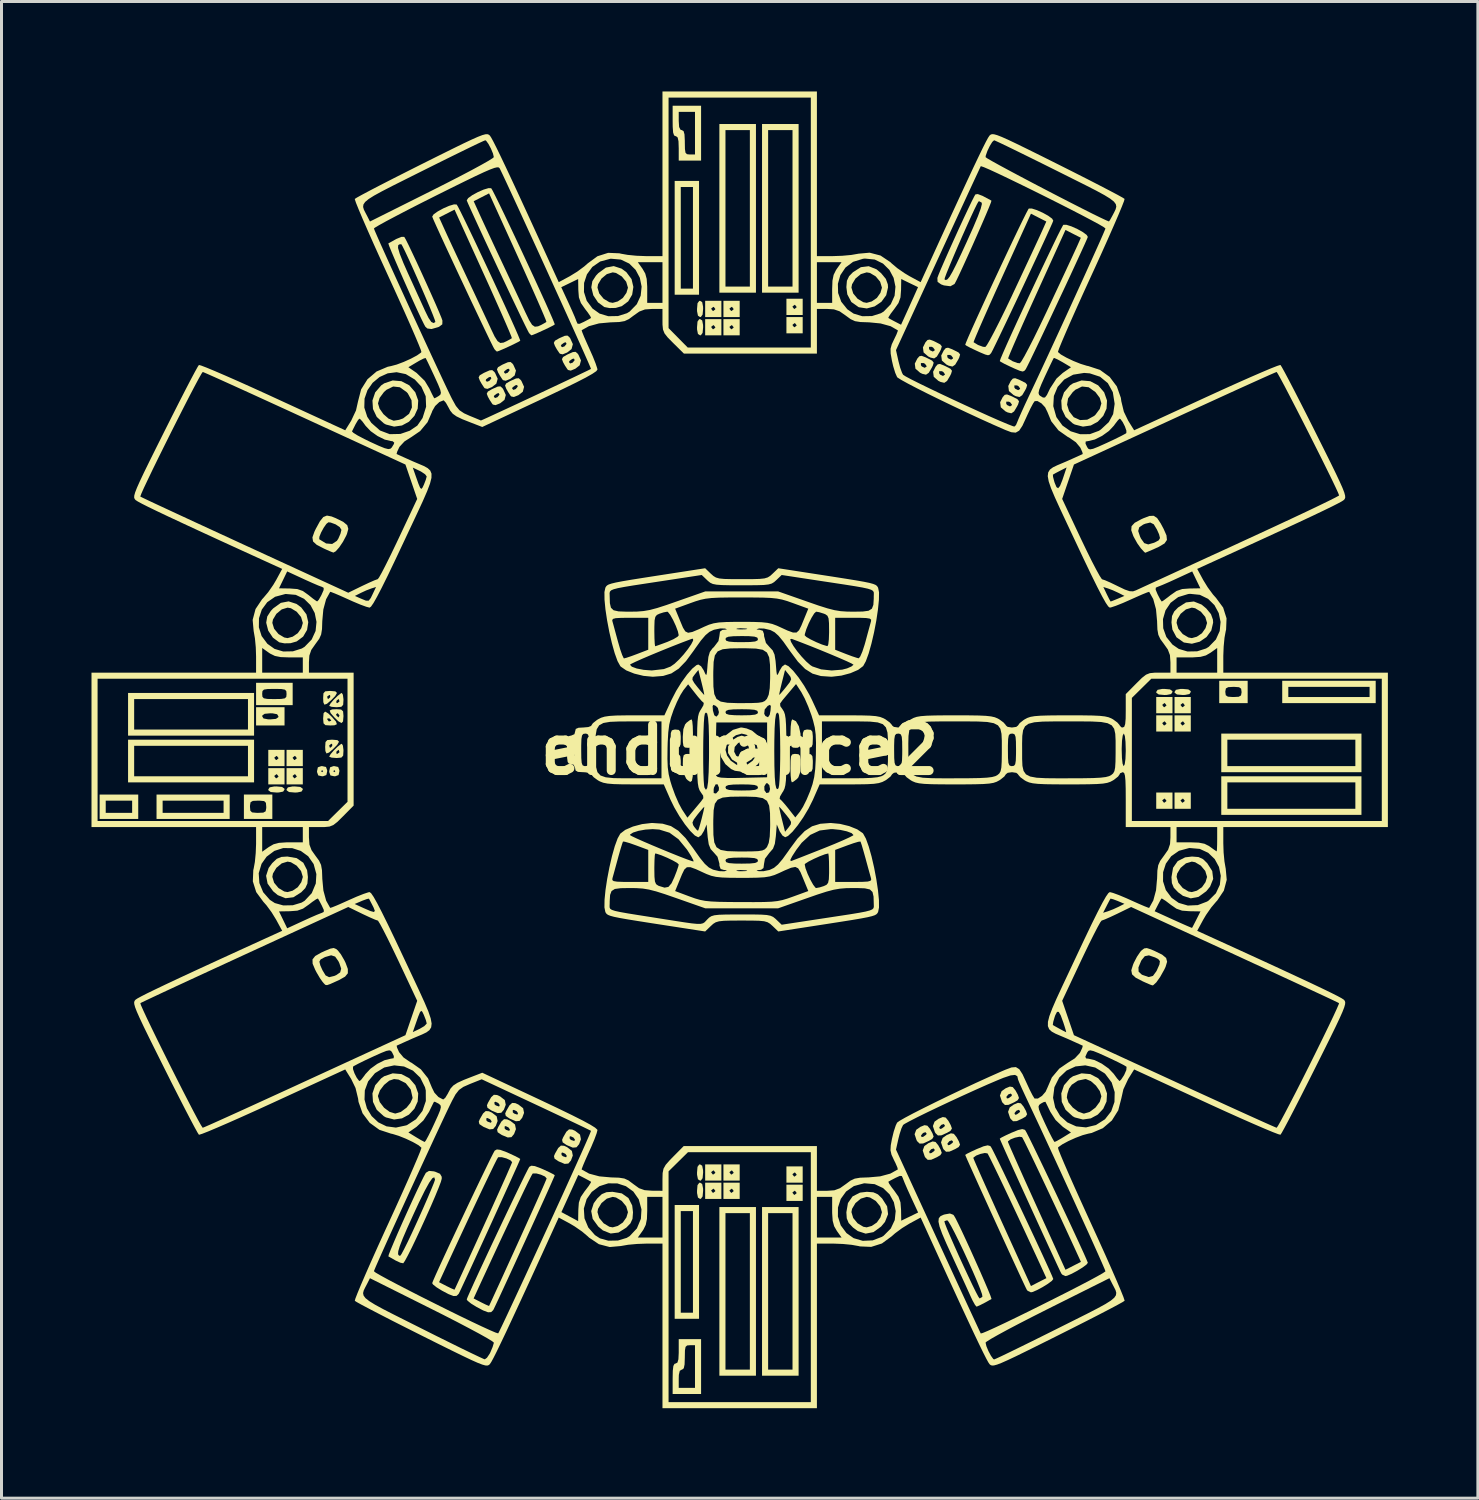
<source format=kicad_pcb>
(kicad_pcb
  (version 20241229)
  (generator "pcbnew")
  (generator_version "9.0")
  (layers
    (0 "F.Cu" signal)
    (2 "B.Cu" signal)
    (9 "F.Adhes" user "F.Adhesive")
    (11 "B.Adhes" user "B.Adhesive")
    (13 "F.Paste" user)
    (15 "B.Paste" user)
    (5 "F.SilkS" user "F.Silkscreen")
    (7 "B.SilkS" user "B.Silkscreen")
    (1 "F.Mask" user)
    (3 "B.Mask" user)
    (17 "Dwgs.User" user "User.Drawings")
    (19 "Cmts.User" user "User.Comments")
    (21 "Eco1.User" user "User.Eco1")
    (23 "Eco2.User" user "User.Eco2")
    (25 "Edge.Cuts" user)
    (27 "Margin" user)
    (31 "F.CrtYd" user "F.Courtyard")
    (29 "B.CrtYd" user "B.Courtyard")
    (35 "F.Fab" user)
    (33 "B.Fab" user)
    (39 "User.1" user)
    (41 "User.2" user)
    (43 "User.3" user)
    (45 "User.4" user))
  (footprint "endurance2"
    (layer "F.Cu")
    (at 21.607 21.946)
    (property "Reference" "endurance2" (at 0 0 0) (layer "F.SilkS") (effects (font (size 1.524 1.524) (thickness 0.3))))
    (attr board_only exclude_from_pos_files exclude_from_bom)
    (fp_poly (pts (xy -20.049 2.303) (xy -21.336 2.303) (xy -21.336 2.1) (xy -21.133 2.1) (xy -20.252 2.1) (xy -20.252 1.693) (xy -21.133 1.693) (xy -21.133 2.1) (xy -21.336 2.1) (xy -21.336 1.49) (xy -20.049 1.49)) (stroke (width 0) (type solid)) (fill yes) (layer "F.SilkS"))
    (fp_poly (pts (xy -17.001 2.303) (xy -19.439 2.303) (xy -19.439 2.1) (xy -19.236 2.1) (xy -17.204 2.1) (xy -17.204 1.693) (xy -19.236 1.693) (xy -19.236 2.1) (xy -19.439 2.1) (xy -19.439 1.49) (xy -17.001 1.49)) (stroke (width 0) (type solid)) (fill yes) (layer "F.SilkS"))
    (fp_poly (pts (xy -16.188 -0.474) (xy -20.388 -0.474) (xy -20.388 -0.677) (xy -20.185 -0.677) (xy -16.391 -0.677) (xy -16.391 -1.693) (xy -20.185 -1.693) (xy -20.185 -0.677) (xy -20.388 -0.677) (xy -20.388 -1.897) (xy -16.188 -1.897)) (stroke (width 0) (type solid)) (fill yes) (layer "F.SilkS"))
    (fp_poly (pts (xy -16.188 1.084) (xy -20.388 1.084) (xy -20.388 0.881) (xy -20.185 0.881) (xy -16.391 0.881) (xy -16.391 -0.135) (xy -20.185 -0.135) (xy -20.185 0.881) (xy -20.388 0.881) (xy -20.388 -0.339) (xy -16.188 -0.339)) (stroke (width 0) (type solid)) (fill yes) (layer "F.SilkS"))
    (fp_poly (pts (xy -1.355 -15.172) (xy -2.167 -15.172) (xy -2.167 -15.375) (xy -1.964 -15.375) (xy -1.558 -15.375) (xy -1.558 -18.762) (xy -1.964 -18.762) (xy -1.964 -15.375) (xy -2.167 -15.375) (xy -2.167 -18.965) (xy -1.355 -18.965)) (stroke (width 0) (type solid)) (fill yes) (layer "F.SilkS"))
    (fp_poly (pts (xy -1.355 18.965) (xy -2.167 18.965) (xy -2.167 18.762) (xy -1.964 18.762) (xy -1.558 18.762) (xy -1.558 15.375) (xy -1.964 15.375) (xy -1.964 18.762) (xy -2.167 18.762) (xy -2.167 15.172) (xy -1.355 15.172)) (stroke (width 0) (type solid)) (fill yes) (layer "F.SilkS"))
    (fp_poly (pts (xy 0.542 -15.24) (xy -0.677 -15.24) (xy -0.677 -15.443) (xy -0.474 -15.443) (xy 0.339 -15.443) (xy 0.339 -20.659) (xy -0.474 -20.659) (xy -0.474 -15.443) (xy -0.677 -15.443) (xy -0.677 -20.862) (xy 0.542 -20.862)) (stroke (width 0) (type solid)) (fill yes) (layer "F.SilkS"))
    (fp_poly (pts (xy 0.542 20.862) (xy -0.677 20.862) (xy -0.677 20.659) (xy -0.474 20.659) (xy 0.339 20.659) (xy 0.339 15.443) (xy -0.474 15.443) (xy -0.474 20.659) (xy -0.677 20.659) (xy -0.677 15.24) (xy 0.542 15.24)) (stroke (width 0) (type solid)) (fill yes) (layer "F.SilkS"))
    (fp_poly (pts (xy 1.964 -15.24) (xy 0.745 -15.24) (xy 0.745 -15.443) (xy 0.948 -15.443) (xy 1.761 -15.443) (xy 1.761 -20.659) (xy 0.948 -20.659) (xy 0.948 -15.443) (xy 0.745 -15.443) (xy 0.745 -20.862) (xy 1.964 -20.862)) (stroke (width 0) (type solid)) (fill yes) (layer "F.SilkS"))
    (fp_poly (pts (xy 1.964 20.862) (xy 0.745 20.862) (xy 0.745 20.659) (xy 0.948 20.659) (xy 1.761 20.659) (xy 1.761 15.443) (xy 0.948 15.443) (xy 0.948 20.659) (xy 0.745 20.659) (xy 0.745 15.24) (xy 1.964 15.24)) (stroke (width 0) (type solid)) (fill yes) (layer "F.SilkS"))
    (fp_poly (pts (xy 20.726 0.745) (xy 16.053 0.745) (xy 16.053 0.542) (xy 16.256 0.542) (xy 20.523 0.542) (xy 20.523 -0.339) (xy 16.256 -0.339) (xy 16.256 0.542) (xy 16.053 0.542) (xy 16.053 -0.542) (xy 20.726 -0.542)) (stroke (width 0) (type solid)) (fill yes) (layer "F.SilkS"))
    (fp_poly (pts (xy 20.726 2.167) (xy 16.053 2.167) (xy 16.053 1.964) (xy 16.256 1.964) (xy 20.523 1.964) (xy 20.523 1.084) (xy 16.256 1.084) (xy 16.256 1.964) (xy 16.053 1.964) (xy 16.053 0.881) (xy 20.726 0.881)) (stroke (width 0) (type solid)) (fill yes) (layer "F.SilkS"))
    (fp_poly (pts (xy 21.201 -1.558) (xy 18.085 -1.558) (xy 18.085 -1.761) (xy 18.288 -1.761) (xy 20.997 -1.761) (xy 20.997 -2.1) (xy 18.288 -2.1) (xy 18.288 -1.761) (xy 18.085 -1.761) (xy 18.085 -2.303) (xy 21.201 -2.303)) (stroke (width 0) (type solid)) (fill yes) (layer "F.SilkS"))
    (fp_poly (pts (xy -15.255 1.236) (xy -15.177 1.292) (xy -15.172 1.321) (xy -15.217 1.391) (xy -15.365 1.421) (xy -15.443 1.422) (xy -15.632 1.406) (xy -15.709 1.35) (xy -15.714 1.321) (xy -15.669 1.25) (xy -15.521 1.221) (xy -15.443 1.219)) (stroke (width 0) (type solid)) (fill yes) (layer "F.SilkS"))
    (fp_poly (pts (xy -14.645 1.236) (xy -14.568 1.292) (xy -14.563 1.321) (xy -14.607 1.391) (xy -14.756 1.421) (xy -14.834 1.422) (xy -15.022 1.406) (xy -15.1 1.35) (xy -15.105 1.321) (xy -15.06 1.25) (xy -14.911 1.221) (xy -14.834 1.219)) (stroke (width 0) (type solid)) (fill yes) (layer "F.SilkS"))
    (fp_poly (pts (xy -1.25 -14.924) (xy -1.221 -14.776) (xy -1.219 -14.698) (xy -1.236 -14.51) (xy -1.292 -14.432) (xy -1.321 -14.427) (xy -1.391 -14.472) (xy -1.421 -14.62) (xy -1.422 -14.698) (xy -1.406 -14.887) (xy -1.35 -14.964) (xy -1.321 -14.969)) (stroke (width 0) (type solid)) (fill yes) (layer "F.SilkS"))
    (fp_poly (pts (xy -1.25 -14.315) (xy -1.221 -14.166) (xy -1.219 -14.089) (xy -1.236 -13.9) (xy -1.292 -13.823) (xy -1.321 -13.818) (xy -1.391 -13.862) (xy -1.421 -14.011) (xy -1.422 -14.089) (xy -1.406 -14.277) (xy -1.35 -14.355) (xy -1.321 -14.359)) (stroke (width 0) (type solid)) (fill yes) (layer "F.SilkS"))
    (fp_poly (pts (xy -1.25 13.862) (xy -1.221 14.011) (xy -1.219 14.089) (xy -1.236 14.277) (xy -1.292 14.355) (xy -1.321 14.359) (xy -1.391 14.315) (xy -1.421 14.166) (xy -1.422 14.089) (xy -1.406 13.9) (xy -1.35 13.823) (xy -1.321 13.818)) (stroke (width 0) (type solid)) (fill yes) (layer "F.SilkS"))
    (fp_poly (pts (xy -1.25 14.472) (xy -1.221 14.62) (xy -1.219 14.698) (xy -1.236 14.887) (xy -1.292 14.964) (xy -1.321 14.969) (xy -1.391 14.924) (xy -1.421 14.776) (xy -1.422 14.698) (xy -1.406 14.51) (xy -1.35 14.432) (xy -1.321 14.427)) (stroke (width 0) (type solid)) (fill yes) (layer "F.SilkS"))
    (fp_poly (pts (xy 14.345 -2.015) (xy 14.422 -1.96) (xy 14.427 -1.93) (xy 14.382 -1.86) (xy 14.234 -1.831) (xy 14.156 -1.829) (xy 13.968 -1.846) (xy 13.89 -1.901) (xy 13.885 -1.93) (xy 13.93 -2.001) (xy 14.078 -2.03) (xy 14.156 -2.032)) (stroke (width 0) (type solid)) (fill yes) (layer "F.SilkS"))
    (fp_poly (pts (xy 14.954 -2.015) (xy 15.032 -1.96) (xy 15.037 -1.93) (xy 14.992 -1.86) (xy 14.844 -1.831) (xy 14.766 -1.829) (xy 14.577 -1.846) (xy 14.5 -1.901) (xy 14.495 -1.93) (xy 14.54 -2.001) (xy 14.688 -2.03) (xy 14.766 -2.032)) (stroke (width 0) (type solid)) (fill yes) (layer "F.SilkS"))
    (fp_poly (pts (xy -15.172 0.542) (xy -15.714 0.542) (xy -15.714 0.271) (xy -15.511 0.271) (xy -15.459 0.337) (xy -15.443 0.339) (xy -15.377 0.287) (xy -15.375 0.271) (xy -15.427 0.205) (xy -15.443 0.203) (xy -15.509 0.255) (xy -15.511 0.271) (xy -15.714 0.271) (xy -15.714 0) (xy -15.172 0)) (stroke (width 0) (type solid)) (fill yes) (layer "F.SilkS"))
    (fp_poly (pts (xy -15.172 1.151) (xy -15.714 1.151) (xy -15.714 0.881) (xy -15.511 0.881) (xy -15.459 0.946) (xy -15.443 0.948) (xy -15.377 0.897) (xy -15.375 0.881) (xy -15.427 0.815) (xy -15.443 0.813) (xy -15.509 0.864) (xy -15.511 0.881) (xy -15.714 0.881) (xy -15.714 0.61) (xy -15.172 0.61)) (stroke (width 0) (type solid)) (fill yes) (layer "F.SilkS"))
    (fp_poly (pts (xy -14.563 0.542) (xy -15.105 0.542) (xy -15.105 0.271) (xy -14.901 0.271) (xy -14.85 0.337) (xy -14.834 0.339) (xy -14.768 0.287) (xy -14.766 0.271) (xy -14.817 0.205) (xy -14.834 0.203) (xy -14.899 0.255) (xy -14.901 0.271) (xy -15.105 0.271) (xy -15.105 0) (xy -14.563 0)) (stroke (width 0) (type solid)) (fill yes) (layer "F.SilkS"))
    (fp_poly (pts (xy -14.563 1.151) (xy -15.105 1.151) (xy -15.105 0.881) (xy -14.901 0.881) (xy -14.85 0.946) (xy -14.834 0.948) (xy -14.768 0.897) (xy -14.766 0.881) (xy -14.817 0.815) (xy -14.834 0.813) (xy -14.899 0.864) (xy -14.901 0.881) (xy -15.105 0.881) (xy -15.105 0.61) (xy -14.563 0.61)) (stroke (width 0) (type solid)) (fill yes) (layer "F.SilkS"))
    (fp_poly (pts (xy -0.61 -14.427) (xy -1.151 -14.427) (xy -1.151 -14.698) (xy -0.948 -14.698) (xy -0.897 -14.632) (xy -0.881 -14.63) (xy -0.815 -14.682) (xy -0.813 -14.698) (xy -0.864 -14.764) (xy -0.881 -14.766) (xy -0.946 -14.714) (xy -0.948 -14.698) (xy -1.151 -14.698) (xy -1.151 -14.969) (xy -0.61 -14.969)) (stroke (width 0) (type solid)) (fill yes) (layer "F.SilkS"))
    (fp_poly (pts (xy -0.61 -13.818) (xy -1.151 -13.818) (xy -1.151 -14.089) (xy -0.948 -14.089) (xy -0.897 -14.023) (xy -0.881 -14.021) (xy -0.815 -14.072) (xy -0.813 -14.089) (xy -0.864 -14.154) (xy -0.881 -14.156) (xy -0.946 -14.105) (xy -0.948 -14.089) (xy -1.151 -14.089) (xy -1.151 -14.359) (xy -0.61 -14.359)) (stroke (width 0) (type solid)) (fill yes) (layer "F.SilkS"))
    (fp_poly (pts (xy -0.61 14.359) (xy -1.151 14.359) (xy -1.151 14.089) (xy -0.948 14.089) (xy -0.897 14.154) (xy -0.881 14.156) (xy -0.815 14.105) (xy -0.813 14.089) (xy -0.864 14.023) (xy -0.881 14.021) (xy -0.946 14.072) (xy -0.948 14.089) (xy -1.151 14.089) (xy -1.151 13.818) (xy -0.61 13.818)) (stroke (width 0) (type solid)) (fill yes) (layer "F.SilkS"))
    (fp_poly (pts (xy -0.61 14.969) (xy -1.151 14.969) (xy -1.151 14.698) (xy -0.948 14.698) (xy -0.897 14.764) (xy -0.881 14.766) (xy -0.815 14.714) (xy -0.813 14.698) (xy -0.864 14.632) (xy -0.881 14.63) (xy -0.946 14.682) (xy -0.948 14.698) (xy -1.151 14.698) (xy -1.151 14.427) (xy -0.61 14.427)) (stroke (width 0) (type solid)) (fill yes) (layer "F.SilkS"))
    (fp_poly (pts (xy 0 -14.427) (xy -0.542 -14.427) (xy -0.542 -14.698) (xy -0.339 -14.698) (xy -0.287 -14.632) (xy -0.271 -14.63) (xy -0.205 -14.682) (xy -0.203 -14.698) (xy -0.255 -14.764) (xy -0.271 -14.766) (xy -0.337 -14.714) (xy -0.339 -14.698) (xy -0.542 -14.698) (xy -0.542 -14.969) (xy 0 -14.969)) (stroke (width 0) (type solid)) (fill yes) (layer "F.SilkS"))
    (fp_poly (pts (xy 0 -13.818) (xy -0.542 -13.818) (xy -0.542 -14.089) (xy -0.339 -14.089) (xy -0.287 -14.023) (xy -0.271 -14.021) (xy -0.205 -14.072) (xy -0.203 -14.089) (xy -0.255 -14.154) (xy -0.271 -14.156) (xy -0.337 -14.105) (xy -0.339 -14.089) (xy -0.542 -14.089) (xy -0.542 -14.359) (xy 0 -14.359)) (stroke (width 0) (type solid)) (fill yes) (layer "F.SilkS"))
    (fp_poly (pts (xy 0 14.359) (xy -0.542 14.359) (xy -0.542 14.089) (xy -0.339 14.089) (xy -0.287 14.154) (xy -0.271 14.156) (xy -0.205 14.105) (xy -0.203 14.089) (xy -0.255 14.023) (xy -0.271 14.021) (xy -0.337 14.072) (xy -0.339 14.089) (xy -0.542 14.089) (xy -0.542 13.818) (xy 0 13.818)) (stroke (width 0) (type solid)) (fill yes) (layer "F.SilkS"))
    (fp_poly (pts (xy 0 14.969) (xy -0.542 14.969) (xy -0.542 14.698) (xy -0.339 14.698) (xy -0.287 14.764) (xy -0.271 14.766) (xy -0.205 14.714) (xy -0.203 14.698) (xy -0.255 14.632) (xy -0.271 14.63) (xy -0.337 14.682) (xy -0.339 14.698) (xy -0.542 14.698) (xy -0.542 14.427) (xy 0 14.427)) (stroke (width 0) (type solid)) (fill yes) (layer "F.SilkS"))
    (fp_poly (pts (xy 2.1 -14.495) (xy 1.558 -14.495) (xy 1.558 -14.766) (xy 1.761 -14.766) (xy 1.813 -14.7) (xy 1.829 -14.698) (xy 1.895 -14.75) (xy 1.897 -14.766) (xy 1.845 -14.832) (xy 1.829 -14.834) (xy 1.763 -14.782) (xy 1.761 -14.766) (xy 1.558 -14.766) (xy 1.558 -15.037) (xy 2.1 -15.037)) (stroke (width 0) (type solid)) (fill yes) (layer "F.SilkS"))
    (fp_poly (pts (xy 2.1 -13.885) (xy 1.558 -13.885) (xy 1.558 -14.156) (xy 1.761 -14.156) (xy 1.813 -14.091) (xy 1.829 -14.089) (xy 1.895 -14.14) (xy 1.897 -14.156) (xy 1.845 -14.222) (xy 1.829 -14.224) (xy 1.763 -14.172) (xy 1.761 -14.156) (xy 1.558 -14.156) (xy 1.558 -14.427) (xy 2.1 -14.427)) (stroke (width 0) (type solid)) (fill yes) (layer "F.SilkS"))
    (fp_poly (pts (xy 2.1 14.427) (xy 1.558 14.427) (xy 1.558 14.156) (xy 1.761 14.156) (xy 1.813 14.222) (xy 1.829 14.224) (xy 1.895 14.172) (xy 1.897 14.156) (xy 1.845 14.091) (xy 1.829 14.089) (xy 1.763 14.14) (xy 1.761 14.156) (xy 1.558 14.156) (xy 1.558 13.885) (xy 2.1 13.885)) (stroke (width 0) (type solid)) (fill yes) (layer "F.SilkS"))
    (fp_poly (pts (xy 2.1 15.037) (xy 1.558 15.037) (xy 1.558 14.766) (xy 1.761 14.766) (xy 1.813 14.832) (xy 1.829 14.834) (xy 1.895 14.782) (xy 1.897 14.766) (xy 1.845 14.7) (xy 1.829 14.698) (xy 1.763 14.75) (xy 1.761 14.766) (xy 1.558 14.766) (xy 1.558 14.495) (xy 2.1 14.495)) (stroke (width 0) (type solid)) (fill yes) (layer "F.SilkS"))
    (fp_poly (pts (xy 14.427 -1.219) (xy 13.885 -1.219) (xy 13.885 -1.49) (xy 14.089 -1.49) (xy 14.14 -1.424) (xy 14.156 -1.422) (xy 14.222 -1.474) (xy 14.224 -1.49) (xy 14.172 -1.556) (xy 14.156 -1.558) (xy 14.091 -1.506) (xy 14.089 -1.49) (xy 13.885 -1.49) (xy 13.885 -1.761) (xy 14.427 -1.761)) (stroke (width 0) (type solid)) (fill yes) (layer "F.SilkS"))
    (fp_poly (pts (xy 14.427 -0.61) (xy 13.885 -0.61) (xy 13.885 -0.881) (xy 14.089 -0.881) (xy 14.14 -0.815) (xy 14.156 -0.813) (xy 14.222 -0.864) (xy 14.224 -0.881) (xy 14.172 -0.946) (xy 14.156 -0.948) (xy 14.091 -0.897) (xy 14.089 -0.881) (xy 13.885 -0.881) (xy 13.885 -1.151) (xy 14.427 -1.151)) (stroke (width 0) (type solid)) (fill yes) (layer "F.SilkS"))
    (fp_poly (pts (xy 14.427 1.964) (xy 13.885 1.964) (xy 13.885 1.693) (xy 14.089 1.693) (xy 14.14 1.759) (xy 14.156 1.761) (xy 14.222 1.71) (xy 14.224 1.693) (xy 14.172 1.628) (xy 14.156 1.626) (xy 14.091 1.677) (xy 14.089 1.693) (xy 13.885 1.693) (xy 13.885 1.422) (xy 14.427 1.422)) (stroke (width 0) (type solid)) (fill yes) (layer "F.SilkS"))
    (fp_poly (pts (xy 15.037 -1.219) (xy 14.495 -1.219) (xy 14.495 -1.49) (xy 14.698 -1.49) (xy 14.75 -1.424) (xy 14.766 -1.422) (xy 14.832 -1.474) (xy 14.834 -1.49) (xy 14.782 -1.556) (xy 14.766 -1.558) (xy 14.7 -1.506) (xy 14.698 -1.49) (xy 14.495 -1.49) (xy 14.495 -1.761) (xy 15.037 -1.761)) (stroke (width 0) (type solid)) (fill yes) (layer "F.SilkS"))
    (fp_poly (pts (xy 15.037 -0.61) (xy 14.495 -0.61) (xy 14.495 -0.881) (xy 14.698 -0.881) (xy 14.75 -0.815) (xy 14.766 -0.813) (xy 14.832 -0.864) (xy 14.834 -0.881) (xy 14.782 -0.946) (xy 14.766 -0.948) (xy 14.7 -0.897) (xy 14.698 -0.881) (xy 14.495 -0.881) (xy 14.495 -1.151) (xy 15.037 -1.151)) (stroke (width 0) (type solid)) (fill yes) (layer "F.SilkS"))
    (fp_poly (pts (xy 15.037 1.964) (xy 14.495 1.964) (xy 14.495 1.693) (xy 14.698 1.693) (xy 14.75 1.759) (xy 14.766 1.761) (xy 14.832 1.71) (xy 14.834 1.693) (xy 14.782 1.628) (xy 14.766 1.626) (xy 14.7 1.677) (xy 14.698 1.693) (xy 14.495 1.693) (xy 14.495 1.422) (xy 15.037 1.422)) (stroke (width 0) (type solid)) (fill yes) (layer "F.SilkS"))
    (fp_poly (pts (xy -2.029 -0.665) (xy -1.98 -0.603) (xy -1.965 -0.455) (xy -1.964 -0.373) (xy -1.971 -0.184) (xy -2.006 -0.095) (xy -2.088 -0.069) (xy -2.134 -0.068) (xy -2.238 -0.08) (xy -2.288 -0.142) (xy -2.302 -0.29) (xy -2.303 -0.373) (xy -2.296 -0.561) (xy -2.261 -0.65) (xy -2.179 -0.676) (xy -2.134 -0.677)) (stroke (width 0) (type solid)) (fill yes) (layer "F.SilkS"))
    (fp_poly (pts (xy -2.029 0.148) (xy -1.98 0.21) (xy -1.965 0.358) (xy -1.964 0.44) (xy -1.971 0.628) (xy -2.006 0.717) (xy -2.088 0.744) (xy -2.134 0.745) (xy -2.238 0.732) (xy -2.288 0.67) (xy -2.302 0.522) (xy -2.303 0.44) (xy -2.296 0.252) (xy -2.261 0.163) (xy -2.179 0.137) (xy -2.134 0.135)) (stroke (width 0) (type solid)) (fill yes) (layer "F.SilkS"))
    (fp_poly (pts (xy -1.639 0.142) (xy -1.588 0.183) (xy -1.565 0.287) (xy -1.558 0.483) (xy -1.558 0.61) (xy -1.565 0.882) (xy -1.593 1.032) (xy -1.648 1.07) (xy -1.738 1.008) (xy -1.784 0.96) (xy -1.869 0.775) (xy -1.897 0.486) (xy -1.891 0.28) (xy -1.865 0.176) (xy -1.801 0.14) (xy -1.727 0.135)) (stroke (width 0) (type solid)) (fill yes) (layer "F.SilkS"))
    (fp_poly (pts (xy 2.374 -0.665) (xy 2.423 -0.603) (xy 2.438 -0.455) (xy 2.438 -0.373) (xy 2.431 -0.184) (xy 2.397 -0.095) (xy 2.315 -0.069) (xy 2.269 -0.068) (xy 2.165 -0.08) (xy 2.115 -0.142) (xy 2.1 -0.29) (xy 2.1 -0.373) (xy 2.107 -0.561) (xy 2.141 -0.65) (xy 2.223 -0.676) (xy 2.269 -0.677)) (stroke (width 0) (type solid)) (fill yes) (layer "F.SilkS"))
    (fp_poly (pts (xy 2.374 0.148) (xy 2.423 0.21) (xy 2.438 0.358) (xy 2.438 0.44) (xy 2.431 0.628) (xy 2.397 0.717) (xy 2.315 0.744) (xy 2.269 0.745) (xy 2.165 0.732) (xy 2.115 0.67) (xy 2.1 0.522) (xy 2.1 0.44) (xy 2.107 0.252) (xy 2.141 0.163) (xy 2.223 0.137) (xy 2.269 0.135)) (stroke (width 0) (type solid)) (fill yes) (layer "F.SilkS"))
    (fp_poly (pts (xy 1.876 -0.954) (xy 1.973 -0.786) (xy 2.026 -0.543) (xy 2.032 -0.418) (xy 2.027 -0.213) (xy 2.001 -0.109) (xy 1.937 -0.072) (xy 1.863 -0.068) (xy 1.774 -0.075) (xy 1.724 -0.115) (xy 1.7 -0.219) (xy 1.694 -0.415) (xy 1.693 -0.542) (xy 1.701 -0.776) (xy 1.721 -0.945) (xy 1.748 -1.016) (xy 1.751 -1.016)) (stroke (width 0) (type solid)) (fill yes) (layer "F.SilkS"))
    (fp_poly (pts (xy -13.79 0.57) (xy -13.751 0.68) (xy -13.75 0.711) (xy -13.778 0.84) (xy -13.888 0.88) (xy -13.919 0.881) (xy -14.048 0.853) (xy -14.088 0.742) (xy -14.089 0.711) (xy -13.953 0.711) (xy -13.919 0.745) (xy -13.885 0.711) (xy -13.919 0.677) (xy -13.953 0.711) (xy -14.089 0.711) (xy -14.061 0.582) (xy -13.95 0.543) (xy -13.919 0.542)) (stroke (width 0) (type solid)) (fill yes) (layer "F.SilkS"))
    (fp_poly (pts (xy -13.384 0.57) (xy -13.344 0.68) (xy -13.343 0.711) (xy -13.371 0.84) (xy -13.482 0.88) (xy -13.513 0.881) (xy -13.642 0.853) (xy -13.681 0.742) (xy -13.682 0.711) (xy -13.547 0.711) (xy -13.513 0.745) (xy -13.479 0.711) (xy -13.513 0.677) (xy -13.547 0.711) (xy -13.682 0.711) (xy -13.654 0.582) (xy -13.544 0.543) (xy -13.513 0.542)) (stroke (width 0) (type solid)) (fill yes) (layer "F.SilkS"))
    (fp_poly (pts (xy -1.581 -0.954) (xy -1.565 -0.791) (xy -1.558 -0.561) (xy -1.558 -0.542) (xy -1.56 -0.294) (xy -1.575 -0.152) (xy -1.612 -0.087) (xy -1.682 -0.069) (xy -1.727 -0.068) (xy -1.825 -0.078) (xy -1.876 -0.13) (xy -1.894 -0.259) (xy -1.897 -0.43) (xy -1.879 -0.687) (xy -1.82 -0.848) (xy -1.773 -0.904) (xy -1.661 -0.99) (xy -1.603 -1.016)) (stroke (width 0) (type solid)) (fill yes) (layer "F.SilkS"))
    (fp_poly (pts (xy 1.961 0.146) (xy 2.011 0.198) (xy 2.03 0.327) (xy 2.032 0.498) (xy 2.014 0.755) (xy 1.956 0.916) (xy 1.908 0.972) (xy 1.796 1.058) (xy 1.739 1.084) (xy 1.716 1.022) (xy 1.7 0.859) (xy 1.693 0.628) (xy 1.693 0.61) (xy 1.696 0.362) (xy 1.71 0.22) (xy 1.747 0.155) (xy 1.818 0.136) (xy 1.863 0.135)) (stroke (width 0) (type solid)) (fill yes) (layer "F.SilkS"))
    (fp_poly (pts (xy -15.172 -0.813) (xy -16.121 -0.813) (xy -16.121 -1.118) (xy -15.917 -1.118) (xy -15.873 -1.047) (xy -15.724 -1.018) (xy -15.646 -1.016) (xy -15.458 -1.033) (xy -15.38 -1.088) (xy -15.375 -1.118) (xy -15.42 -1.188) (xy -15.569 -1.217) (xy -15.646 -1.219) (xy -15.835 -1.202) (xy -15.912 -1.147) (xy -15.917 -1.118) (xy -16.121 -1.118) (xy -16.121 -1.422) (xy -15.172 -1.422)) (stroke (width 0) (type solid)) (fill yes) (layer "F.SilkS"))
    (fp_poly (pts (xy -15.579 2.303) (xy -16.527 2.303) (xy -16.527 1.897) (xy -16.324 1.897) (xy -16.313 2.027) (xy -16.255 2.085) (xy -16.111 2.099) (xy -16.053 2.1) (xy -15.879 2.092) (xy -15.802 2.048) (xy -15.782 1.94) (xy -15.782 1.897) (xy -15.793 1.766) (xy -15.851 1.708) (xy -15.995 1.694) (xy -16.053 1.693) (xy -16.227 1.701) (xy -16.304 1.745) (xy -16.323 1.853) (xy -16.324 1.897) (xy -16.527 1.897) (xy -16.527 1.49) (xy -15.579 1.49)) (stroke (width 0) (type solid)) (fill yes) (layer "F.SilkS"))
    (fp_poly (pts (xy -13.714 -1.214) (xy -13.593 -1.097) (xy -13.457 -0.942) (xy -13.427 -0.855) (xy -13.507 -0.819) (xy -13.648 -0.813) (xy -13.807 -0.823) (xy -13.872 -0.882) (xy -13.884 -1.02) (xy -13.75 -1.02) (xy -13.701 -0.951) (xy -13.682 -0.948) (xy -13.616 -0.971) (xy -13.614 -0.978) (xy -13.662 -1.036) (xy -13.682 -1.05) (xy -13.745 -1.044) (xy -13.75 -1.02) (xy -13.884 -1.02) (xy -13.885 -1.032) (xy -13.885 -1.05) (xy -13.871 -1.221) (xy -13.819 -1.275)) (stroke (width 0) (type solid)) (fill yes) (layer "F.SilkS"))
    (fp_poly (pts (xy -13.478 -1.95) (xy -13.424 -1.898) (xy -13.484 -1.793) (xy -13.601 -1.672) (xy -13.757 -1.536) (xy -13.843 -1.506) (xy -13.879 -1.586) (xy -13.885 -1.727) (xy -13.883 -1.761) (xy -13.75 -1.761) (xy -13.727 -1.695) (xy -13.72 -1.693) (xy -13.662 -1.741) (xy -13.648 -1.761) (xy -13.654 -1.823) (xy -13.678 -1.829) (xy -13.747 -1.78) (xy -13.75 -1.761) (xy -13.883 -1.761) (xy -13.875 -1.886) (xy -13.816 -1.951) (xy -13.666 -1.964) (xy -13.648 -1.964)) (stroke (width 0) (type solid)) (fill yes) (layer "F.SilkS"))
    (fp_poly (pts (xy -13.41 -0.325) (xy -13.356 -0.272) (xy -13.416 -0.167) (xy -13.533 -0.047) (xy -13.689 0.09) (xy -13.775 0.12) (xy -13.811 0.039) (xy -13.818 -0.102) (xy -13.815 -0.135) (xy -13.682 -0.135) (xy -13.659 -0.069) (xy -13.652 -0.068) (xy -13.594 -0.115) (xy -13.581 -0.135) (xy -13.586 -0.198) (xy -13.61 -0.203) (xy -13.679 -0.154) (xy -13.682 -0.135) (xy -13.815 -0.135) (xy -13.807 -0.26) (xy -13.748 -0.326) (xy -13.599 -0.339) (xy -13.581 -0.339)) (stroke (width 0) (type solid)) (fill yes) (layer "F.SilkS"))
    (fp_poly (pts (xy -13.286 -1.344) (xy -13.221 -1.285) (xy -13.208 -1.136) (xy -13.208 -1.118) (xy -13.222 -0.947) (xy -13.274 -0.893) (xy -13.379 -0.953) (xy -13.5 -1.071) (xy -13.594 -1.178) (xy -13.456 -1.178) (xy -13.445 -1.151) (xy -13.384 -1.087) (xy -13.373 -1.084) (xy -13.344 -1.136) (xy -13.343 -1.151) (xy -13.396 -1.217) (xy -13.415 -1.219) (xy -13.456 -1.178) (xy -13.594 -1.178) (xy -13.636 -1.226) (xy -13.666 -1.312) (xy -13.586 -1.348) (xy -13.445 -1.355)) (stroke (width 0) (type solid)) (fill yes) (layer "F.SilkS"))
    (fp_poly (pts (xy 16.933 -1.558) (xy 15.985 -1.558) (xy 15.985 -1.93) (xy 16.188 -1.93) (xy 16.203 -1.821) (xy 16.273 -1.773) (xy 16.436 -1.761) (xy 16.459 -1.761) (xy 16.634 -1.77) (xy 16.711 -1.814) (xy 16.73 -1.916) (xy 16.73 -1.93) (xy 16.715 -2.039) (xy 16.646 -2.088) (xy 16.483 -2.1) (xy 16.459 -2.1) (xy 16.285 -2.09) (xy 16.207 -2.047) (xy 16.188 -1.945) (xy 16.188 -1.93) (xy 15.985 -1.93) (xy 15.985 -2.303) (xy 16.933 -2.303)) (stroke (width 0) (type solid)) (fill yes) (layer "F.SilkS"))
    (fp_poly (pts (xy -8.36 12.047) (xy -8.257 12.094) (xy -8.1 12.217) (xy -8.069 12.372) (xy -8.13 12.535) (xy -8.218 12.639) (xy -8.34 12.651) (xy -8.529 12.572) (xy -8.552 12.559) (xy -8.677 12.476) (xy -8.697 12.391) (xy -8.662 12.308) (xy -8.649 12.285) (xy -8.447 12.285) (xy -8.443 12.356) (xy -8.399 12.395) (xy -8.292 12.431) (xy -8.268 12.383) (xy -8.318 12.314) (xy -8.411 12.271) (xy -8.447 12.285) (xy -8.649 12.285) (xy -8.555 12.121) (xy -8.466 12.04)) (stroke (width 0) (type solid)) (fill yes) (layer "F.SilkS"))
    (fp_poly (pts (xy -8.089 11.505) (xy -7.986 11.552) (xy -7.829 11.675) (xy -7.798 11.83) (xy -7.859 11.993) (xy -7.947 12.097) (xy -8.069 12.109) (xy -8.258 12.03) (xy -8.281 12.017) (xy -8.406 11.934) (xy -8.426 11.85) (xy -8.391 11.766) (xy -8.378 11.743) (xy -8.176 11.743) (xy -8.172 11.814) (xy -8.128 11.853) (xy -8.021 11.889) (xy -7.998 11.842) (xy -8.047 11.772) (xy -8.14 11.729) (xy -8.176 11.743) (xy -8.378 11.743) (xy -8.284 11.579) (xy -8.195 11.498)) (stroke (width 0) (type solid)) (fill yes) (layer "F.SilkS"))
    (fp_poly (pts (xy -7.75 12.318) (xy -7.647 12.365) (xy -7.49 12.488) (xy -7.459 12.643) (xy -7.521 12.806) (xy -7.608 12.91) (xy -7.73 12.921) (xy -7.919 12.843) (xy -7.943 12.83) (xy -8.067 12.747) (xy -8.087 12.662) (xy -8.052 12.579) (xy -8.039 12.556) (xy -7.837 12.556) (xy -7.833 12.627) (xy -7.789 12.666) (xy -7.682 12.702) (xy -7.659 12.654) (xy -7.708 12.585) (xy -7.801 12.541) (xy -7.837 12.556) (xy -8.039 12.556) (xy -7.945 12.392) (xy -7.856 12.311)) (stroke (width 0) (type solid)) (fill yes) (layer "F.SilkS"))
    (fp_poly (pts (xy -7.479 11.776) (xy -7.376 11.823) (xy -7.219 11.946) (xy -7.188 12.101) (xy -7.25 12.264) (xy -7.337 12.368) (xy -7.459 12.38) (xy -7.648 12.301) (xy -7.672 12.288) (xy -7.796 12.205) (xy -7.817 12.121) (xy -7.781 12.037) (xy -7.768 12.014) (xy -7.566 12.014) (xy -7.562 12.085) (xy -7.518 12.124) (xy -7.411 12.16) (xy -7.388 12.112) (xy -7.437 12.043) (xy -7.53 12) (xy -7.566 12.014) (xy -7.768 12.014) (xy -7.674 11.85) (xy -7.585 11.769)) (stroke (width 0) (type solid)) (fill yes) (layer "F.SilkS"))
    (fp_poly (pts (xy -5.853 13.198) (xy -5.751 13.245) (xy -5.594 13.368) (xy -5.563 13.523) (xy -5.624 13.687) (xy -5.711 13.79) (xy -5.834 13.802) (xy -6.023 13.723) (xy -6.046 13.711) (xy -6.171 13.627) (xy -6.191 13.543) (xy -6.156 13.459) (xy -6.143 13.436) (xy -5.941 13.436) (xy -5.937 13.507) (xy -5.893 13.547) (xy -5.786 13.582) (xy -5.762 13.535) (xy -5.812 13.465) (xy -5.905 13.422) (xy -5.941 13.436) (xy -6.143 13.436) (xy -6.049 13.272) (xy -5.959 13.191)) (stroke (width 0) (type solid)) (fill yes) (layer "F.SilkS"))
    (fp_poly (pts (xy -5.582 12.657) (xy -5.48 12.704) (xy -5.323 12.826) (xy -5.292 12.981) (xy -5.353 13.145) (xy -5.441 13.249) (xy -5.563 13.26) (xy -5.752 13.181) (xy -5.775 13.169) (xy -5.9 13.085) (xy -5.92 13.001) (xy -5.885 12.917) (xy -5.872 12.894) (xy -5.67 12.894) (xy -5.666 12.965) (xy -5.622 13.005) (xy -5.515 13.041) (xy -5.491 12.993) (xy -5.541 12.924) (xy -5.634 12.88) (xy -5.67 12.894) (xy -5.872 12.894) (xy -5.778 12.73) (xy -5.689 12.65)) (stroke (width 0) (type solid)) (fill yes) (layer "F.SilkS"))
    (fp_poly (pts (xy 6.257 12.528) (xy 6.348 12.639) (xy 6.427 12.782) (xy 6.465 12.893) (xy 6.418 12.969) (xy 6.304 13.036) (xy 6.114 13.121) (xy 5.997 13.125) (xy 5.917 13.047) (xy 5.895 13.009) (xy 5.845 12.857) (xy 6.044 12.857) (xy 6.065 12.908) (xy 6.124 12.896) (xy 6.217 12.827) (xy 6.231 12.789) (xy 6.192 12.744) (xy 6.111 12.772) (xy 6.046 12.851) (xy 6.044 12.857) (xy 5.845 12.857) (xy 5.83 12.812) (xy 5.885 12.665) (xy 6.021 12.568) (xy 6.16 12.511)) (stroke (width 0) (type solid)) (fill yes) (layer "F.SilkS"))
    (fp_poly (pts (xy 6.528 13.07) (xy 6.619 13.181) (xy 6.698 13.324) (xy 6.736 13.435) (xy 6.689 13.511) (xy 6.575 13.578) (xy 6.385 13.663) (xy 6.268 13.667) (xy 6.188 13.588) (xy 6.166 13.551) (xy 6.116 13.399) (xy 6.315 13.399) (xy 6.336 13.45) (xy 6.395 13.438) (xy 6.488 13.369) (xy 6.502 13.331) (xy 6.463 13.286) (xy 6.382 13.314) (xy 6.317 13.393) (xy 6.315 13.399) (xy 6.116 13.399) (xy 6.101 13.354) (xy 6.156 13.207) (xy 6.292 13.11) (xy 6.431 13.053)) (stroke (width 0) (type solid)) (fill yes) (layer "F.SilkS"))
    (fp_poly (pts (xy 6.867 12.257) (xy 6.958 12.368) (xy 7.036 12.511) (xy 7.075 12.622) (xy 7.028 12.698) (xy 6.913 12.765) (xy 6.723 12.85) (xy 6.607 12.854) (xy 6.526 12.776) (xy 6.505 12.738) (xy 6.454 12.586) (xy 6.653 12.586) (xy 6.675 12.637) (xy 6.734 12.625) (xy 6.827 12.556) (xy 6.841 12.518) (xy 6.801 12.473) (xy 6.72 12.501) (xy 6.655 12.58) (xy 6.653 12.586) (xy 6.454 12.586) (xy 6.44 12.541) (xy 6.495 12.394) (xy 6.631 12.297) (xy 6.77 12.24)) (stroke (width 0) (type solid)) (fill yes) (layer "F.SilkS"))
    (fp_poly (pts (xy 7.138 12.799) (xy 7.229 12.91) (xy 7.307 13.053) (xy 7.346 13.164) (xy 7.299 13.24) (xy 7.184 13.307) (xy 6.994 13.392) (xy 6.878 13.396) (xy 6.797 13.317) (xy 6.776 13.28) (xy 6.725 13.128) (xy 6.924 13.128) (xy 6.945 13.179) (xy 7.005 13.167) (xy 7.098 13.098) (xy 7.112 13.06) (xy 7.072 13.015) (xy 6.991 13.043) (xy 6.926 13.122) (xy 6.924 13.128) (xy 6.725 13.128) (xy 6.711 13.083) (xy 6.766 12.936) (xy 6.902 12.839) (xy 7.041 12.782)) (stroke (width 0) (type solid)) (fill yes) (layer "F.SilkS"))
    (fp_poly (pts (xy 9.102 11.241) (xy 9.193 11.352) (xy 9.272 11.495) (xy 9.31 11.606) (xy 9.263 11.682) (xy 9.149 11.749) (xy 8.959 11.834) (xy 8.842 11.838) (xy 8.761 11.76) (xy 8.74 11.722) (xy 8.69 11.57) (xy 8.889 11.57) (xy 8.91 11.621) (xy 8.969 11.609) (xy 9.062 11.54) (xy 9.076 11.502) (xy 9.036 11.457) (xy 8.955 11.485) (xy 8.891 11.564) (xy 8.889 11.57) (xy 8.69 11.57) (xy 8.675 11.525) (xy 8.73 11.378) (xy 8.866 11.281) (xy 9.005 11.224)) (stroke (width 0) (type solid)) (fill yes) (layer "F.SilkS"))
    (fp_poly (pts (xy 9.373 11.783) (xy 9.464 11.894) (xy 9.543 12.037) (xy 9.581 12.148) (xy 9.534 12.224) (xy 9.419 12.291) (xy 9.23 12.376) (xy 9.113 12.38) (xy 9.032 12.301) (xy 9.011 12.264) (xy 8.96 12.112) (xy 9.16 12.112) (xy 9.181 12.163) (xy 9.24 12.151) (xy 9.333 12.082) (xy 9.347 12.044) (xy 9.307 11.999) (xy 9.226 12.027) (xy 9.162 12.106) (xy 9.16 12.112) (xy 8.96 12.112) (xy 8.946 12.067) (xy 9.001 11.92) (xy 9.137 11.823) (xy 9.276 11.766)) (stroke (width 0) (type solid)) (fill yes) (layer "F.SilkS"))
    (fp_poly (pts (xy -13.227 -1.837) (xy -13.208 -1.69) (xy -13.208 -1.659) (xy -13.218 -1.501) (xy -13.278 -1.435) (xy -13.427 -1.422) (xy -13.445 -1.422) (xy -13.602 -1.434) (xy -13.68 -1.463) (xy -13.682 -1.469) (xy -13.637 -1.55) (xy -13.572 -1.626) (xy -13.445 -1.626) (xy -13.44 -1.563) (xy -13.415 -1.558) (xy -13.346 -1.607) (xy -13.343 -1.626) (xy -13.367 -1.692) (xy -13.373 -1.693) (xy -13.431 -1.646) (xy -13.445 -1.626) (xy -13.572 -1.626) (xy -13.53 -1.674) (xy -13.402 -1.8) (xy -13.296 -1.883) (xy -13.263 -1.897)) (stroke (width 0) (type solid)) (fill yes) (layer "F.SilkS"))
    (fp_poly (pts (xy -13.227 -0.144) (xy -13.208 0.003) (xy -13.208 0.034) (xy -13.218 0.193) (xy -13.278 0.258) (xy -13.427 0.271) (xy -13.445 0.271) (xy -13.602 0.259) (xy -13.68 0.23) (xy -13.682 0.224) (xy -13.637 0.143) (xy -13.572 0.068) (xy -13.445 0.068) (xy -13.44 0.13) (xy -13.415 0.135) (xy -13.346 0.086) (xy -13.343 0.068) (xy -13.367 0.002) (xy -13.373 0) (xy -13.431 0.047) (xy -13.445 0.068) (xy -13.572 0.068) (xy -13.53 0.019) (xy -13.402 -0.106) (xy -13.296 -0.19) (xy -13.263 -0.203)) (stroke (width 0) (type solid)) (fill yes) (layer "F.SilkS"))
    (fp_poly (pts (xy 6.197 -13.085) (xy 6.261 -13.054) (xy 6.415 -12.975) (xy 6.467 -12.907) (xy 6.437 -12.806) (xy 6.403 -12.738) (xy 6.302 -12.568) (xy 6.211 -12.506) (xy 6.087 -12.535) (xy 6.011 -12.573) (xy 5.859 -12.706) (xy 5.837 -12.875) (xy 5.846 -12.893) (xy 6.04 -12.893) (xy 6.042 -12.819) (xy 6.073 -12.779) (xy 6.167 -12.735) (xy 6.229 -12.775) (xy 6.231 -12.794) (xy 6.178 -12.868) (xy 6.13 -12.894) (xy 6.04 -12.893) (xy 5.846 -12.893) (xy 5.92 -13.041) (xy 5.99 -13.121) (xy 6.065 -13.135)) (stroke (width 0) (type solid)) (fill yes) (layer "F.SilkS"))
    (fp_poly (pts (xy 6.468 -13.627) (xy 6.532 -13.596) (xy 6.686 -13.516) (xy 6.738 -13.449) (xy 6.708 -13.348) (xy 6.674 -13.28) (xy 6.573 -13.11) (xy 6.482 -13.048) (xy 6.358 -13.077) (xy 6.282 -13.115) (xy 6.13 -13.248) (xy 6.108 -13.417) (xy 6.117 -13.434) (xy 6.311 -13.434) (xy 6.313 -13.361) (xy 6.344 -13.321) (xy 6.438 -13.277) (xy 6.5 -13.316) (xy 6.502 -13.336) (xy 6.448 -13.41) (xy 6.401 -13.436) (xy 6.311 -13.434) (xy 6.117 -13.434) (xy 6.191 -13.583) (xy 6.261 -13.663) (xy 6.336 -13.676)) (stroke (width 0) (type solid)) (fill yes) (layer "F.SilkS"))
    (fp_poly (pts (xy 6.806 -12.814) (xy 6.87 -12.784) (xy 7.025 -12.704) (xy 7.077 -12.636) (xy 7.047 -12.535) (xy 7.013 -12.467) (xy 6.912 -12.297) (xy 6.821 -12.235) (xy 6.697 -12.264) (xy 6.621 -12.302) (xy 6.469 -12.435) (xy 6.447 -12.604) (xy 6.456 -12.622) (xy 6.649 -12.622) (xy 6.651 -12.548) (xy 6.683 -12.508) (xy 6.776 -12.464) (xy 6.838 -12.504) (xy 6.841 -12.523) (xy 6.787 -12.597) (xy 6.739 -12.623) (xy 6.649 -12.622) (xy 6.456 -12.622) (xy 6.53 -12.77) (xy 6.599 -12.85) (xy 6.675 -12.864)) (stroke (width 0) (type solid)) (fill yes) (layer "F.SilkS"))
    (fp_poly (pts (xy 7.077 -13.356) (xy 7.141 -13.325) (xy 7.296 -13.246) (xy 7.348 -13.178) (xy 7.318 -13.077) (xy 7.284 -13.009) (xy 7.183 -12.839) (xy 7.092 -12.777) (xy 6.968 -12.806) (xy 6.892 -12.844) (xy 6.74 -12.977) (xy 6.718 -13.146) (xy 6.727 -13.164) (xy 6.92 -13.164) (xy 6.922 -13.09) (xy 6.954 -13.05) (xy 7.047 -13.006) (xy 7.109 -13.045) (xy 7.112 -13.065) (xy 7.058 -13.139) (xy 7.01 -13.165) (xy 6.92 -13.164) (xy 6.727 -13.164) (xy 6.801 -13.312) (xy 6.87 -13.392) (xy 6.946 -13.405)) (stroke (width 0) (type solid)) (fill yes) (layer "F.SilkS"))
    (fp_poly (pts (xy 9.042 -11.798) (xy 9.106 -11.768) (xy 9.26 -11.688) (xy 9.312 -11.62) (xy 9.282 -11.519) (xy 9.248 -11.451) (xy 9.147 -11.281) (xy 9.056 -11.219) (xy 8.932 -11.248) (xy 8.856 -11.286) (xy 8.704 -11.419) (xy 8.682 -11.588) (xy 8.691 -11.606) (xy 8.885 -11.606) (xy 8.886 -11.532) (xy 8.918 -11.492) (xy 9.012 -11.448) (xy 9.073 -11.488) (xy 9.076 -11.507) (xy 9.022 -11.581) (xy 8.975 -11.607) (xy 8.885 -11.606) (xy 8.691 -11.606) (xy 8.765 -11.754) (xy 8.834 -11.834) (xy 8.91 -11.848)) (stroke (width 0) (type solid)) (fill yes) (layer "F.SilkS"))
    (fp_poly (pts (xy 9.313 -12.34) (xy 9.376 -12.309) (xy 9.531 -12.23) (xy 9.583 -12.162) (xy 9.553 -12.061) (xy 9.519 -11.993) (xy 9.418 -11.823) (xy 9.327 -11.761) (xy 9.203 -11.79) (xy 9.127 -11.828) (xy 8.975 -11.961) (xy 8.953 -12.13) (xy 8.962 -12.148) (xy 9.156 -12.148) (xy 9.157 -12.074) (xy 9.189 -12.034) (xy 9.283 -11.99) (xy 9.344 -12.029) (xy 9.347 -12.049) (xy 9.293 -12.123) (xy 9.246 -12.149) (xy 9.156 -12.148) (xy 8.962 -12.148) (xy 9.036 -12.296) (xy 9.105 -12.376) (xy 9.181 -12.389)) (stroke (width 0) (type solid)) (fill yes) (layer "F.SilkS"))
    (fp_poly (pts (xy -14.901 -1.49) (xy -16.121 -1.49) (xy -16.121 -1.863) (xy -15.917 -1.863) (xy -15.909 -1.769) (xy -15.862 -1.718) (xy -15.744 -1.697) (xy -15.525 -1.693) (xy -15.511 -1.693) (xy -15.286 -1.697) (xy -15.164 -1.717) (xy -15.114 -1.765) (xy -15.105 -1.857) (xy -15.105 -1.863) (xy -15.113 -1.957) (xy -15.16 -2.007) (xy -15.277 -2.028) (xy -15.497 -2.032) (xy -15.511 -2.032) (xy -15.736 -2.028) (xy -15.858 -2.009) (xy -15.908 -1.96) (xy -15.917 -1.869) (xy -15.917 -1.863) (xy -16.121 -1.863) (xy -16.121 -2.235) (xy -14.901 -2.235)) (stroke (width 0) (type solid)) (fill yes) (layer "F.SilkS"))
    (fp_poly (pts (xy -8.181 -12.601) (xy -8.155 -12.567) (xy -8.067 -12.372) (xy -8.111 -12.209) (xy -8.257 -12.094) (xy -8.408 -12.033) (xy -8.497 -12.052) (xy -8.519 -12.075) (xy -8.601 -12.2) (xy -8.663 -12.311) (xy -8.665 -12.315) (xy -8.467 -12.315) (xy -8.427 -12.27) (xy -8.346 -12.298) (xy -8.281 -12.377) (xy -8.279 -12.383) (xy -8.3 -12.434) (xy -8.359 -12.422) (xy -8.453 -12.353) (xy -8.467 -12.315) (xy -8.665 -12.315) (xy -8.702 -12.414) (xy -8.665 -12.486) (xy -8.529 -12.565) (xy -8.496 -12.58) (xy -8.336 -12.651) (xy -8.247 -12.658)) (stroke (width 0) (type solid)) (fill yes) (layer "F.SilkS"))
    (fp_poly (pts (xy -7.91 -12.059) (xy -7.885 -12.025) (xy -7.796 -11.83) (xy -7.84 -11.667) (xy -7.986 -11.552) (xy -8.138 -11.491) (xy -8.226 -11.51) (xy -8.248 -11.533) (xy -8.33 -11.658) (xy -8.392 -11.769) (xy -8.394 -11.773) (xy -8.196 -11.773) (xy -8.156 -11.728) (xy -8.075 -11.756) (xy -8.01 -11.835) (xy -8.008 -11.841) (xy -8.029 -11.892) (xy -8.088 -11.88) (xy -8.182 -11.811) (xy -8.196 -11.773) (xy -8.394 -11.773) (xy -8.431 -11.872) (xy -8.394 -11.944) (xy -8.258 -12.023) (xy -8.226 -12.038) (xy -8.065 -12.109) (xy -7.976 -12.117)) (stroke (width 0) (type solid)) (fill yes) (layer "F.SilkS"))
    (fp_poly (pts (xy -7.571 -12.872) (xy -7.546 -12.838) (xy -7.458 -12.643) (xy -7.501 -12.48) (xy -7.647 -12.365) (xy -7.799 -12.304) (xy -7.887 -12.323) (xy -7.909 -12.346) (xy -7.991 -12.471) (xy -8.054 -12.581) (xy -8.055 -12.586) (xy -7.857 -12.586) (xy -7.817 -12.541) (xy -7.736 -12.569) (xy -7.671 -12.648) (xy -7.669 -12.653) (xy -7.691 -12.704) (xy -7.75 -12.693) (xy -7.843 -12.624) (xy -7.857 -12.586) (xy -8.055 -12.586) (xy -8.092 -12.685) (xy -8.055 -12.757) (xy -7.919 -12.836) (xy -7.887 -12.851) (xy -7.726 -12.922) (xy -7.637 -12.929)) (stroke (width 0) (type solid)) (fill yes) (layer "F.SilkS"))
    (fp_poly (pts (xy -7.3 -12.33) (xy -7.275 -12.296) (xy -7.187 -12.101) (xy -7.23 -11.938) (xy -7.376 -11.823) (xy -7.528 -11.762) (xy -7.616 -11.781) (xy -7.638 -11.804) (xy -7.72 -11.929) (xy -7.783 -12.04) (xy -7.784 -12.044) (xy -7.586 -12.044) (xy -7.546 -11.999) (xy -7.465 -12.027) (xy -7.401 -12.106) (xy -7.398 -12.112) (xy -7.42 -12.163) (xy -7.479 -12.151) (xy -7.572 -12.082) (xy -7.586 -12.044) (xy -7.784 -12.044) (xy -7.821 -12.143) (xy -7.784 -12.215) (xy -7.648 -12.294) (xy -7.616 -12.309) (xy -7.455 -12.38) (xy -7.366 -12.388)) (stroke (width 0) (type solid)) (fill yes) (layer "F.SilkS"))
    (fp_poly (pts (xy -5.675 -13.753) (xy -5.649 -13.719) (xy -5.561 -13.524) (xy -5.605 -13.36) (xy -5.751 -13.245) (xy -5.902 -13.184) (xy -5.99 -13.204) (xy -6.012 -13.227) (xy -6.095 -13.351) (xy -6.157 -13.462) (xy -6.159 -13.466) (xy -5.961 -13.466) (xy -5.921 -13.422) (xy -5.84 -13.449) (xy -5.775 -13.528) (xy -5.773 -13.534) (xy -5.794 -13.585) (xy -5.853 -13.573) (xy -5.946 -13.504) (xy -5.961 -13.466) (xy -6.159 -13.466) (xy -6.196 -13.566) (xy -6.159 -13.638) (xy -6.023 -13.716) (xy -5.99 -13.732) (xy -5.83 -13.802) (xy -5.741 -13.81)) (stroke (width 0) (type solid)) (fill yes) (layer "F.SilkS"))
    (fp_poly (pts (xy -5.404 -13.211) (xy -5.378 -13.177) (xy -5.29 -12.982) (xy -5.334 -12.819) (xy -5.48 -12.704) (xy -5.631 -12.642) (xy -5.72 -12.662) (xy -5.742 -12.685) (xy -5.824 -12.809) (xy -5.886 -12.92) (xy -5.888 -12.924) (xy -5.69 -12.924) (xy -5.65 -12.88) (xy -5.569 -12.907) (xy -5.504 -12.986) (xy -5.502 -12.992) (xy -5.523 -13.043) (xy -5.582 -13.031) (xy -5.676 -12.962) (xy -5.69 -12.924) (xy -5.888 -12.924) (xy -5.925 -13.024) (xy -5.888 -13.096) (xy -5.752 -13.174) (xy -5.719 -13.19) (xy -5.559 -13.26) (xy -5.47 -13.268)) (stroke (width 0) (type solid)) (fill yes) (layer "F.SilkS"))
    (fp_poly (pts (xy -1.287 -19.643) (xy -2.032 -19.643) (xy -2.032 -20.049) (xy -2.04 -20.285) (xy -2.067 -20.412) (xy -2.121 -20.455) (xy -2.134 -20.455) (xy -2.187 -20.482) (xy -2.219 -20.578) (xy -2.233 -20.768) (xy -2.235 -20.963) (xy -2.032 -20.963) (xy -2.019 -20.763) (xy -1.973 -20.671) (xy -1.93 -20.659) (xy -1.871 -20.627) (xy -1.84 -20.517) (xy -1.829 -20.301) (xy -1.829 -20.252) (xy -1.825 -20.027) (xy -1.806 -19.905) (xy -1.757 -19.856) (xy -1.665 -19.846) (xy -1.659 -19.846) (xy -1.49 -19.846) (xy -1.49 -21.268) (xy -2.032 -21.268) (xy -2.032 -20.963) (xy -2.235 -20.963) (xy -2.235 -21.471) (xy -1.287 -21.471)) (stroke (width 0) (type solid)) (fill yes) (layer "F.SilkS"))
    (fp_poly (pts (xy -1.287 21.471) (xy -2.235 21.471) (xy -2.235 21.268) (xy -2.032 21.268) (xy -1.49 21.268) (xy -1.49 19.846) (xy -1.659 19.846) (xy -1.753 19.854) (xy -1.804 19.901) (xy -1.825 20.019) (xy -1.829 20.238) (xy -1.829 20.252) (xy -1.837 20.488) (xy -1.864 20.615) (xy -1.918 20.658) (xy -1.93 20.659) (xy -1.997 20.699) (xy -2.028 20.834) (xy -2.032 20.963) (xy -2.032 21.268) (xy -2.235 21.268) (xy -2.235 20.963) (xy -2.23 20.696) (xy -2.211 20.538) (xy -2.173 20.467) (xy -2.134 20.455) (xy -2.075 20.424) (xy -2.043 20.314) (xy -2.032 20.098) (xy -2.032 20.049) (xy -2.032 19.643) (xy -1.287 19.643)) (stroke (width 0) (type solid)) (fill yes) (layer "F.SilkS"))
    (fp_poly (pts (xy 0.2 -0.434) (xy 0.359 -0.337) (xy 0.363 -0.334) (xy 0.51 -0.146) (xy 0.534 0.068) (xy 0.433 0.277) (xy 0.385 0.327) (xy 0.17 0.453) (xy -0.052 0.451) (xy -0.256 0.321) (xy -0.259 0.317) (xy -0.387 0.104) (xy -0.387 0.061) (xy -0.184 0.061) (xy -0.115 0.197) (xy 0.03 0.269) (xy 0.068 0.271) (xy 0.211 0.222) (xy 0.268 0.173) (xy 0.327 0.021) (xy 0.291 -0.126) (xy 0.187 -0.233) (xy 0.044 -0.264) (xy -0.051 -0.229) (xy -0.166 -0.097) (xy -0.184 0.061) (xy -0.387 0.061) (xy -0.387 -0.113) (xy -0.261 -0.306) (xy -0.228 -0.334) (xy -0.07 -0.432) (xy 0.065 -0.474) (xy 0.068 -0.474)) (stroke (width 0) (type solid)) (fill yes) (layer "F.SilkS"))
    (fp_poly (pts (xy 11.686 -12.289) (xy 11.949 -12.151) (xy 12.149 -11.918) (xy 12.245 -11.644) (xy 12.229 -11.375) (xy 12.119 -11.134) (xy 11.937 -10.939) (xy 11.705 -10.813) (xy 11.442 -10.775) (xy 11.169 -10.845) (xy 11.1 -10.884) (xy 10.864 -11.098) (xy 10.737 -11.362) (xy 10.728 -11.506) (xy 10.913 -11.506) (xy 10.981 -11.288) (xy 11.135 -11.089) (xy 11.348 -10.993) (xy 11.586 -11.006) (xy 11.817 -11.132) (xy 11.859 -11.171) (xy 12.003 -11.365) (xy 12.057 -11.549) (xy 12.002 -11.735) (xy 11.859 -11.926) (xy 11.633 -12.087) (xy 11.412 -12.112) (xy 11.188 -12.003) (xy 11.103 -11.926) (xy 10.947 -11.717) (xy 10.913 -11.506) (xy 10.728 -11.506) (xy 10.72 -11.645) (xy 10.811 -11.917) (xy 11.011 -12.149) (xy 11.111 -12.217) (xy 11.396 -12.314)) (stroke (width 0) (type solid)) (fill yes) (layer "F.SilkS"))
    (fp_poly (pts (xy -14.768 3.609) (xy -14.546 3.763) (xy -14.42 4.011) (xy -14.393 4.24) (xy -14.41 4.456) (xy -14.48 4.608) (xy -14.615 4.747) (xy -14.877 4.914) (xy -15.139 4.946) (xy -15.397 4.843) (xy -15.552 4.714) (xy -15.737 4.459) (xy -15.78 4.233) (xy -15.579 4.233) (xy -15.52 4.429) (xy -15.373 4.606) (xy -15.182 4.721) (xy -15.071 4.741) (xy -14.902 4.694) (xy -14.735 4.581) (xy -14.729 4.575) (xy -14.613 4.41) (xy -14.563 4.239) (xy -14.563 4.233) (xy -14.622 4.038) (xy -14.769 3.86) (xy -14.96 3.746) (xy -15.071 3.725) (xy -15.266 3.784) (xy -15.444 3.932) (xy -15.558 4.122) (xy -15.579 4.233) (xy -15.78 4.233) (xy -15.787 4.199) (xy -15.702 3.937) (xy -15.584 3.777) (xy -15.432 3.633) (xy -15.278 3.569) (xy -15.078 3.556)) (stroke (width 0) (type solid)) (fill yes) (layer "F.SilkS"))
    (fp_poly (pts (xy -11.276 -12.289) (xy -11.013 -12.151) (xy -10.813 -11.918) (xy -10.716 -11.644) (xy -10.733 -11.375) (xy -10.843 -11.134) (xy -11.024 -10.939) (xy -11.257 -10.813) (xy -11.52 -10.775) (xy -11.792 -10.845) (xy -11.862 -10.884) (xy -12.098 -11.098) (xy -12.224 -11.362) (xy -12.236 -11.549) (xy -12.057 -11.549) (xy -12.004 -11.374) (xy -11.875 -11.191) (xy -11.707 -11.043) (xy -11.542 -10.974) (xy -11.523 -10.973) (xy -11.354 -11.001) (xy -11.221 -11.048) (xy -11.021 -11.202) (xy -10.926 -11.415) (xy -10.939 -11.654) (xy -11.064 -11.884) (xy -11.103 -11.926) (xy -11.328 -12.087) (xy -11.55 -12.112) (xy -11.773 -12.003) (xy -11.859 -11.926) (xy -12.003 -11.732) (xy -12.057 -11.549) (xy -12.236 -11.549) (xy -12.242 -11.645) (xy -12.15 -11.917) (xy -11.95 -12.149) (xy -11.851 -12.217) (xy -11.566 -12.314)) (stroke (width 0) (type solid)) (fill yes) (layer "F.SilkS"))
    (fp_poly (pts (xy -11.276 10.808) (xy -11.013 10.946) (xy -10.813 11.179) (xy -10.716 11.453) (xy -10.733 11.722) (xy -10.843 11.963) (xy -11.024 12.158) (xy -11.257 12.284) (xy -11.52 12.322) (xy -11.792 12.252) (xy -11.862 12.213) (xy -12.098 11.999) (xy -12.224 11.735) (xy -12.236 11.549) (xy -12.057 11.549) (xy -11.999 11.741) (xy -11.854 11.93) (xy -11.664 12.071) (xy -11.481 12.124) (xy -11.295 12.069) (xy -11.103 11.926) (xy -10.977 11.768) (xy -10.909 11.621) (xy -10.905 11.591) (xy -10.966 11.321) (xy -11.131 11.112) (xy -11.371 10.991) (xy -11.523 10.973) (xy -11.685 11.029) (xy -11.854 11.169) (xy -11.991 11.35) (xy -12.056 11.528) (xy -12.057 11.549) (xy -12.236 11.549) (xy -12.242 11.452) (xy -12.15 11.18) (xy -11.95 10.949) (xy -11.851 10.88) (xy -11.566 10.783)) (stroke (width 0) (type solid)) (fill yes) (layer "F.SilkS"))
    (fp_poly (pts (xy -3.93 14.785) (xy -3.709 14.939) (xy -3.583 15.187) (xy -3.556 15.416) (xy -3.573 15.632) (xy -3.642 15.784) (xy -3.777 15.923) (xy -4.04 16.09) (xy -4.301 16.122) (xy -4.56 16.019) (xy -4.714 15.89) (xy -4.9 15.635) (xy -4.943 15.409) (xy -4.741 15.409) (xy -4.682 15.605) (xy -4.535 15.782) (xy -4.344 15.897) (xy -4.233 15.917) (xy -4.064 15.87) (xy -3.897 15.757) (xy -3.892 15.751) (xy -3.776 15.586) (xy -3.725 15.415) (xy -3.725 15.409) (xy -3.784 15.214) (xy -3.932 15.036) (xy -4.122 14.922) (xy -4.233 14.901) (xy -4.429 14.96) (xy -4.606 15.107) (xy -4.721 15.298) (xy -4.741 15.409) (xy -4.943 15.409) (xy -4.95 15.375) (xy -4.865 15.113) (xy -4.747 14.953) (xy -4.595 14.809) (xy -4.441 14.745) (xy -4.24 14.732)) (stroke (width 0) (type solid)) (fill yes) (layer "F.SilkS"))
    (fp_poly (pts (xy 4.456 14.749) (xy 4.608 14.818) (xy 4.747 14.953) (xy 4.914 15.216) (xy 4.946 15.477) (xy 4.843 15.736) (xy 4.714 15.89) (xy 4.459 16.076) (xy 4.199 16.126) (xy 3.937 16.041) (xy 3.777 15.923) (xy 3.633 15.771) (xy 3.569 15.617) (xy 3.556 15.416) (xy 3.557 15.409) (xy 3.725 15.409) (xy 3.784 15.605) (xy 3.931 15.782) (xy 4.122 15.897) (xy 4.233 15.917) (xy 4.402 15.87) (xy 4.569 15.757) (xy 4.575 15.751) (xy 4.691 15.586) (xy 4.741 15.415) (xy 4.741 15.409) (xy 4.682 15.214) (xy 4.535 15.036) (xy 4.344 14.922) (xy 4.233 14.901) (xy 4.038 14.96) (xy 3.86 15.107) (xy 3.746 15.298) (xy 3.725 15.409) (xy 3.557 15.409) (xy 3.609 15.106) (xy 3.763 14.885) (xy 4.011 14.759) (xy 4.24 14.732)) (stroke (width 0) (type solid)) (fill yes) (layer "F.SilkS"))
    (fp_poly (pts (xy 15.294 3.573) (xy 15.445 3.642) (xy 15.584 3.777) (xy 15.752 4.04) (xy 15.784 4.301) (xy 15.68 4.56) (xy 15.552 4.714) (xy 15.296 4.9) (xy 15.036 4.95) (xy 14.774 4.865) (xy 14.615 4.747) (xy 14.47 4.595) (xy 14.407 4.441) (xy 14.393 4.24) (xy 14.395 4.233) (xy 14.563 4.233) (xy 14.622 4.429) (xy 14.769 4.606) (xy 14.96 4.721) (xy 15.071 4.741) (xy 15.24 4.694) (xy 15.407 4.581) (xy 15.412 4.575) (xy 15.528 4.41) (xy 15.579 4.239) (xy 15.579 4.233) (xy 15.52 4.038) (xy 15.373 3.86) (xy 15.182 3.746) (xy 15.071 3.725) (xy 14.875 3.784) (xy 14.698 3.932) (xy 14.583 4.122) (xy 14.563 4.233) (xy 14.395 4.233) (xy 14.446 3.93) (xy 14.601 3.709) (xy 14.849 3.583) (xy 15.078 3.556)) (stroke (width 0) (type solid)) (fill yes) (layer "F.SilkS"))
    (fp_poly (pts (xy 0.229 -0.714) (xy 0.409 -0.642) (xy 0.608 -0.478) (xy 0.755 -0.244) (xy 0.813 -0.001) (xy 0.813 0) (xy 0.756 0.244) (xy 0.609 0.477) (xy 0.409 0.642) (xy 0.409 0.642) (xy 0.119 0.735) (xy -0.16 0.697) (xy -0.287 0.639) (xy -0.478 0.475) (xy -0.621 0.242) (xy -0.677 0.002) (xy -0.677 0) (xy -0.474 0) (xy -0.42 0.192) (xy -0.296 0.363) (xy -0.107 0.496) (xy 0.068 0.542) (xy 0.259 0.488) (xy 0.431 0.363) (xy 0.564 0.174) (xy 0.61 0) (xy 0.556 -0.192) (xy 0.431 -0.363) (xy 0.242 -0.496) (xy 0.068 -0.542) (xy -0.124 -0.488) (xy -0.296 -0.363) (xy -0.429 -0.174) (xy -0.474 0) (xy -0.677 0) (xy -0.616 -0.259) (xy -0.454 -0.493) (xy -0.226 -0.666) (xy 0.031 -0.744) (xy 0.068 -0.745)) (stroke (width 0) (type solid)) (fill yes) (layer "F.SilkS"))
    (fp_poly (pts (xy 4.56 -16.019) (xy 4.714 -15.89) (xy 4.872 -15.699) (xy 4.938 -15.517) (xy 4.945 -15.417) (xy 4.884 -15.155) (xy 4.724 -14.936) (xy 4.497 -14.782) (xy 4.237 -14.714) (xy 3.974 -14.754) (xy 3.962 -14.759) (xy 3.722 -14.929) (xy 3.587 -15.184) (xy 3.558 -15.409) (xy 3.725 -15.409) (xy 3.784 -15.214) (xy 3.931 -15.036) (xy 4.122 -14.922) (xy 4.233 -14.901) (xy 4.402 -14.948) (xy 4.569 -15.062) (xy 4.575 -15.068) (xy 4.691 -15.233) (xy 4.741 -15.403) (xy 4.741 -15.409) (xy 4.682 -15.605) (xy 4.535 -15.782) (xy 4.344 -15.897) (xy 4.233 -15.917) (xy 4.038 -15.858) (xy 3.86 -15.711) (xy 3.746 -15.52) (xy 3.725 -15.409) (xy 3.558 -15.409) (xy 3.556 -15.422) (xy 3.574 -15.637) (xy 3.647 -15.79) (xy 3.777 -15.923) (xy 4.04 -16.09) (xy 4.301 -16.122)) (stroke (width 0) (type solid)) (fill yes) (layer "F.SilkS"))
    (fp_poly (pts (xy 11.686 10.808) (xy 11.949 10.946) (xy 12.149 11.179) (xy 12.245 11.453) (xy 12.229 11.722) (xy 12.119 11.963) (xy 11.937 12.158) (xy 11.705 12.284) (xy 11.442 12.322) (xy 11.169 12.252) (xy 11.1 12.213) (xy 10.864 11.999) (xy 10.737 11.735) (xy 10.728 11.591) (xy 10.905 11.591) (xy 10.961 11.753) (xy 11.101 11.922) (xy 11.282 12.059) (xy 11.46 12.123) (xy 11.481 12.124) (xy 11.667 12.069) (xy 11.859 11.926) (xy 12.003 11.732) (xy 12.057 11.549) (xy 12.004 11.374) (xy 11.875 11.191) (xy 11.707 11.043) (xy 11.542 10.974) (xy 11.523 10.973) (xy 11.276 11.025) (xy 11.07 11.162) (xy 10.98 11.288) (xy 10.922 11.468) (xy 10.905 11.591) (xy 10.728 11.591) (xy 10.72 11.452) (xy 10.811 11.18) (xy 11.011 10.949) (xy 11.111 10.88) (xy 11.396 10.783)) (stroke (width 0) (type solid)) (fill yes) (layer "F.SilkS"))
    (fp_poly (pts (xy 15.397 -4.843) (xy 15.552 -4.714) (xy 15.71 -4.523) (xy 15.775 -4.341) (xy 15.782 -4.241) (xy 15.721 -3.979) (xy 15.561 -3.76) (xy 15.335 -3.606) (xy 15.074 -3.538) (xy 14.812 -3.578) (xy 14.8 -3.583) (xy 14.56 -3.753) (xy 14.424 -4.008) (xy 14.395 -4.233) (xy 14.563 -4.233) (xy 14.622 -4.038) (xy 14.769 -3.86) (xy 14.96 -3.746) (xy 15.071 -3.725) (xy 15.24 -3.772) (xy 15.407 -3.886) (xy 15.412 -3.892) (xy 15.528 -4.057) (xy 15.579 -4.227) (xy 15.579 -4.233) (xy 15.52 -4.429) (xy 15.373 -4.606) (xy 15.182 -4.721) (xy 15.071 -4.741) (xy 14.875 -4.682) (xy 14.698 -4.535) (xy 14.583 -4.344) (xy 14.563 -4.233) (xy 14.395 -4.233) (xy 14.393 -4.246) (xy 14.411 -4.461) (xy 14.485 -4.614) (xy 14.615 -4.747) (xy 14.877 -4.914) (xy 15.139 -4.946)) (stroke (width 0) (type solid)) (fill yes) (layer "F.SilkS"))
    (fp_poly (pts (xy -14.774 -4.865) (xy -14.615 -4.747) (xy -14.442 -4.516) (xy -14.381 -4.256) (xy -14.421 -3.998) (xy -14.553 -3.774) (xy -14.768 -3.614) (xy -14.973 -3.555) (xy -15.177 -3.551) (xy -15.346 -3.584) (xy -15.349 -3.585) (xy -15.56 -3.74) (xy -15.716 -3.974) (xy -15.782 -4.233) (xy -15.782 -4.233) (xy -15.579 -4.233) (xy -15.52 -4.038) (xy -15.373 -3.86) (xy -15.182 -3.746) (xy -15.071 -3.725) (xy -14.902 -3.772) (xy -14.735 -3.886) (xy -14.729 -3.892) (xy -14.613 -4.057) (xy -14.563 -4.227) (xy -14.563 -4.233) (xy -14.622 -4.429) (xy -14.769 -4.606) (xy -14.96 -4.721) (xy -15.071 -4.741) (xy -15.266 -4.682) (xy -15.444 -4.535) (xy -15.558 -4.344) (xy -15.579 -4.233) (xy -15.782 -4.233) (xy -15.782 -4.249) (xy -15.748 -4.447) (xy -15.629 -4.632) (xy -15.552 -4.714) (xy -15.296 -4.9) (xy -15.036 -4.95)) (stroke (width 0) (type solid)) (fill yes) (layer "F.SilkS"))
    (fp_poly (pts (xy -3.937 -16.041) (xy -3.777 -15.923) (xy -3.605 -15.692) (xy -3.544 -15.432) (xy -3.584 -15.174) (xy -3.716 -14.95) (xy -3.931 -14.79) (xy -4.135 -14.731) (xy -4.339 -14.727) (xy -4.508 -14.76) (xy -4.512 -14.761) (xy -4.723 -14.916) (xy -4.879 -15.15) (xy -4.944 -15.409) (xy -4.944 -15.409) (xy -4.741 -15.409) (xy -4.682 -15.214) (xy -4.535 -15.036) (xy -4.344 -14.922) (xy -4.233 -14.901) (xy -4.064 -14.948) (xy -3.897 -15.062) (xy -3.892 -15.068) (xy -3.776 -15.233) (xy -3.725 -15.403) (xy -3.725 -15.409) (xy -3.784 -15.605) (xy -3.932 -15.782) (xy -4.122 -15.897) (xy -4.233 -15.917) (xy -4.429 -15.858) (xy -4.606 -15.711) (xy -4.721 -15.52) (xy -4.741 -15.409) (xy -4.944 -15.409) (xy -4.945 -15.425) (xy -4.911 -15.623) (xy -4.791 -15.808) (xy -4.714 -15.89) (xy -4.459 -16.076) (xy -4.199 -16.126)) (stroke (width 0) (type solid)) (fill yes) (layer "F.SilkS"))
    (fp_poly (pts (xy -13.604 -7.78) (xy -13.464 -7.723) (xy -13.216 -7.601) (xy -13.082 -7.49) (xy -13.046 -7.365) (xy -13.092 -7.196) (xy -13.118 -7.136) (xy -13.225 -6.934) (xy -13.349 -6.751) (xy -13.464 -6.62) (xy -13.542 -6.576) (xy -13.622 -6.605) (xy -13.778 -6.673) (xy -13.859 -6.71) (xy -14.098 -6.833) (xy -14.221 -6.946) (xy -14.234 -7.022) (xy -14.016 -7.022) (xy -14.014 -7.02) (xy -13.786 -6.88) (xy -13.585 -6.863) (xy -13.427 -6.967) (xy -13.379 -7.041) (xy -13.307 -7.207) (xy -13.276 -7.333) (xy -13.276 -7.335) (xy -13.333 -7.426) (xy -13.47 -7.517) (xy -13.633 -7.577) (xy -13.709 -7.586) (xy -13.777 -7.533) (xy -13.867 -7.404) (xy -13.953 -7.246) (xy -14.011 -7.103) (xy -14.016 -7.022) (xy -14.234 -7.022) (xy -14.243 -7.082) (xy -14.176 -7.273) (xy -14.132 -7.365) (xy -13.994 -7.618) (xy -13.88 -7.761) (xy -13.759 -7.81)) (stroke (width 0) (type solid)) (fill yes) (layer "F.SilkS"))
    (fp_poly (pts (xy 13.916 -7.726) (xy 14.034 -7.549) (xy 14.132 -7.365) (xy 14.227 -7.149) (xy 14.242 -6.997) (xy 14.162 -6.881) (xy 13.974 -6.769) (xy 13.834 -6.705) (xy 13.656 -6.627) (xy 13.539 -6.578) (xy 13.516 -6.57) (xy 13.467 -6.615) (xy 13.369 -6.723) (xy 13.253 -6.886) (xy 13.137 -7.095) (xy 13.118 -7.136) (xy 13.062 -7.294) (xy 13.284 -7.294) (xy 13.347 -7.106) (xy 13.379 -7.041) (xy 13.486 -6.891) (xy 13.618 -6.848) (xy 13.812 -6.904) (xy 13.848 -6.92) (xy 13.968 -6.985) (xy 14.011 -7.06) (xy 13.98 -7.184) (xy 13.907 -7.347) (xy 13.803 -7.519) (xy 13.686 -7.578) (xy 13.516 -7.537) (xy 13.448 -7.508) (xy 13.317 -7.417) (xy 13.284 -7.294) (xy 13.062 -7.294) (xy 13.052 -7.322) (xy 13.063 -7.457) (xy 13.167 -7.569) (xy 13.38 -7.685) (xy 13.464 -7.723) (xy 13.659 -7.797) (xy 13.8 -7.803)) (stroke (width 0) (type solid)) (fill yes) (layer "F.SilkS"))
    (fp_poly (pts (xy 13.707 6.65) (xy 13.832 6.704) (xy 14.081 6.826) (xy 14.215 6.937) (xy 14.248 7.063) (xy 14.196 7.235) (xy 14.152 7.327) (xy 14.015 7.572) (xy 13.886 7.753) (xy 13.785 7.845) (xy 13.756 7.851) (xy 13.675 7.822) (xy 13.518 7.754) (xy 13.438 7.718) (xy 13.202 7.596) (xy 13.079 7.483) (xy 13.054 7.349) (xy 13.083 7.253) (xy 13.292 7.253) (xy 13.298 7.393) (xy 13.4 7.489) (xy 13.428 7.503) (xy 13.633 7.573) (xy 13.776 7.535) (xy 13.89 7.38) (xy 13.907 7.347) (xy 13.992 7.154) (xy 14.008 7.043) (xy 13.951 6.973) (xy 13.848 6.92) (xy 13.642 6.85) (xy 13.504 6.878) (xy 13.395 7.011) (xy 13.379 7.041) (xy 13.292 7.253) (xy 13.083 7.253) (xy 13.112 7.161) (xy 13.137 7.1) (xy 13.244 6.894) (xy 13.357 6.728) (xy 13.398 6.684) (xy 13.484 6.619) (xy 13.571 6.607)) (stroke (width 0) (type solid)) (fill yes) (layer "F.SilkS"))
    (fp_poly (pts (xy -13.452 6.638) (xy -13.398 6.684) (xy -13.294 6.815) (xy -13.18 7.012) (xy -13.137 7.1) (xy -13.062 7.304) (xy -13.062 7.448) (xy -13.154 7.56) (xy -13.354 7.673) (xy -13.463 7.722) (xy -13.652 7.807) (xy -13.756 7.843) (xy -13.814 7.833) (xy -13.867 7.778) (xy -13.901 7.739) (xy -13.994 7.607) (xy -14.108 7.413) (xy -14.152 7.327) (xy -14.236 7.128) (xy -14.238 7.06) (xy -14.011 7.06) (xy -13.98 7.184) (xy -13.907 7.347) (xy -13.803 7.519) (xy -13.686 7.578) (xy -13.516 7.537) (xy -13.448 7.508) (xy -13.317 7.417) (xy -13.284 7.294) (xy -13.347 7.106) (xy -13.379 7.041) (xy -13.486 6.891) (xy -13.618 6.848) (xy -13.812 6.904) (xy -13.848 6.92) (xy -13.968 6.985) (xy -14.011 7.06) (xy -14.238 7.06) (xy -14.24 6.986) (xy -14.15 6.872) (xy -13.951 6.759) (xy -13.832 6.704) (xy -13.645 6.626) (xy -13.533 6.605)) (stroke (width 0) (type solid)) (fill yes) (layer "F.SilkS"))
    (fp_poly (pts (xy 8.097 -18.466) (xy 8.352 -18.33) (xy 8.392 -18.306) (xy 8.374 -18.243) (xy 8.309 -18.078) (xy 8.206 -17.833) (xy 8.075 -17.529) (xy 7.925 -17.187) (xy 7.767 -16.829) (xy 7.608 -16.476) (xy 7.46 -16.15) (xy 7.331 -15.871) (xy 7.231 -15.661) (xy 7.169 -15.542) (xy 7.159 -15.528) (xy 7.025 -15.454) (xy 6.809 -15.482) (xy 6.715 -15.516) (xy 6.597 -15.599) (xy 6.592 -15.683) (xy 6.827 -15.683) (xy 6.872 -15.66) (xy 6.927 -15.686) (xy 6.998 -15.773) (xy 7.093 -15.936) (xy 7.22 -16.186) (xy 7.386 -16.537) (xy 7.567 -16.93) (xy 7.784 -17.414) (xy 7.939 -17.782) (xy 8.035 -18.041) (xy 8.073 -18.194) (xy 8.065 -18.243) (xy 7.984 -18.287) (xy 7.961 -18.28) (xy 7.914 -18.199) (xy 7.826 -18.02) (xy 7.707 -17.765) (xy 7.568 -17.457) (xy 7.417 -17.118) (xy 7.265 -16.77) (xy 7.122 -16.436) (xy 6.997 -16.138) (xy 6.899 -15.898) (xy 6.84 -15.739) (xy 6.827 -15.683) (xy 6.592 -15.683) (xy 6.59 -15.732) (xy 6.628 -15.837) (xy 6.712 -16.04) (xy 6.832 -16.316) (xy 6.978 -16.645) (xy 7.139 -17.003) (xy 7.305 -17.369) (xy 7.467 -17.719) (xy 7.614 -18.031) (xy 7.735 -18.283) (xy 7.821 -18.453) (xy 7.858 -18.516) (xy 7.937 -18.527)) (stroke (width 0) (type solid)) (fill yes) (layer "F.SilkS"))
    (fp_poly (pts (xy -11.183 -17.099) (xy -11.177 -17.093) (xy -11.13 -17.012) (xy -11.038 -16.828) (xy -10.913 -16.566) (xy -10.763 -16.247) (xy -10.6 -15.893) (xy -10.434 -15.528) (xy -10.274 -15.172) (xy -10.131 -14.85) (xy -10.016 -14.583) (xy -9.938 -14.393) (xy -9.909 -14.31) (xy -9.913 -14.185) (xy -10.02 -14.104) (xy -10.055 -14.09) (xy -10.272 -14.028) (xy -10.411 -14.046) (xy -10.478 -14.105) (xy -10.527 -14.195) (xy -10.618 -14.381) (xy -10.74 -14.642) (xy -10.884 -14.957) (xy -11.04 -15.305) (xy -11.2 -15.664) (xy -11.353 -16.012) (xy -11.49 -16.329) (xy -11.602 -16.593) (xy -11.658 -16.732) (xy -11.389 -16.732) (xy -11.332 -16.537) (xy -11.211 -16.232) (xy -11.069 -15.911) (xy -10.907 -15.556) (xy -10.746 -15.201) (xy -10.603 -14.887) (xy -10.497 -14.655) (xy -10.494 -14.647) (xy -10.372 -14.398) (xy -10.279 -14.263) (xy -10.203 -14.228) (xy -10.144 -14.262) (xy -10.162 -14.329) (xy -10.226 -14.497) (xy -10.326 -14.744) (xy -10.454 -15.046) (xy -10.599 -15.382) (xy -10.751 -15.73) (xy -10.901 -16.067) (xy -11.039 -16.371) (xy -11.155 -16.619) (xy -11.24 -16.789) (xy -11.28 -16.857) (xy -11.349 -16.848) (xy -11.383 -16.821) (xy -11.389 -16.732) (xy -11.658 -16.732) (xy -11.679 -16.783) (xy -11.711 -16.877) (xy -11.711 -16.883) (xy -11.444 -17.031) (xy -11.272 -17.101)) (stroke (width 0) (type solid)) (fill yes) (layer "F.SilkS"))
    (fp_poly (pts (xy -10.198 14.05) (xy -10.147 14.064) (xy -9.99 14.131) (xy -9.933 14.23) (xy -9.932 14.295) (xy -9.961 14.402) (xy -10.038 14.604) (xy -10.151 14.879) (xy -10.292 15.206) (xy -10.451 15.562) (xy -10.617 15.927) (xy -10.78 16.278) (xy -10.931 16.594) (xy -11.061 16.852) (xy -11.158 17.032) (xy -11.213 17.112) (xy -11.216 17.114) (xy -11.311 17.096) (xy -11.462 17.026) (xy -11.481 17.016) (xy -11.625 16.933) (xy -11.708 16.886) (xy -11.711 16.883) (xy -11.695 16.819) (xy -11.692 16.811) (xy -11.388 16.811) (xy -11.357 16.858) (xy -11.317 16.866) (xy -11.274 16.807) (xy -11.186 16.642) (xy -11.061 16.391) (xy -10.91 16.072) (xy -10.741 15.703) (xy -10.708 15.629) (xy -10.538 15.249) (xy -10.39 14.909) (xy -10.272 14.629) (xy -10.191 14.43) (xy -10.157 14.331) (xy -10.156 14.326) (xy -10.182 14.247) (xy -10.246 14.281) (xy -10.351 14.429) (xy -10.498 14.696) (xy -10.689 15.083) (xy -10.882 15.499) (xy -11.086 15.95) (xy -11.234 16.294) (xy -11.331 16.543) (xy -11.381 16.711) (xy -11.388 16.811) (xy -11.692 16.811) (xy -11.63 16.654) (xy -11.527 16.408) (xy -11.396 16.104) (xy -11.245 15.762) (xy -11.084 15.404) (xy -10.923 15.05) (xy -10.772 14.723) (xy -10.639 14.444) (xy -10.535 14.233) (xy -10.469 14.112) (xy -10.457 14.095) (xy -10.356 14.035)) (stroke (width 0) (type solid)) (fill yes) (layer "F.SilkS"))
    (fp_poly (pts (xy 7.117 15.496) (xy 7.138 15.517) (xy 7.189 15.602) (xy 7.281 15.785) (xy 7.405 16.043) (xy 7.551 16.357) (xy 7.71 16.704) (xy 7.871 17.063) (xy 8.027 17.413) (xy 8.166 17.732) (xy 8.28 18) (xy 8.359 18.195) (xy 8.393 18.297) (xy 8.392 18.306) (xy 8.189 18.42) (xy 8.014 18.51) (xy 7.906 18.557) (xy 7.894 18.559) (xy 7.844 18.502) (xy 7.764 18.358) (xy 7.707 18.237) (xy 7.629 18.064) (xy 7.508 17.798) (xy 7.356 17.469) (xy 7.188 17.106) (xy 7.093 16.899) (xy 6.893 16.464) (xy 6.751 16.135) (xy 6.663 15.894) (xy 6.626 15.726) (xy 6.627 15.718) (xy 6.824 15.718) (xy 6.844 15.793) (xy 6.911 15.966) (xy 7.017 16.215) (xy 7.15 16.519) (xy 7.3 16.855) (xy 7.458 17.2) (xy 7.613 17.532) (xy 7.754 17.83) (xy 7.872 18.07) (xy 7.957 18.23) (xy 7.998 18.288) (xy 8.081 18.24) (xy 8.091 18.225) (xy 8.078 18.144) (xy 8.015 17.966) (xy 7.912 17.712) (xy 7.78 17.406) (xy 7.629 17.069) (xy 7.471 16.725) (xy 7.314 16.396) (xy 7.17 16.105) (xy 7.048 15.873) (xy 6.96 15.725) (xy 6.919 15.68) (xy 6.832 15.707) (xy 6.824 15.718) (xy 6.627 15.718) (xy 6.637 15.614) (xy 6.694 15.544) (xy 6.793 15.498) (xy 6.828 15.487) (xy 7.007 15.455)) (stroke (width 0) (type solid)) (fill yes) (layer "F.SilkS"))
    (fp_poly (pts (xy -9.435 -18.179) (xy -9.393 -18.111) (xy -9.303 -17.936) (xy -9.173 -17.671) (xy -9.01 -17.334) (xy -8.822 -16.941) (xy -8.618 -16.508) (xy -8.405 -16.054) (xy -8.19 -15.594) (xy -7.983 -15.146) (xy -7.79 -14.726) (xy -7.62 -14.351) (xy -7.48 -14.038) (xy -7.379 -13.804) (xy -7.323 -13.666) (xy -7.315 -13.638) (xy -7.371 -13.603) (xy -7.51 -13.533) (xy -7.692 -13.446) (xy -7.878 -13.362) (xy -8.025 -13.299) (xy -8.094 -13.276) (xy -8.144 -13.321) (xy -8.177 -13.36) (xy -8.22 -13.439) (xy -8.311 -13.622) (xy -8.442 -13.894) (xy -8.606 -14.237) (xy -8.794 -14.633) (xy -8.999 -15.065) (xy -9.211 -15.517) (xy -9.424 -15.97) (xy -9.628 -16.409) (xy -9.817 -16.814) (xy -9.981 -17.171) (xy -10.113 -17.46) (xy -10.205 -17.665) (xy -10.238 -17.746) (xy -10.019 -17.746) (xy -9.827 -17.323) (xy -9.736 -17.124) (xy -9.6 -16.831) (xy -9.433 -16.473) (xy -9.248 -16.079) (xy -9.077 -15.714) (xy -8.884 -15.305) (xy -8.695 -14.9) (xy -8.522 -14.53) (xy -8.38 -14.226) (xy -8.293 -14.038) (xy -8.168 -13.777) (xy -8.07 -13.624) (xy -7.979 -13.563) (xy -7.872 -13.576) (xy -7.768 -13.624) (xy -7.645 -13.691) (xy -7.594 -13.723) (xy -7.615 -13.788) (xy -7.686 -13.961) (xy -7.801 -14.229) (xy -7.954 -14.578) (xy -8.139 -14.993) (xy -8.348 -15.461) (xy -8.537 -15.877) (xy -9.505 -18.008) (xy -10.019 -17.746) (xy -10.238 -17.746) (xy -10.248 -17.769) (xy -10.25 -17.776) (xy -10.203 -17.851) (xy -10.066 -17.948) (xy -9.881 -18.049) (xy -9.687 -18.134) (xy -9.524 -18.183)) (stroke (width 0) (type solid)) (fill yes) (layer "F.SilkS"))
    (fp_poly (pts (xy 8.348 13.205) (xy 8.368 13.223) (xy 8.412 13.299) (xy 8.504 13.481) (xy 8.637 13.752) (xy 8.802 14.093) (xy 8.991 14.489) (xy 9.197 14.921) (xy 9.411 15.373) (xy 9.625 15.827) (xy 9.831 16.266) (xy 10.02 16.673) (xy 10.185 17.031) (xy 10.317 17.321) (xy 10.409 17.528) (xy 10.451 17.633) (xy 10.453 17.64) (xy 10.405 17.702) (xy 10.274 17.799) (xy 10.097 17.909) (xy 9.914 18.007) (xy 9.765 18.071) (xy 9.707 18.083) (xy 9.601 18.034) (xy 9.572 18) (xy 9.533 17.922) (xy 9.447 17.74) (xy 9.321 17.47) (xy 9.164 17.129) (xy 8.982 16.734) (xy 8.784 16.302) (xy 8.577 15.849) (xy 8.368 15.393) (xy 8.167 14.95) (xy 7.979 14.537) (xy 7.814 14.171) (xy 7.678 13.869) (xy 7.579 13.647) (xy 7.562 13.606) (xy 7.789 13.606) (xy 7.816 13.675) (xy 7.893 13.854) (xy 8.013 14.126) (xy 8.17 14.479) (xy 8.358 14.896) (xy 8.569 15.365) (xy 8.749 15.761) (xy 9.709 17.873) (xy 9.966 17.741) (xy 10.224 17.61) (xy 9.999 17.119) (xy 9.755 16.592) (xy 9.509 16.061) (xy 9.267 15.542) (xy 9.035 15.049) (xy 8.821 14.596) (xy 8.631 14.198) (xy 8.473 13.871) (xy 8.354 13.628) (xy 8.28 13.485) (xy 8.261 13.452) (xy 8.172 13.438) (xy 8.026 13.469) (xy 7.881 13.525) (xy 7.795 13.589) (xy 7.789 13.606) (xy 7.562 13.606) (xy 7.526 13.523) (xy 7.518 13.502) (xy 7.575 13.464) (xy 7.723 13.39) (xy 7.904 13.307) (xy 8.129 13.215) (xy 8.267 13.183)) (stroke (width 0) (type solid)) (fill yes) (layer "F.SilkS"))
    (fp_poly (pts (xy 9.5 12.663) (xy 9.52 12.681) (xy 9.563 12.757) (xy 9.655 12.939) (xy 9.788 13.21) (xy 9.953 13.552) (xy 10.143 13.947) (xy 10.349 14.379) (xy 10.563 14.831) (xy 10.776 15.285) (xy 10.982 15.724) (xy 11.171 16.131) (xy 11.336 16.489) (xy 11.469 16.779) (xy 11.56 16.986) (xy 11.603 17.092) (xy 11.605 17.099) (xy 11.557 17.161) (xy 11.425 17.258) (xy 11.248 17.367) (xy 11.066 17.465) (xy 10.916 17.529) (xy 10.858 17.541) (xy 10.752 17.493) (xy 10.723 17.458) (xy 10.684 17.381) (xy 10.598 17.198) (xy 10.473 16.928) (xy 10.315 16.587) (xy 10.133 16.192) (xy 9.935 15.76) (xy 9.728 15.307) (xy 9.52 14.851) (xy 9.318 14.408) (xy 9.131 13.995) (xy 8.965 13.629) (xy 8.829 13.327) (xy 8.731 13.105) (xy 8.713 13.064) (xy 8.941 13.064) (xy 8.968 13.133) (xy 9.045 13.312) (xy 9.165 13.584) (xy 9.322 13.937) (xy 9.509 14.355) (xy 9.721 14.823) (xy 9.9 15.219) (xy 10.86 17.331) (xy 11.118 17.199) (xy 11.375 17.068) (xy 11.15 16.577) (xy 10.907 16.05) (xy 10.661 15.519) (xy 10.418 15) (xy 10.186 14.507) (xy 9.972 14.054) (xy 9.783 13.657) (xy 9.625 13.329) (xy 9.506 13.086) (xy 9.432 12.943) (xy 9.412 12.91) (xy 9.323 12.896) (xy 9.177 12.927) (xy 9.032 12.983) (xy 8.946 13.047) (xy 8.941 13.064) (xy 8.713 13.064) (xy 8.677 12.981) (xy 8.67 12.96) (xy 8.727 12.922) (xy 8.874 12.848) (xy 9.055 12.765) (xy 9.28 12.673) (xy 9.418 12.641)) (stroke (width 0) (type solid)) (fill yes) (layer "F.SilkS"))
    (fp_poly (pts (xy -8.283 -18.721) (xy -8.242 -18.653) (xy -8.152 -18.478) (xy -8.021 -18.213) (xy -7.858 -17.876) (xy -7.671 -17.483) (xy -7.466 -17.05) (xy -7.253 -16.596) (xy -7.039 -16.136) (xy -6.831 -15.688) (xy -6.639 -15.268) (xy -6.468 -14.893) (xy -6.329 -14.58) (xy -6.227 -14.346) (xy -6.172 -14.208) (xy -6.164 -14.18) (xy -6.219 -14.145) (xy -6.358 -14.075) (xy -6.541 -13.988) (xy -6.726 -13.904) (xy -6.874 -13.841) (xy -6.943 -13.818) (xy -6.993 -13.862) (xy -7.026 -13.902) (xy -7.068 -13.981) (xy -7.159 -14.164) (xy -7.291 -14.436) (xy -7.454 -14.778) (xy -7.643 -15.174) (xy -7.847 -15.607) (xy -8.06 -16.059) (xy -8.272 -16.512) (xy -8.477 -16.95) (xy -8.665 -17.356) (xy -8.829 -17.713) (xy -8.961 -18.002) (xy -9.053 -18.207) (xy -9.087 -18.288) (xy -8.867 -18.288) (xy -8.675 -17.865) (xy -8.584 -17.666) (xy -8.448 -17.373) (xy -8.281 -17.015) (xy -8.097 -16.62) (xy -7.925 -16.256) (xy -7.733 -15.847) (xy -7.543 -15.442) (xy -7.37 -15.072) (xy -7.229 -14.767) (xy -7.142 -14.58) (xy -7.016 -14.319) (xy -6.919 -14.166) (xy -6.828 -14.105) (xy -6.721 -14.118) (xy -6.616 -14.165) (xy -6.493 -14.233) (xy -6.443 -14.265) (xy -6.463 -14.329) (xy -6.535 -14.503) (xy -6.65 -14.771) (xy -6.803 -15.12) (xy -6.987 -15.535) (xy -7.197 -16.003) (xy -7.385 -16.419) (xy -8.354 -18.55) (xy -8.611 -18.419) (xy -8.867 -18.288) (xy -9.087 -18.288) (xy -9.096 -18.311) (xy -9.099 -18.318) (xy -9.051 -18.392) (xy -8.915 -18.49) (xy -8.73 -18.591) (xy -8.536 -18.676) (xy -8.372 -18.725)) (stroke (width 0) (type solid)) (fill yes) (layer "F.SilkS"))
    (fp_poly (pts (xy 9.906 -17.992) (xy 10.101 -17.905) (xy 10.284 -17.804) (xy 10.414 -17.708) (xy 10.453 -17.641) (xy 10.422 -17.561) (xy 10.34 -17.377) (xy 10.216 -17.104) (xy 10.058 -16.761) (xy 9.874 -16.365) (xy 9.672 -15.932) (xy 9.461 -15.48) (xy 9.248 -15.027) (xy 9.041 -14.589) (xy 8.848 -14.183) (xy 8.678 -13.828) (xy 8.539 -13.539) (xy 8.439 -13.335) (xy 8.385 -13.232) (xy 8.38 -13.225) (xy 8.333 -13.172) (xy 8.279 -13.154) (xy 8.185 -13.178) (xy 8.018 -13.248) (xy 7.874 -13.314) (xy 7.683 -13.405) (xy 7.554 -13.475) (xy 7.518 -13.502) (xy 7.546 -13.583) (xy 7.549 -13.588) (xy 7.797 -13.588) (xy 7.945 -13.497) (xy 8.107 -13.437) (xy 8.187 -13.429) (xy 8.239 -13.492) (xy 8.339 -13.663) (xy 8.479 -13.926) (xy 8.652 -14.266) (xy 8.85 -14.668) (xy 9.064 -15.115) (xy 9.122 -15.24) (xy 9.344 -15.713) (xy 9.552 -16.159) (xy 9.74 -16.56) (xy 9.897 -16.898) (xy 10.015 -17.153) (xy 10.085 -17.308) (xy 10.092 -17.323) (xy 10.221 -17.612) (xy 9.965 -17.742) (xy 9.709 -17.873) (xy 8.74 -15.741) (xy 8.514 -15.242) (xy 8.308 -14.782) (xy 8.129 -14.378) (xy 7.982 -14.042) (xy 7.874 -13.789) (xy 7.811 -13.633) (xy 7.797 -13.588) (xy 7.549 -13.588) (xy 7.624 -13.768) (xy 7.745 -14.041) (xy 7.9 -14.385) (xy 8.082 -14.783) (xy 8.282 -15.219) (xy 8.494 -15.675) (xy 8.709 -16.134) (xy 8.919 -16.58) (xy 9.116 -16.996) (xy 9.293 -17.365) (xy 9.442 -17.671) (xy 9.554 -17.895) (xy 9.622 -18.022) (xy 9.638 -18.044) (xy 9.739 -18.045)) (stroke (width 0) (type solid)) (fill yes) (layer "F.SilkS"))
    (fp_poly (pts (xy 11.058 -17.45) (xy 11.253 -17.363) (xy 11.435 -17.262) (xy 11.565 -17.166) (xy 11.605 -17.099) (xy 11.573 -17.02) (xy 11.491 -16.835) (xy 11.367 -16.563) (xy 11.209 -16.22) (xy 11.026 -15.823) (xy 10.824 -15.39) (xy 10.612 -14.939) (xy 10.399 -14.485) (xy 10.192 -14.047) (xy 10 -13.641) (xy 9.83 -13.286) (xy 9.691 -12.997) (xy 9.59 -12.793) (xy 9.536 -12.69) (xy 9.532 -12.683) (xy 9.485 -12.63) (xy 9.43 -12.612) (xy 9.336 -12.636) (xy 9.17 -12.706) (xy 9.025 -12.772) (xy 8.834 -12.863) (xy 8.705 -12.933) (xy 8.67 -12.96) (xy 8.698 -13.041) (xy 8.7 -13.046) (xy 8.949 -13.046) (xy 9.097 -12.955) (xy 9.258 -12.895) (xy 9.339 -12.887) (xy 9.39 -12.951) (xy 9.49 -13.121) (xy 9.631 -13.385) (xy 9.804 -13.724) (xy 10.001 -14.126) (xy 10.215 -14.573) (xy 10.274 -14.698) (xy 10.495 -15.171) (xy 10.704 -15.617) (xy 10.891 -16.018) (xy 11.048 -16.356) (xy 11.166 -16.612) (xy 11.237 -16.766) (xy 11.244 -16.781) (xy 11.372 -17.07) (xy 11.116 -17.2) (xy 10.86 -17.331) (xy 9.891 -15.199) (xy 9.665 -14.7) (xy 9.459 -14.241) (xy 9.28 -13.836) (xy 9.133 -13.5) (xy 9.025 -13.247) (xy 8.962 -13.092) (xy 8.949 -13.046) (xy 8.7 -13.046) (xy 8.776 -13.226) (xy 8.896 -13.499) (xy 9.051 -13.843) (xy 9.233 -14.241) (xy 9.434 -14.677) (xy 9.645 -15.133) (xy 9.86 -15.592) (xy 10.07 -16.038) (xy 10.268 -16.454) (xy 10.445 -16.823) (xy 10.593 -17.129) (xy 10.706 -17.353) (xy 10.774 -17.48) (xy 10.789 -17.502) (xy 10.89 -17.503)) (stroke (width 0) (type solid)) (fill yes) (layer "F.SilkS"))
    (fp_poly (pts (xy -7.979 13.334) (xy -7.786 13.405) (xy -7.7 13.442) (xy -7.5 13.535) (xy -7.361 13.606) (xy -7.315 13.638) (xy -7.342 13.705) (xy -7.418 13.878) (xy -7.536 14.14) (xy -7.687 14.475) (xy -7.864 14.865) (xy -8.059 15.295) (xy -8.264 15.746) (xy -8.473 16.203) (xy -8.677 16.648) (xy -8.868 17.064) (xy -9.039 17.436) (xy -9.183 17.745) (xy -9.29 17.975) (xy -9.355 18.109) (xy -9.369 18.136) (xy -9.437 18.201) (xy -9.54 18.206) (xy -9.703 18.144) (xy -9.923 18.028) (xy -10.104 17.916) (xy -10.223 17.821) (xy -10.25 17.776) (xy -10.238 17.745) (xy -10.021 17.745) (xy -9.769 17.875) (xy -9.611 17.952) (xy -9.516 17.992) (xy -9.506 17.994) (xy -9.476 17.932) (xy -9.397 17.761) (xy -9.275 17.495) (xy -9.117 17.149) (xy -8.928 16.736) (xy -8.716 16.271) (xy -8.541 15.886) (xy -8.315 15.389) (xy -8.109 14.931) (xy -7.928 14.528) (xy -7.778 14.193) (xy -7.668 13.941) (xy -7.602 13.786) (xy -7.586 13.743) (xy -7.644 13.68) (xy -7.777 13.619) (xy -7.929 13.578) (xy -8.041 13.578) (xy -8.057 13.588) (xy -8.1 13.663) (xy -8.192 13.846) (xy -8.327 14.124) (xy -8.498 14.48) (xy -8.698 14.9) (xy -8.919 15.37) (xy -9.156 15.876) (xy -9.401 16.401) (xy -9.647 16.932) (xy -9.795 17.254) (xy -10.021 17.745) (xy -10.238 17.745) (xy -10.217 17.691) (xy -10.134 17.501) (xy -10.009 17.225) (xy -9.849 16.878) (xy -9.664 16.479) (xy -9.46 16.045) (xy -9.247 15.592) (xy -9.033 15.138) (xy -8.825 14.701) (xy -8.632 14.298) (xy -8.461 13.945) (xy -8.322 13.66) (xy -8.222 13.461) (xy -8.169 13.364) (xy -8.165 13.359) (xy -8.095 13.32)) (stroke (width 0) (type solid)) (fill yes) (layer "F.SilkS"))
    (fp_poly (pts (xy -6.828 13.875) (xy -6.635 13.947) (xy -6.549 13.984) (xy -6.348 14.077) (xy -6.209 14.148) (xy -6.164 14.18) (xy -6.191 14.246) (xy -6.267 14.419) (xy -6.384 14.682) (xy -6.535 15.017) (xy -6.712 15.407) (xy -6.907 15.837) (xy -7.113 16.288) (xy -7.322 16.745) (xy -7.525 17.19) (xy -7.717 17.606) (xy -7.888 17.977) (xy -8.031 18.287) (xy -8.139 18.517) (xy -8.203 18.651) (xy -8.217 18.677) (xy -8.286 18.743) (xy -8.388 18.748) (xy -8.552 18.686) (xy -8.771 18.57) (xy -8.953 18.458) (xy -9.071 18.363) (xy -9.099 18.318) (xy -9.087 18.287) (xy -8.869 18.287) (xy -8.617 18.417) (xy -8.46 18.494) (xy -8.365 18.534) (xy -8.354 18.536) (xy -8.325 18.474) (xy -8.246 18.303) (xy -8.124 18.037) (xy -7.965 17.691) (xy -7.777 17.278) (xy -7.565 16.813) (xy -7.389 16.427) (xy -7.164 15.931) (xy -6.957 15.473) (xy -6.776 15.07) (xy -6.627 14.735) (xy -6.516 14.483) (xy -6.451 14.328) (xy -6.435 14.285) (xy -6.492 14.222) (xy -6.626 14.161) (xy -6.778 14.12) (xy -6.889 14.12) (xy -6.906 14.13) (xy -6.948 14.205) (xy -7.041 14.388) (xy -7.176 14.665) (xy -7.346 15.022) (xy -7.546 15.442) (xy -7.768 15.912) (xy -8.005 16.417) (xy -8.249 16.943) (xy -8.495 17.474) (xy -8.644 17.796) (xy -8.869 18.287) (xy -9.087 18.287) (xy -9.066 18.233) (xy -8.982 18.043) (xy -8.857 17.766) (xy -8.698 17.42) (xy -8.512 17.021) (xy -8.309 16.586) (xy -8.096 16.134) (xy -7.881 15.68) (xy -7.673 15.243) (xy -7.48 14.839) (xy -7.31 14.487) (xy -7.171 14.202) (xy -7.07 14.003) (xy -7.018 13.906) (xy -7.014 13.9) (xy -6.944 13.862)) (stroke (width 0) (type solid)) (fill yes) (layer "F.SilkS"))
    (fp_poly (pts (xy 2.574 -16.459) (xy 3.115 -16.459) (xy 3.42 -16.47) (xy 3.717 -16.497) (xy 3.943 -16.536) (xy 3.956 -16.539) (xy 4.332 -16.573) (xy 4.694 -16.478) (xy 5.021 -16.259) (xy 5.063 -16.218) (xy 5.255 -16.056) (xy 5.502 -15.885) (xy 5.661 -15.79) (xy 6.032 -15.59) (xy 6.223 -16.008) (xy 6.633 -16.907) (xy 6.991 -17.689) (xy 7.3 -18.359) (xy 7.563 -18.926) (xy 7.781 -19.393) (xy 7.955 -19.758) (xy 8.196 -19.758) (xy 8.253 -19.717) (xy 8.415 -19.623) (xy 8.664 -19.485) (xy 8.982 -19.313) (xy 9.354 -19.115) (xy 9.763 -18.899) (xy 10.191 -18.675) (xy 10.621 -18.452) (xy 11.037 -18.238) (xy 11.422 -18.042) (xy 11.759 -17.872) (xy 12.031 -17.739) (xy 12.221 -17.65) (xy 12.309 -17.614) (xy 12.346 -17.665) (xy 12.416 -17.791) (xy 12.419 -17.797) (xy 12.484 -17.92) (xy 12.532 -18.021) (xy 12.554 -18.108) (xy 12.538 -18.19) (xy 12.474 -18.276) (xy 12.351 -18.373) (xy 12.16 -18.491) (xy 11.888 -18.639) (xy 11.527 -18.824) (xy 11.065 -19.055) (xy 10.571 -19.302) (xy 10.085 -19.544) (xy 9.638 -19.765) (xy 9.243 -19.959) (xy 8.915 -20.119) (xy 8.67 -20.236) (xy 8.52 -20.305) (xy 8.48 -20.32) (xy 8.419 -20.264) (xy 8.336 -20.129) (xy 8.257 -19.963) (xy 8.204 -19.814) (xy 8.196 -19.758) (xy 7.955 -19.758) (xy 7.96 -19.768) (xy 8.1 -20.058) (xy 8.206 -20.268) (xy 8.28 -20.404) (xy 8.326 -20.473) (xy 8.329 -20.478) (xy 8.365 -20.508) (xy 8.411 -20.524) (xy 8.479 -20.52) (xy 8.583 -20.491) (xy 8.735 -20.432) (xy 8.946 -20.338) (xy 9.23 -20.203) (xy 9.598 -20.023) (xy 10.063 -19.793) (xy 10.619 -19.515) (xy 11.12 -19.263) (xy 11.584 -19.028) (xy 11.994 -18.817) (xy 12.338 -18.638) (xy 12.601 -18.499) (xy 12.77 -18.405) (xy 12.83 -18.365) (xy 12.811 -18.292) (xy 12.74 -18.109) (xy 12.624 -17.83) (xy 12.468 -17.469) (xy 12.278 -17.037) (xy 12.06 -16.55) (xy 11.819 -16.02) (xy 11.722 -15.809) (xy 11.474 -15.267) (xy 11.246 -14.762) (xy 11.044 -14.309) (xy 10.874 -13.92) (xy 10.741 -13.609) (xy 10.651 -13.39) (xy 10.611 -13.274) (xy 10.61 -13.261) (xy 10.707 -13.179) (xy 10.892 -13.074) (xy 11.125 -12.963) (xy 11.365 -12.867) (xy 11.572 -12.803) (xy 11.623 -12.793) (xy 12.01 -12.666) (xy 12.333 -12.432) (xy 12.572 -12.114) (xy 12.706 -11.734) (xy 12.721 -11.622) (xy 12.806 -11.271) (xy 12.951 -10.971) (xy 13.149 -10.653) (xy 15.556 -11.761) (xy 16.089 -12.005) (xy 16.584 -12.228) (xy 17.028 -12.425) (xy 17.407 -12.589) (xy 17.707 -12.716) (xy 17.916 -12.798) (xy 18.019 -12.83) (xy 18.026 -12.83) (xy 18.07 -12.762) (xy 18.167 -12.587) (xy 18.31 -12.318) (xy 18.491 -11.97) (xy 18.703 -11.556) (xy 18.94 -11.09) (xy 19.176 -10.619) (xy 19.461 -10.048) (xy 19.691 -9.586) (xy 19.869 -9.221) (xy 20.002 -8.939) (xy 20.095 -8.73) (xy 20.153 -8.58) (xy 20.181 -8.477) (xy 20.185 -8.409) (xy 20.168 -8.364) (xy 20.139 -8.329) (xy 20.077 -8.287) (xy 19.949 -8.217) (xy 19.749 -8.115) (xy 19.469 -7.979) (xy 19.105 -7.805) (xy 18.649 -7.591) (xy 18.095 -7.334) (xy 17.437 -7.031) (xy 16.669 -6.679) (xy 15.784 -6.275) (xy 15.669 -6.223) (xy 15.251 -6.032) (xy 15.452 -5.661) (xy 15.604 -5.414) (xy 15.777 -5.179) (xy 15.88 -5.063) (xy 16.116 -4.742) (xy 16.229 -4.384) (xy 16.214 -4.009) (xy 16.201 -3.956) (xy 16.161 -3.737) (xy 16.133 -3.444) (xy 16.121 -3.137) (xy 16.121 -3.115) (xy 16.121 -2.574) (xy 21.607 -2.574) (xy 21.607 2.574) (xy 16.121 2.574) (xy 16.121 3.115) (xy 16.131 3.42) (xy 16.159 3.717) (xy 16.198 3.943) (xy 16.201 3.956) (xy 16.235 4.332) (xy 16.139 4.694) (xy 15.92 5.021) (xy 15.88 5.063) (xy 15.718 5.255) (xy 15.546 5.502) (xy 15.452 5.661) (xy 15.251 6.032) (xy 15.669 6.223) (xy 16.568 6.633) (xy 17.35 6.991) (xy 18.021 7.3) (xy 18.587 7.563) (xy 19.054 7.781) (xy 19.43 7.96) (xy 19.719 8.1) (xy 19.929 8.206) (xy 20.065 8.28) (xy 20.135 8.326) (xy 20.139 8.329) (xy 20.169 8.365) (xy 20.185 8.411) (xy 20.181 8.479) (xy 20.152 8.583) (xy 20.093 8.735) (xy 19.999 8.946) (xy 19.865 9.23) (xy 19.685 9.598) (xy 19.454 10.063) (xy 19.176 10.619) (xy 18.924 11.12) (xy 18.689 11.584) (xy 18.479 11.994) (xy 18.3 12.338) (xy 18.16 12.601) (xy 18.066 12.77) (xy 18.026 12.83) (xy 17.953 12.811) (xy 17.77 12.741) (xy 17.491 12.625) (xy 17.131 12.47) (xy 16.702 12.281) (xy 16.219 12.064) (xy 15.694 11.825) (xy 15.556 11.761) (xy 13.149 10.653) (xy 12.951 10.971) (xy 12.79 11.315) (xy 12.721 11.622) (xy 12.619 12.016) (xy 12.407 12.354) (xy 12.105 12.612) (xy 11.734 12.77) (xy 11.623 12.793) (xy 11.435 12.843) (xy 11.201 12.931) (xy 10.961 13.039) (xy 10.757 13.148) (xy 10.628 13.239) (xy 10.61 13.261) (xy 10.629 13.332) (xy 10.701 13.513) (xy 10.818 13.791) (xy 10.974 14.151) (xy 11.165 14.581) (xy 11.384 15.067) (xy 11.625 15.597) (xy 11.722 15.809) (xy 11.97 16.352) (xy 12.198 16.857) (xy 12.399 17.311) (xy 12.569 17.701) (xy 12.701 18.013) (xy 12.79 18.234) (xy 12.829 18.351) (xy 12.83 18.365) (xy 12.762 18.409) (xy 12.587 18.506) (xy 12.318 18.649) (xy 11.97 18.83) (xy 11.556 19.042) (xy 11.09 19.278) (xy 10.619 19.515) (xy 10.048 19.8) (xy 9.586 20.029) (xy 9.221 20.208) (xy 8.939 20.341) (xy 8.73 20.434) (xy 8.58 20.492) (xy 8.477 20.52) (xy 8.409 20.523) (xy 8.364 20.507) (xy 8.329 20.478) (xy 8.287 20.416) (xy 8.217 20.288) (xy 8.115 20.087) (xy 7.979 19.808) (xy 7.955 19.758) (xy 8.196 19.758) (xy 8.224 19.879) (xy 8.292 20.042) (xy 8.376 20.199) (xy 8.451 20.303) (xy 8.48 20.32) (xy 8.551 20.291) (xy 8.73 20.208) (xy 9 20.078) (xy 9.348 19.908) (xy 9.759 19.706) (xy 10.218 19.478) (xy 10.571 19.302) (xy 11.129 19.023) (xy 11.578 18.798) (xy 11.927 18.618) (xy 12.188 18.475) (xy 12.37 18.36) (xy 12.485 18.264) (xy 12.542 18.18) (xy 12.553 18.098) (xy 12.528 18.009) (xy 12.476 17.906) (xy 12.419 17.798) (xy 12.325 17.612) (xy 10.26 18.644) (xy 9.773 18.89) (xy 9.327 19.119) (xy 8.935 19.325) (xy 8.613 19.5) (xy 8.373 19.636) (xy 8.231 19.726) (xy 8.196 19.758) (xy 7.955 19.758) (xy 7.805 19.443) (xy 7.591 18.987) (xy 7.334 18.434) (xy 7.031 17.776) (xy 6.679 17.008) (xy 6.275 16.123) (xy 6.223 16.008) (xy 6.032 15.59) (xy 5.661 15.79) (xy 5.414 15.942) (xy 5.179 16.116) (xy 5.063 16.218) (xy 4.742 16.454) (xy 4.384 16.568) (xy 4.009 16.552) (xy 3.956 16.539) (xy 3.737 16.5) (xy 3.444 16.471) (xy 3.137 16.459) (xy 3.115 16.459) (xy 2.574 16.459) (xy 2.574 21.946) (xy -2.574 21.946) (xy -2.574 21.742) (xy -2.371 21.742) (xy 2.371 21.742) (xy 2.371 16.256) (xy 2.574 16.256) (xy 3.396 16.256) (xy 3.239 16.036) (xy 3.148 15.878) (xy 3.1 15.699) (xy 3.09 15.557) (xy 3.274 15.557) (xy 3.368 15.85) (xy 3.56 16.108) (xy 3.798 16.277) (xy 4.102 16.366) (xy 4.434 16.351) (xy 4.74 16.234) (xy 4.795 16.199) (xy 5.036 15.957) (xy 5.169 15.674) (xy 5.2 15.374) (xy 5.14 15.08) (xy 4.997 14.817) (xy 4.781 14.608) (xy 4.499 14.477) (xy 4.161 14.448) (xy 4.141 14.45) (xy 3.806 14.541) (xy 3.547 14.722) (xy 3.369 14.969) (xy 3.276 15.255) (xy 3.274 15.557) (xy 3.09 15.557) (xy 3.083 15.448) (xy 3.082 15.359) (xy 3.083 14.901) (xy 2.574 14.901) (xy 2.574 16.256) (xy 2.371 16.256) (xy 2.371 13.411) (xy -1.723 13.411) (xy -2.371 14.05) (xy -2.371 21.742) (xy -2.574 21.742) (xy -2.574 16.459) (xy -3.115 16.459) (xy -3.42 16.47) (xy -3.717 16.497) (xy -3.943 16.536) (xy -3.956 16.539) (xy -4.332 16.573) (xy -4.694 16.478) (xy -5.021 16.259) (xy -5.063 16.218) (xy -5.255 16.056) (xy -5.502 15.885) (xy -5.661 15.79) (xy -6.032 15.59) (xy -6.223 16.008) (xy -6.633 16.907) (xy -6.991 17.689) (xy -7.3 18.359) (xy -7.563 18.926) (xy -7.781 19.393) (xy -7.96 19.768) (xy -8.1 20.058) (xy -8.206 20.268) (xy -8.28 20.404) (xy -8.326 20.473) (xy -8.329 20.478) (xy -8.365 20.508) (xy -8.411 20.524) (xy -8.479 20.52) (xy -8.583 20.491) (xy -8.735 20.432) (xy -8.946 20.338) (xy -9.23 20.203) (xy -9.598 20.023) (xy -10.063 19.793) (xy -10.619 19.515) (xy -11.12 19.263) (xy -11.584 19.028) (xy -11.994 18.817) (xy -12.338 18.638) (xy -12.601 18.499) (xy -12.77 18.405) (xy -12.83 18.365) (xy -12.811 18.292) (xy -12.74 18.109) (xy -12.554 18.109) (xy -12.537 18.191) (xy -12.473 18.277) (xy -12.349 18.375) (xy -12.157 18.494) (xy -11.884 18.643) (xy -11.521 18.829) (xy -11.057 19.062) (xy -10.587 19.298) (xy -10.103 19.541) (xy -9.656 19.762) (xy -9.261 19.957) (xy -8.933 20.116) (xy -8.687 20.233) (xy -8.536 20.302) (xy -8.496 20.316) (xy -8.424 20.263) (xy -8.333 20.127) (xy -8.31 20.081) (xy -8.236 19.905) (xy -8.197 19.775) (xy -8.196 19.758) (xy -8.254 19.71) (xy -8.42 19.609) (xy -8.68 19.463) (xy -9.02 19.281) (xy -9.425 19.068) (xy -9.882 18.834) (xy -10.26 18.644) (xy -12.325 17.612) (xy -12.419 17.798) (xy -12.484 17.921) (xy -12.533 18.022) (xy -12.554 18.109) (xy -12.74 18.109) (xy -12.74 18.109) (xy -12.624 17.83) (xy -12.468 17.469) (xy -12.429 17.38) (xy -12.192 17.38) (xy -12.134 17.426) (xy -11.971 17.521) (xy -11.72 17.658) (xy -11.399 17.827) (xy -11.024 18.021) (xy -10.613 18.231) (xy -10.182 18.447) (xy -9.749 18.663) (xy -9.33 18.869) (xy -8.943 19.056) (xy -8.605 19.216) (xy -8.332 19.341) (xy -8.143 19.422) (xy -8.053 19.451) (xy -8.049 19.45) (xy -8.013 19.382) (xy -7.926 19.202) (xy -7.793 18.921) (xy -7.62 18.552) (xy -7.412 18.105) (xy -7.173 17.592) (xy -6.911 17.024) (xy -6.629 16.412) (xy -6.469 16.064) (xy -6.18 15.435) (xy -6.169 15.409) (xy -5.943 15.409) (xy -5.664 15.559) (xy -5.5 15.647) (xy -5.4 15.702) (xy -5.385 15.711) (xy -5.384 15.651) (xy -5.382 15.494) (xy -5.379 15.341) (xy -5.376 15.289) (xy -5.195 15.289) (xy -5.174 15.616) (xy -5.047 15.922) (xy -4.825 16.175) (xy -4.659 16.283) (xy -4.377 16.362) (xy -4.059 16.356) (xy -3.767 16.268) (xy -3.747 16.256) (xy -3.396 16.256) (xy -2.574 16.256) (xy -2.574 14.901) (xy -3.083 14.901) (xy -3.082 15.359) (xy -3.092 15.638) (xy -3.131 15.833) (xy -3.209 15.991) (xy -3.239 16.036) (xy -3.396 16.256) (xy -3.747 16.256) (xy -3.667 16.208) (xy -3.427 15.953) (xy -3.293 15.631) (xy -3.274 15.317) (xy -3.365 14.982) (xy -3.546 14.723) (xy -3.793 14.545) (xy -4.079 14.452) (xy -4.381 14.45) (xy -4.674 14.544) (xy -4.932 14.736) (xy -5.101 14.974) (xy -5.195 15.289) (xy -5.376 15.289) (xy -5.361 15.092) (xy -5.299 14.906) (xy -5.169 14.715) (xy -5.152 14.694) (xy -5.032 14.536) (xy -4.963 14.427) (xy -4.955 14.398) (xy -5.025 14.356) (xy -5.165 14.281) (xy -5.179 14.274) (xy -5.38 14.171) (xy -5.661 14.79) (xy -5.943 15.409) (xy -6.169 15.409) (xy -5.91 14.844) (xy -5.664 14.301) (xy -5.446 13.819) (xy -5.262 13.409) (xy -5.117 13.082) (xy -5.015 12.848) (xy -4.963 12.72) (xy -4.957 12.699) (xy -5.022 12.666) (xy -5.194 12.582) (xy -5.458 12.456) (xy -5.799 12.294) (xy -6.201 12.105) (xy -6.649 11.894) (xy -6.79 11.828) (xy -8.599 10.981) (xy -8.99 11.137) (xy -9.212 11.235) (xy -9.357 11.337) (xy -9.472 11.484) (xy -9.585 11.692) (xy -9.669 11.861) (xy -9.795 12.125) (xy -9.956 12.468) (xy -10.147 12.876) (xy -10.359 13.334) (xy -10.587 13.827) (xy -10.823 14.339) (xy -11.06 14.856) (xy -11.292 15.363) (xy -11.511 15.845) (xy -11.712 16.287) (xy -11.886 16.674) (xy -12.027 16.991) (xy -12.129 17.223) (xy -12.184 17.355) (xy -12.192 17.38) (xy -12.429 17.38) (xy -12.278 17.037) (xy -12.06 16.55) (xy -11.819 16.02) (xy -11.722 15.809) (xy -11.474 15.267) (xy -11.246 14.762) (xy -11.044 14.309) (xy -10.874 13.92) (xy -10.741 13.609) (xy -10.651 13.39) (xy -10.611 13.274) (xy -10.61 13.261) (xy -10.707 13.179) (xy -10.892 13.074) (xy -11.125 12.963) (xy -11.365 12.867) (xy -11.572 12.803) (xy -11.623 12.793) (xy -11.741 12.754) (xy -11.043 12.754) (xy -10.788 12.911) (xy -10.626 13.007) (xy -10.517 13.064) (xy -10.498 13.07) (xy -10.457 13.014) (xy -10.374 12.86) (xy -10.263 12.636) (xy -10.187 12.473) (xy -10.061 12.197) (xy -9.987 12.017) (xy -9.961 11.909) (xy -9.975 11.845) (xy -10.026 11.801) (xy -10.041 11.791) (xy -10.15 11.735) (xy -10.19 11.73) (xy -10.225 11.798) (xy -10.299 11.95) (xy -10.355 12.066) (xy -10.543 12.353) (xy -10.773 12.567) (xy -11.043 12.754) (xy -11.741 12.754) (xy -12.01 12.666) (xy -12.333 12.432) (xy -12.572 12.114) (xy -12.706 11.734) (xy -12.716 11.657) (xy -12.506 11.657) (xy -12.426 11.95) (xy -12.268 12.209) (xy -12.047 12.416) (xy -11.773 12.55) (xy -11.459 12.591) (xy -11.117 12.518) (xy -11.086 12.506) (xy -10.788 12.313) (xy -10.575 12.036) (xy -10.462 11.705) (xy -10.464 11.353) (xy -10.49 11.247) (xy -10.648 10.927) (xy -10.89 10.694) (xy -11.188 10.555) (xy -11.516 10.517) (xy -11.847 10.588) (xy -12.154 10.775) (xy -12.159 10.779) (xy -12.385 11.051) (xy -12.496 11.351) (xy -12.506 11.657) (xy -12.716 11.657) (xy -12.721 11.622) (xy -12.806 11.271) (xy -12.951 10.971) (xy -13.149 10.653) (xy -15.556 11.761) (xy -16.089 12.005) (xy -16.584 12.228) (xy -17.028 12.425) (xy -17.407 12.589) (xy -17.707 12.716) (xy -17.916 12.798) (xy -18.019 12.83) (xy -18.026 12.83) (xy -18.07 12.762) (xy -18.167 12.587) (xy -18.31 12.318) (xy -18.491 11.97) (xy -18.703 11.556) (xy -18.94 11.09) (xy -19.176 10.619) (xy -19.461 10.048) (xy -19.691 9.586) (xy -19.869 9.221) (xy -20.002 8.939) (xy -20.095 8.73) (xy -20.153 8.58) (xy -20.181 8.477) (xy -20.183 8.443) (xy -19.979 8.443) (xy -19.959 8.509) (xy -19.884 8.679) (xy -19.765 8.935) (xy -19.609 9.26) (xy -19.425 9.638) (xy -19.221 10.051) (xy -19.006 10.483) (xy -18.788 10.916) (xy -18.577 11.333) (xy -18.379 11.718) (xy -18.205 12.054) (xy -18.062 12.323) (xy -17.959 12.508) (xy -17.904 12.593) (xy -17.899 12.597) (xy -17.829 12.569) (xy -17.648 12.49) (xy -17.367 12.364) (xy -16.997 12.197) (xy -16.549 11.994) (xy -16.035 11.759) (xy -15.467 11.499) (xy -14.855 11.219) (xy -14.495 11.053) (xy -13.599 10.641) (xy -12.89 10.641) (xy -12.841 10.781) (xy -12.767 10.927) (xy -12.694 11.025) (xy -12.666 11.04) (xy -12.611 10.989) (xy -12.513 10.862) (xy -12.473 10.806) (xy -12.309 10.631) (xy -12.081 10.467) (xy -11.84 10.346) (xy -11.636 10.296) (xy -11.629 10.295) (xy -11.534 10.279) (xy -11.528 10.207) (xy -11.583 10.091) (xy -11.622 10.036) (xy -11.679 10.016) (xy -11.781 10.036) (xy -11.952 10.104) (xy -12.217 10.223) (xy -12.243 10.235) (xy -12.505 10.358) (xy -12.719 10.464) (xy -12.857 10.538) (xy -12.889 10.56) (xy -12.89 10.641) (xy -13.599 10.641) (xy -11.142 9.511) (xy -11.107 9.409) (xy -10.897 9.409) (xy -10.664 9.298) (xy -10.514 9.209) (xy -10.437 9.129) (xy -10.434 9.115) (xy -10.462 9.006) (xy -10.525 8.845) (xy -10.527 8.839) (xy -10.577 8.734) (xy -10.616 8.698) (xy -10.658 8.747) (xy -10.718 8.895) (xy -10.798 9.124) (xy -10.897 9.409) (xy -11.107 9.409) (xy -10.946 8.938) (xy -10.75 8.365) (xy -11.379 7.027) (xy -11.566 6.637) (xy -11.735 6.291) (xy -11.879 6.008) (xy -11.988 5.805) (xy -12.053 5.7) (xy -12.065 5.69) (xy -12.149 5.662) (xy -12.32 5.588) (xy -12.543 5.484) (xy -12.585 5.464) (xy -13.048 5.238) (xy -16.498 6.825) (xy -17.138 7.12) (xy -17.741 7.398) (xy -18.295 7.654) (xy -18.789 7.883) (xy -19.213 8.08) (xy -19.554 8.24) (xy -19.802 8.357) (xy -19.946 8.426) (xy -19.979 8.443) (xy -20.183 8.443) (xy -20.185 8.409) (xy -20.168 8.364) (xy -20.139 8.329) (xy -20.077 8.287) (xy -19.949 8.217) (xy -19.749 8.115) (xy -19.469 7.979) (xy -19.105 7.805) (xy -18.649 7.591) (xy -18.095 7.334) (xy -17.437 7.031) (xy -16.669 6.679) (xy -15.784 6.275) (xy -15.669 6.223) (xy -15.251 6.032) (xy -15.452 5.661) (xy -15.604 5.414) (xy -15.625 5.385) (xy -15.356 5.385) (xy -15.22 5.666) (xy -15.084 5.948) (xy -14.569 5.71) (xy -14.317 5.595) (xy -14.101 5.501) (xy -13.959 5.445) (xy -13.938 5.438) (xy -13.866 5.404) (xy -13.863 5.337) (xy -13.928 5.196) (xy -13.93 5.191) (xy -14.007 5.043) (xy -14.056 4.959) (xy -14.059 4.955) (xy -14.118 4.98) (xy -14.248 5.069) (xy -14.355 5.152) (xy -14.556 5.293) (xy -14.745 5.36) (xy -14.994 5.379) (xy -15.356 5.385) (xy -15.625 5.385) (xy -15.777 5.179) (xy -15.88 5.063) (xy -16.116 4.742) (xy -16.229 4.384) (xy -16.218 4.113) (xy -16.033 4.113) (xy -16.011 4.44) (xy -15.884 4.746) (xy -15.662 4.999) (xy -15.496 5.107) (xy -15.214 5.186) (xy -14.896 5.18) (xy -14.604 5.092) (xy -14.504 5.032) (xy -14.265 4.777) (xy -14.13 4.455) (xy -14.111 4.141) (xy -14.202 3.806) (xy -14.384 3.547) (xy -14.63 3.369) (xy -14.917 3.276) (xy -15.219 3.274) (xy -15.511 3.368) (xy -15.769 3.56) (xy -15.938 3.798) (xy -16.033 4.113) (xy -16.218 4.113) (xy -16.214 4.009) (xy -16.201 3.956) (xy -16.161 3.737) (xy -16.133 3.444) (xy -16.131 3.396) (xy -15.917 3.396) (xy -15.697 3.239) (xy -15.54 3.148) (xy -15.36 3.1) (xy -15.109 3.083) (xy -15.02 3.082) (xy -14.563 3.083) (xy -14.563 2.917) (xy -14.359 2.917) (xy -14.342 3.158) (xy -14.272 3.345) (xy -14.139 3.533) (xy -14.022 3.692) (xy -13.955 3.835) (xy -13.924 4.012) (xy -13.914 4.27) (xy -13.914 4.291) (xy -13.877 4.688) (xy -13.785 5.027) (xy -13.65 5.268) (xy -13.586 5.249) (xy -13.427 5.185) (xy -13.319 5.138) (xy -12.835 5.138) (xy -12.531 5.277) (xy -12.309 5.373) (xy -12.192 5.405) (xy -12.162 5.367) (xy -12.204 5.256) (xy -12.233 5.199) (xy -12.31 5.05) (xy -12.356 4.965) (xy -12.36 4.96) (xy -12.425 4.972) (xy -12.567 5.024) (xy -12.605 5.04) (xy -12.835 5.138) (xy -13.319 5.138) (xy -13.2 5.085) (xy -13.042 5.014) (xy -12.773 4.895) (xy -12.542 4.803) (xy -12.382 4.75) (xy -12.337 4.741) (xy -12.286 4.78) (xy -12.203 4.901) (xy -12.084 5.112) (xy -11.925 5.419) (xy -11.722 5.83) (xy -11.472 6.351) (xy -11.188 6.954) (xy -10.908 7.549) (xy -10.681 8.034) (xy -10.505 8.42) (xy -10.378 8.721) (xy -10.3 8.951) (xy -10.269 9.123) (xy -10.284 9.249) (xy -10.342 9.343) (xy -10.443 9.418) (xy -10.586 9.487) (xy -10.769 9.564) (xy -10.905 9.622) (xy -11.142 9.728) (xy -11.326 9.811) (xy -11.426 9.857) (xy -11.435 9.862) (xy -11.422 9.925) (xy -11.362 10.059) (xy -11.352 10.079) (xy -11.207 10.253) (xy -10.98 10.41) (xy -10.936 10.432) (xy -10.628 10.649) (xy -10.388 10.95) (xy -10.258 11.262) (xy -10.176 11.428) (xy -10.041 11.573) (xy -9.898 11.648) (xy -9.873 11.65) (xy -9.812 11.595) (xy -9.729 11.459) (xy -9.709 11.419) (xy -9.637 11.288) (xy -9.546 11.188) (xy -9.409 11.099) (xy -9.197 11.002) (xy -8.947 10.904) (xy -8.581 10.763) (xy -6.661 11.663) (xy -6.072 11.942) (xy -5.6 12.171) (xy -5.239 12.353) (xy -4.981 12.493) (xy -4.819 12.594) (xy -4.747 12.66) (xy -4.741 12.676) (xy -4.769 12.784) (xy -4.841 12.98) (xy -4.947 13.232) (xy -5.014 13.38) (xy -5.128 13.635) (xy -5.215 13.838) (xy -5.263 13.963) (xy -5.268 13.988) (xy -5.02 14.126) (xy -4.679 14.217) (xy -4.29 14.252) (xy -4.025 14.261) (xy -3.847 14.289) (xy -3.708 14.352) (xy -3.559 14.463) (xy -3.545 14.474) (xy -3.354 14.612) (xy -3.17 14.677) (xy -2.929 14.695) (xy -2.574 14.698) (xy -2.574 14.311) (xy -2.569 14.107) (xy -2.54 13.962) (xy -2.467 13.833) (xy -2.33 13.677) (xy -2.221 13.566) (xy -1.867 13.208) (xy 2.574 13.208) (xy 2.574 14.698) (xy 2.917 14.698) (xy 3.158 14.681) (xy 3.345 14.611) (xy 3.533 14.478) (xy 3.642 14.397) (xy 4.955 14.397) (xy 4.98 14.457) (xy 5.069 14.587) (xy 5.152 14.694) (xy 5.293 14.895) (xy 5.36 15.083) (xy 5.379 15.332) (xy 5.385 15.695) (xy 5.666 15.559) (xy 5.948 15.422) (xy 5.71 14.908) (xy 5.595 14.655) (xy 5.501 14.439) (xy 5.445 14.298) (xy 5.438 14.277) (xy 5.404 14.205) (xy 5.337 14.202) (xy 5.196 14.266) (xy 5.191 14.269) (xy 5.043 14.346) (xy 4.959 14.394) (xy 4.955 14.397) (xy 3.642 14.397) (xy 3.692 14.36) (xy 3.835 14.293) (xy 4.012 14.262) (xy 4.27 14.252) (xy 4.291 14.252) (xy 4.683 14.217) (xy 5.02 14.126) (xy 5.264 13.991) (xy 5.271 13.985) (xy 5.256 13.92) (xy 5.193 13.774) (xy 5.142 13.672) (xy 5.06 13.495) (xy 5.027 13.35) (xy 5.028 13.325) (xy 5.21 13.325) (xy 6.608 16.365) (xy 6.885 16.966) (xy 7.144 17.529) (xy 7.381 18.043) (xy 7.59 18.496) (xy 7.766 18.875) (xy 7.902 19.168) (xy 7.993 19.365) (xy 8.035 19.452) (xy 8.036 19.455) (xy 8.102 19.438) (xy 8.27 19.368) (xy 8.525 19.252) (xy 8.85 19.099) (xy 9.227 18.917) (xy 9.639 18.715) (xy 10.07 18.501) (xy 10.503 18.284) (xy 10.921 18.073) (xy 11.306 17.875) (xy 11.643 17.699) (xy 11.913 17.553) (xy 12.1 17.447) (xy 12.188 17.388) (xy 12.192 17.381) (xy 12.165 17.308) (xy 12.087 17.127) (xy 11.965 16.852) (xy 11.807 16.498) (xy 11.618 16.079) (xy 11.404 15.609) (xy 11.174 15.103) (xy 10.933 14.576) (xy 10.688 14.042) (xy 10.445 13.515) (xy 10.211 13.011) (xy 9.994 12.542) (xy 9.798 12.125) (xy 9.688 11.892) (xy 9.961 11.892) (xy 9.977 11.988) (xy 10.04 12.149) (xy 10.154 12.402) (xy 10.187 12.473) (xy 10.308 12.728) (xy 10.41 12.928) (xy 10.478 13.048) (xy 10.498 13.07) (xy 10.572 13.037) (xy 10.717 12.954) (xy 10.788 12.911) (xy 11.043 12.754) (xy 10.773 12.567) (xy 10.53 12.338) (xy 10.355 12.066) (xy 10.267 11.883) (xy 10.206 11.76) (xy 10.19 11.73) (xy 10.128 11.744) (xy 10.041 11.791) (xy 9.984 11.835) (xy 9.961 11.892) (xy 9.688 11.892) (xy 9.676 11.866) (xy 9.531 11.557) (xy 9.409 11.294) (xy 9.322 11.098) (xy 9.281 10.994) (xy 9.278 10.985) (xy 9.255 10.879) (xy 9.178 10.835) (xy 9.03 10.852) (xy 8.792 10.932) (xy 8.599 11.011) (xy 8.257 11.157) (xy 7.87 11.329) (xy 7.456 11.517) (xy 7.036 11.711) (xy 6.628 11.903) (xy 6.251 12.083) (xy 5.926 12.243) (xy 5.67 12.374) (xy 5.503 12.465) (xy 5.447 12.504) (xy 5.392 12.618) (xy 5.329 12.813) (xy 5.292 12.959) (xy 5.21 13.325) (xy 5.028 13.325) (xy 5.036 13.18) (xy 5.075 12.971) (xy 5.134 12.728) (xy 5.201 12.523) (xy 5.247 12.426) (xy 5.326 12.368) (xy 5.511 12.262) (xy 5.785 12.116) (xy 6.13 11.941) (xy 6.529 11.743) (xy 6.963 11.532) (xy 7.417 11.316) (xy 7.872 11.103) (xy 8.312 10.903) (xy 8.718 10.722) (xy 8.858 10.662) (xy 9.062 10.586) (xy 9.207 10.575) (xy 9.321 10.646) (xy 9.429 10.814) (xy 9.551 11.077) (xy 9.662 11.318) (xy 9.758 11.507) (xy 9.823 11.614) (xy 9.834 11.624) (xy 9.943 11.622) (xy 9.979 11.598) (xy 10.446 11.598) (xy 10.517 11.923) (xy 10.682 12.202) (xy 10.921 12.417) (xy 11.216 12.551) (xy 11.545 12.585) (xy 11.876 12.506) (xy 12.176 12.315) (xy 12.384 12.05) (xy 12.493 11.738) (xy 12.5 11.408) (xy 12.4 11.088) (xy 12.188 10.806) (xy 12.159 10.779) (xy 11.853 10.59) (xy 11.522 10.517) (xy 11.194 10.553) (xy 10.895 10.691) (xy 10.652 10.922) (xy 10.492 11.24) (xy 10.49 11.247) (xy 10.446 11.598) (xy 9.979 11.598) (xy 10.077 11.535) (xy 10.197 11.397) (xy 10.257 11.265) (xy 10.405 10.921) (xy 10.654 10.625) (xy 10.936 10.432) (xy 11.173 10.282) (xy 11.223 10.228) (xy 11.522 10.228) (xy 11.546 10.286) (xy 11.629 10.295) (xy 11.831 10.342) (xy 12.071 10.461) (xy 12.3 10.623) (xy 12.468 10.799) (xy 12.473 10.806) (xy 12.579 10.951) (xy 12.653 11.033) (xy 12.666 11.04) (xy 12.718 10.987) (xy 12.804 10.857) (xy 12.821 10.826) (xy 12.888 10.673) (xy 12.896 10.57) (xy 12.889 10.56) (xy 12.807 10.51) (xy 12.632 10.42) (xy 12.393 10.305) (xy 12.243 10.235) (xy 11.969 10.111) (xy 11.792 10.04) (xy 11.686 10.016) (xy 11.626 10.033) (xy 11.586 10.086) (xy 11.583 10.091) (xy 11.522 10.228) (xy 11.223 10.228) (xy 11.335 10.108) (xy 11.352 10.079) (xy 11.417 9.939) (xy 11.437 9.865) (xy 11.435 9.862) (xy 11.367 9.83) (xy 11.206 9.757) (xy 10.983 9.657) (xy 10.905 9.622) (xy 10.698 9.534) (xy 10.529 9.462) (xy 10.402 9.392) (xy 10.316 9.312) (xy 10.273 9.207) (xy 10.274 9.165) (xy 10.438 9.165) (xy 10.441 9.173) (xy 10.508 9.213) (xy 10.638 9.285) (xy 10.777 9.36) (xy 10.872 9.407) (xy 10.884 9.412) (xy 10.872 9.356) (xy 10.828 9.21) (xy 10.79 9.093) (xy 10.702 8.851) (xy 10.635 8.733) (xy 10.578 8.734) (xy 10.52 8.846) (xy 10.499 8.905) (xy 10.452 9.068) (xy 10.438 9.165) (xy 10.274 9.165) (xy 10.275 9.066) (xy 10.323 8.875) (xy 10.419 8.621) (xy 10.53 8.365) (xy 10.75 8.365) (xy 10.946 8.938) (xy 11.142 9.511) (xy 14.495 11.053) (xy 15.126 11.343) (xy 15.721 11.615) (xy 16.267 11.865) (xy 16.753 12.086) (xy 17.168 12.274) (xy 17.501 12.424) (xy 17.74 12.53) (xy 17.874 12.588) (xy 17.899 12.597) (xy 17.94 12.539) (xy 18.034 12.373) (xy 18.173 12.114) (xy 18.35 11.775) (xy 18.559 11.371) (xy 18.79 10.915) (xy 18.98 10.536) (xy 19.222 10.049) (xy 19.443 9.6) (xy 19.634 9.206) (xy 19.79 8.879) (xy 19.903 8.633) (xy 19.967 8.484) (xy 19.979 8.443) (xy 19.913 8.41) (xy 19.736 8.325) (xy 19.457 8.194) (xy 19.089 8.023) (xy 18.642 7.815) (xy 18.128 7.577) (xy 17.558 7.314) (xy 16.942 7.03) (xy 16.498 6.825) (xy 13.356 5.38) (xy 13.833 5.38) (xy 14.452 5.662) (xy 14.712 5.779) (xy 14.92 5.871) (xy 15.05 5.925) (xy 15.079 5.935) (xy 15.112 5.875) (xy 15.184 5.735) (xy 15.224 5.656) (xy 15.36 5.385) (xy 14.995 5.379) (xy 14.746 5.36) (xy 14.558 5.294) (xy 14.359 5.156) (xy 14.355 5.152) (xy 14.197 5.032) (xy 14.088 4.963) (xy 14.059 4.955) (xy 14.017 5.025) (xy 13.943 5.165) (xy 13.936 5.179) (xy 13.833 5.38) (xy 13.356 5.38) (xy 13.048 5.238) (xy 12.585 5.464) (xy 12.355 5.572) (xy 12.173 5.652) (xy 12.071 5.689) (xy 12.065 5.69) (xy 12.021 5.748) (xy 11.929 5.912) (xy 11.799 6.164) (xy 11.639 6.485) (xy 11.459 6.859) (xy 11.379 7.027) (xy 10.75 8.365) (xy 10.53 8.365) (xy 10.563 8.29) (xy 10.758 7.869) (xy 11.004 7.346) (xy 11.188 6.954) (xy 11.486 6.322) (xy 11.733 5.806) (xy 11.919 5.431) (xy 12.114 5.431) (xy 12.272 5.382) (xy 12.448 5.315) (xy 12.627 5.233) (xy 12.825 5.132) (xy 12.6 5.037) (xy 12.449 4.98) (xy 12.364 4.959) (xy 12.36 4.96) (xy 12.322 5.027) (xy 12.249 5.167) (xy 12.23 5.205) (xy 12.114 5.431) (xy 11.919 5.431) (xy 11.934 5.401) (xy 12.091 5.099) (xy 12.208 4.893) (xy 12.289 4.776) (xy 12.337 4.741) (xy 12.445 4.769) (xy 12.642 4.841) (xy 12.894 4.947) (xy 13.042 5.014) (xy 13.297 5.128) (xy 13.5 5.215) (xy 13.624 5.263) (xy 13.65 5.268) (xy 13.787 5.02) (xy 13.879 4.679) (xy 13.905 4.381) (xy 14.112 4.381) (xy 14.205 4.674) (xy 14.398 4.932) (xy 14.635 5.101) (xy 14.939 5.19) (xy 15.271 5.175) (xy 15.578 5.058) (xy 15.632 5.023) (xy 15.874 4.781) (xy 16.006 4.498) (xy 16.037 4.198) (xy 15.977 3.904) (xy 15.835 3.641) (xy 15.618 3.432) (xy 15.336 3.301) (xy 14.999 3.272) (xy 14.978 3.274) (xy 14.643 3.365) (xy 14.384 3.546) (xy 14.206 3.793) (xy 14.114 4.079) (xy 14.112 4.381) (xy 13.905 4.381) (xy 13.914 4.291) (xy 13.923 4.025) (xy 13.952 3.845) (xy 14.016 3.702) (xy 14.13 3.545) (xy 14.139 3.533) (xy 14.281 3.33) (xy 14.345 3.141) (xy 14.349 3.083) (xy 14.563 3.083) (xy 15.021 3.082) (xy 15.301 3.092) (xy 15.493 3.13) (xy 15.644 3.205) (xy 15.681 3.232) (xy 15.817 3.33) (xy 15.895 3.382) (xy 15.9 3.385) (xy 15.909 3.324) (xy 15.915 3.165) (xy 15.917 2.98) (xy 15.917 2.574) (xy 14.563 2.574) (xy 14.563 3.083) (xy 14.349 3.083) (xy 14.359 2.917) (xy 14.359 2.574) (xy 12.869 2.574) (xy 12.869 2.371) (xy 13.073 2.371) (xy 21.404 2.371) (xy 21.404 -2.371) (xy 13.721 -2.371) (xy 13.073 -1.732) (xy 13.073 2.371) (xy 12.869 2.371) (xy 12.869 1.659) (xy 12.867 1.285) (xy 12.859 1.026) (xy 12.843 0.863) (xy 12.818 0.776) (xy 12.779 0.746) (xy 12.768 0.745) (xy 12.678 0.782) (xy 12.666 0.814) (xy 12.613 0.89) (xy 12.483 0.993) (xy 12.446 1.017) (xy 12.356 1.065) (xy 12.252 1.1) (xy 12.112 1.124) (xy 11.914 1.139) (xy 11.637 1.147) (xy 11.26 1.151) (xy 10.973 1.151) (xy 10.524 1.15) (xy 10.189 1.145) (xy 9.946 1.134) (xy 9.773 1.115) (xy 9.65 1.087) (xy 9.554 1.047) (xy 9.5 1.017) (xy 9.357 0.913) (xy 9.283 0.827) (xy 9.279 0.814) (xy 9.221 0.766) (xy 9.079 0.745) (xy 9.076 0.745) (xy 8.934 0.765) (xy 8.873 0.813) (xy 8.873 0.814) (xy 8.82 0.89) (xy 8.69 0.993) (xy 8.653 1.017) (xy 8.563 1.065) (xy 8.459 1.1) (xy 8.318 1.124) (xy 8.121 1.139) (xy 7.844 1.147) (xy 7.467 1.151) (xy 7.18 1.151) (xy 6.731 1.15) (xy 6.396 1.145) (xy 6.153 1.134) (xy 5.98 1.115) (xy 5.857 1.087) (xy 5.761 1.047) (xy 5.707 1.017) (xy 5.564 0.913) (xy 5.49 0.827) (xy 5.486 0.814) (xy 5.428 0.766) (xy 5.286 0.745) (xy 5.283 0.745) (xy 5.141 0.765) (xy 5.08 0.813) (xy 5.08 0.814) (xy 5.027 0.89) (xy 4.897 0.993) (xy 4.86 1.017) (xy 4.757 1.07) (xy 4.636 1.108) (xy 4.473 1.132) (xy 4.241 1.145) (xy 3.916 1.15) (xy 3.653 1.151) (xy 2.666 1.151) (xy 2.44 1.667) (xy 2.295 1.957) (xy 2.121 2.248) (xy 1.937 2.513) (xy 1.761 2.729) (xy 1.611 2.87) (xy 1.517 2.913) (xy 1.425 2.856) (xy 1.334 2.718) (xy 1.327 2.7) (xy 1.237 2.488) (xy 1.205 2.881) (xy 1.172 3.131) (xy 1.111 3.294) (xy 1.004 3.418) (xy 0.993 3.429) (xy 0.842 3.63) (xy 0.813 3.79) (xy 0.793 3.94) (xy 0.713 3.998) (xy 0.66 4.004) (xy 0.562 4.014) (xy 0.593 4.033) (xy 0.638 4.045) (xy 0.787 4.046) (xy 0.982 4.006) (xy 1.01 3.997) (xy 1.143 3.934) (xy 1.274 3.824) (xy 1.28 3.818) (xy 2.167 3.818) (xy 2.195 3.949) (xy 2.264 4.133) (xy 2.356 4.329) (xy 2.45 4.497) (xy 2.526 4.595) (xy 2.548 4.606) (xy 2.672 4.583) (xy 2.807 4.54) (xy 2.895 4.498) (xy 2.947 4.433) (xy 2.953 4.403) (xy 3.183 4.403) (xy 3.798 4.403) (xy 4.088 4.4) (xy 4.267 4.39) (xy 4.358 4.366) (xy 4.384 4.325) (xy 4.378 4.284) (xy 4.345 4.165) (xy 4.287 3.956) (xy 4.216 3.696) (xy 4.197 3.624) (xy 4.126 3.372) (xy 4.068 3.175) (xy 4.031 3.067) (xy 4.025 3.056) (xy 3.954 3.064) (xy 3.793 3.112) (xy 3.592 3.183) (xy 3.183 3.335) (xy 3.183 4.403) (xy 2.953 4.403) (xy 2.972 4.315) (xy 2.98 4.109) (xy 2.98 3.964) (xy 2.977 3.721) (xy 2.968 3.541) (xy 2.955 3.457) (xy 2.952 3.454) (xy 2.841 3.481) (xy 2.668 3.547) (xy 2.474 3.633) (xy 2.3 3.721) (xy 2.188 3.792) (xy 2.167 3.818) (xy 1.28 3.818) (xy 1.408 3.667) (xy 1.688 3.667) (xy 1.702 3.707) (xy 1.734 3.7) (xy 1.84 3.659) (xy 2.047 3.579) (xy 2.328 3.468) (xy 2.659 3.338) (xy 2.828 3.271) (xy 3.161 3.136) (xy 3.444 3.015) (xy 3.656 2.918) (xy 3.775 2.856) (xy 3.793 2.839) (xy 3.732 2.776) (xy 3.572 2.716) (xy 3.353 2.668) (xy 3.11 2.643) (xy 3.035 2.642) (xy 2.668 2.688) (xy 2.352 2.835) (xy 2.067 3.096) (xy 1.889 3.33) (xy 1.749 3.546) (xy 1.688 3.667) (xy 1.408 3.667) (xy 1.427 3.645) (xy 1.622 3.374) (xy 1.659 3.319) (xy 1.925 2.959) (xy 2.167 2.708) (xy 2.412 2.548) (xy 2.687 2.464) (xy 3.019 2.438) (xy 3.041 2.438) (xy 3.344 2.467) (xy 3.651 2.542) (xy 3.917 2.649) (xy 4.099 2.774) (xy 4.116 2.793) (xy 4.207 2.959) (xy 4.302 3.223) (xy 4.396 3.556) (xy 4.482 3.929) (xy 4.555 4.314) (xy 4.61 4.683) (xy 4.642 5.007) (xy 4.644 5.258) (xy 4.614 5.404) (xy 4.59 5.446) (xy 4.557 5.481) (xy 4.501 5.513) (xy 4.407 5.544) (xy 4.261 5.579) (xy 4.048 5.62) (xy 3.754 5.67) (xy 3.364 5.732) (xy 2.864 5.81) (xy 2.489 5.868) (xy 1.287 6.054) (xy 1.097 5.872) (xy 1.012 5.796) (xy 0.927 5.745) (xy 0.815 5.713) (xy 0.647 5.697) (xy 0.397 5.691) (xy 0.068 5.69) (xy -0.283 5.691) (xy -0.527 5.698) (xy -0.689 5.715) (xy -0.799 5.748) (xy -0.883 5.8) (xy -0.962 5.872) (xy -1.151 6.054) (xy -2.354 5.868) (xy -2.93 5.779) (xy -3.387 5.707) (xy -3.739 5.65) (xy -4.001 5.604) (xy -4.187 5.566) (xy -4.312 5.532) (xy -4.39 5.501) (xy -4.436 5.468) (xy -4.464 5.431) (xy -4.478 5.404) (xy -4.509 5.251) (xy -4.508 5.198) (xy -4.337 5.198) (xy -4.336 5.253) (xy -4.316 5.297) (xy -4.261 5.334) (xy -4.155 5.369) (xy -3.984 5.406) (xy -3.733 5.451) (xy -3.385 5.507) (xy -2.926 5.579) (xy -2.675 5.619) (xy -2.207 5.693) (xy -1.853 5.748) (xy -1.597 5.784) (xy -1.419 5.801) (xy -1.3 5.8) (xy -1.223 5.781) (xy -1.168 5.746) (xy -1.118 5.693) (xy -1.084 5.656) (xy -1.017 5.59) (xy -0.944 5.544) (xy -0.843 5.514) (xy -0.689 5.497) (xy -0.457 5.489) (xy -0.125 5.487) (xy 0.059 5.486) (xy 0.443 5.487) (xy 0.717 5.492) (xy 0.904 5.505) (xy 1.028 5.53) (xy 1.115 5.569) (xy 1.188 5.627) (xy 1.221 5.658) (xy 1.4 5.829) (xy 2.749 5.623) (xy 3.274 5.543) (xy 3.68 5.481) (xy 3.983 5.431) (xy 4.197 5.39) (xy 4.338 5.353) (xy 4.421 5.317) (xy 4.461 5.275) (xy 4.472 5.225) (xy 4.47 5.162) (xy 4.469 5.125) (xy 4.462 4.889) (xy 4.427 4.738) (xy 4.339 4.653) (xy 4.172 4.616) (xy 3.903 4.606) (xy 3.796 4.606) (xy 3.55 4.61) (xy 3.34 4.627) (xy 3.131 4.663) (xy 2.89 4.727) (xy 2.585 4.825) (xy 2.242 4.945) (xy 1.279 5.283) (xy -1.144 5.283) (xy -2.106 4.945) (xy -2.495 4.81) (xy -2.789 4.717) (xy -2.83 4.707) (xy -2.152 4.707) (xy -1.669 4.888) (xy -1.487 4.953) (xy -1.325 5) (xy -1.156 5.033) (xy -0.953 5.054) (xy -0.691 5.066) (xy -0.341 5.072) (xy 0.038 5.074) (xy 0.478 5.075) (xy 0.81 5.072) (xy 1.059 5.062) (xy 1.254 5.041) (xy 1.421 5.008) (xy 1.586 4.959) (xy 1.774 4.893) (xy 2.287 4.706) (xy 2.113 4.283) (xy 2.025 4.073) (xy 1.949 3.949) (xy 1.855 3.903) (xy 1.714 3.93) (xy 1.496 4.021) (xy 1.314 4.106) (xy 1.158 4.173) (xy 1.006 4.218) (xy 0.827 4.247) (xy 0.591 4.261) (xy 0.265 4.267) (xy 0.068 4.267) (xy -0.312 4.265) (xy -0.587 4.255) (xy -0.79 4.234) (xy -0.951 4.197) (xy -1.101 4.141) (xy -1.179 4.106) (xy -1.457 3.978) (xy -1.641 3.911) (xy -1.76 3.913) (xy -1.844 3.988) (xy -1.921 4.145) (xy -1.978 4.283) (xy -2.152 4.707) (xy -2.83 4.707) (xy -3.024 4.657) (xy -3.231 4.623) (xy -3.444 4.609) (xy -3.66 4.606) (xy -3.966 4.611) (xy -4.162 4.637) (xy -4.271 4.706) (xy -4.32 4.835) (xy -4.333 5.044) (xy -4.334 5.128) (xy -4.337 5.198) (xy -4.508 5.198) (xy -4.505 4.997) (xy -4.473 4.671) (xy -4.423 4.34) (xy -4.246 4.34) (xy -4.201 4.375) (xy -4.085 4.394) (xy -3.873 4.402) (xy -3.662 4.403) (xy -3.048 4.403) (xy -3.048 3.965) (xy -2.845 3.965) (xy -2.841 4.228) (xy -2.825 4.387) (xy -2.787 4.476) (xy -2.719 4.524) (xy -2.692 4.536) (xy -2.505 4.593) (xy -2.376 4.569) (xy -2.273 4.448) (xy -2.18 4.249) (xy -2.099 4.041) (xy -2.045 3.88) (xy -2.032 3.818) (xy -2.089 3.766) (xy -2.231 3.686) (xy -2.418 3.596) (xy -2.608 3.516) (xy -2.761 3.464) (xy -2.817 3.454) (xy -2.83 3.517) (xy -2.84 3.681) (xy -2.845 3.915) (xy -2.845 3.965) (xy -3.048 3.965) (xy -3.048 3.335) (xy -3.457 3.183) (xy -3.67 3.108) (xy -3.826 3.063) (xy -3.89 3.056) (xy -3.917 3.129) (xy -3.97 3.3) (xy -4.038 3.538) (xy -4.061 3.624) (xy -4.134 3.891) (xy -4.196 4.118) (xy -4.237 4.264) (xy -4.242 4.284) (xy -4.246 4.34) (xy -4.423 4.34) (xy -4.417 4.301) (xy -4.343 3.916) (xy -4.257 3.543) (xy -4.164 3.212) (xy -4.069 2.952) (xy -4.006 2.84) (xy -3.658 2.84) (xy -3.599 2.876) (xy -3.439 2.952) (xy -3.203 3.057) (xy -2.917 3.18) (xy -2.604 3.311) (xy -2.291 3.44) (xy -2.002 3.556) (xy -1.763 3.648) (xy -1.598 3.706) (xy -1.538 3.722) (xy -1.547 3.673) (xy -1.619 3.54) (xy -1.739 3.351) (xy -1.761 3.319) (xy -2.04 2.979) (xy -2.339 2.762) (xy -2.68 2.657) (xy -2.9 2.642) (xy -3.142 2.658) (xy -3.373 2.699) (xy -3.555 2.757) (xy -3.651 2.82) (xy -3.658 2.84) (xy -4.006 2.84) (xy -3.98 2.793) (xy -3.815 2.667) (xy -3.558 2.556) (xy -3.254 2.475) (xy -2.948 2.439) (xy -2.906 2.438) (xy -2.57 2.461) (xy -2.292 2.541) (xy -2.046 2.696) (xy -1.804 2.941) (xy -1.541 3.294) (xy -1.524 3.319) (xy -1.32 3.607) (xy -1.162 3.8) (xy -1.028 3.92) (xy -0.897 3.989) (xy -0.875 3.997) (xy -0.679 4.043) (xy -0.518 4.048) (xy -0.502 4.045) (xy -0.465 4.033) (xy -0.117 4.033) (xy -0.032 4.044) (xy 0.068 4.046) (xy 0.214 4.04) (xy 0.254 4.027) (xy 0.22 4.016) (xy 0.023 4.005) (xy -0.085 4.016) (xy -0.117 4.033) (xy -0.465 4.033) (xy -0.423 4.019) (xy -0.472 4.007) (xy -0.525 4.004) (xy -0.635 3.971) (xy -0.675 3.861) (xy -0.677 3.79) (xy -0.704 3.691) (xy -0.474 3.691) (xy -0.449 3.744) (xy -0.356 3.775) (xy -0.172 3.79) (xy 0.068 3.793) (xy 0.346 3.788) (xy 0.513 3.771) (xy 0.592 3.736) (xy 0.61 3.691) (xy 0.584 3.639) (xy 0.491 3.608) (xy 0.308 3.593) (xy 0.068 3.59) (xy -0.21 3.595) (xy -0.377 3.612) (xy -0.457 3.646) (xy -0.474 3.691) (xy -0.704 3.691) (xy -0.74 3.563) (xy -0.857 3.429) (xy -0.969 3.306) (xy -1.032 3.148) (xy -1.067 2.907) (xy -1.069 2.881) (xy -1.102 2.488) (xy -1.191 2.7) (xy -1.279 2.844) (xy -1.373 2.912) (xy -1.382 2.913) (xy -1.494 2.856) (xy -1.648 2.704) (xy -1.827 2.48) (xy -1.866 2.422) (xy -1.574 2.422) (xy -1.552 2.509) (xy -1.513 2.569) (xy -1.43 2.671) (xy -1.388 2.697) (xy -1.361 2.625) (xy -1.316 2.472) (xy -0.881 2.472) (xy -0.876 2.834) (xy -0.847 3.085) (xy -0.773 3.245) (xy -0.633 3.336) (xy -0.408 3.376) (xy -0.074 3.386) (xy 0.068 3.387) (xy 0.395 3.385) (xy 0.614 3.376) (xy 0.753 3.354) (xy 0.837 3.316) (xy 0.896 3.256) (xy 0.911 3.236) (xy 0.968 3.103) (xy 1.002 2.889) (xy 1.015 2.57) (xy 1.016 2.472) (xy 1.011 2.111) (xy 0.986 1.897) (xy 1.317 1.897) (xy 1.324 1.956) (xy 1.358 2.112) (xy 1.407 2.314) (xy 1.512 2.731) (xy 1.635 2.579) (xy 1.703 2.483) (xy 1.712 2.404) (xy 1.651 2.296) (xy 1.545 2.162) (xy 1.421 2.01) (xy 1.337 1.914) (xy 1.317 1.897) (xy 0.986 1.897) (xy 0.982 1.86) (xy 0.908 1.699) (xy 0.805 1.632) (xy 1.332 1.632) (xy 1.338 1.637) (xy 1.405 1.699) (xy 1.524 1.835) (xy 1.622 1.956) (xy 1.854 2.253) (xy 2.009 2.059) (xy 2.111 1.898) (xy 2.23 1.659) (xy 2.341 1.394) (xy 2.343 1.39) (xy 2.428 1.143) (xy 2.474 0.948) (xy 2.742 0.948) (xy 3.693 0.948) (xy 4.098 0.945) (xy 4.39 0.934) (xy 4.591 0.913) (xy 4.723 0.879) (xy 4.794 0.843) (xy 4.861 0.787) (xy 4.904 0.711) (xy 4.929 0.59) (xy 4.941 0.395) (xy 4.944 0.099) (xy 4.945 0) (xy 5.148 0) (xy 5.151 0.27) (xy 5.164 0.432) (xy 5.194 0.513) (xy 5.247 0.54) (xy 5.283 0.542) (xy 5.351 0.531) (xy 5.391 0.478) (xy 5.411 0.358) (xy 5.418 0.143) (xy 5.419 0) (xy 5.416 -0.213) (xy 5.621 -0.213) (xy 5.622 0) (xy 5.622 0.303) (xy 5.632 0.534) (xy 5.67 0.702) (xy 5.75 0.817) (xy 5.89 0.889) (xy 6.106 0.929) (xy 6.414 0.945) (xy 6.829 0.949) (xy 7.18 0.948) (xy 7.643 0.946) (xy 7.989 0.94) (xy 8.239 0.927) (xy 8.41 0.906) (xy 8.523 0.876) (xy 8.587 0.843) (xy 8.654 0.787) (xy 8.697 0.711) (xy 8.722 0.59) (xy 8.734 0.395) (xy 8.738 0.099) (xy 8.738 0) (xy 8.941 0) (xy 8.944 0.27) (xy 8.957 0.432) (xy 8.987 0.513) (xy 9.041 0.54) (xy 9.076 0.542) (xy 9.144 0.531) (xy 9.184 0.478) (xy 9.204 0.358) (xy 9.211 0.143) (xy 9.212 0) (xy 9.209 -0.213) (xy 9.414 -0.213) (xy 9.415 0) (xy 9.415 0.303) (xy 9.425 0.534) (xy 9.463 0.702) (xy 9.543 0.817) (xy 9.683 0.889) (xy 9.899 0.929) (xy 10.207 0.945) (xy 10.622 0.949) (xy 10.973 0.948) (xy 11.436 0.946) (xy 11.782 0.94) (xy 12.032 0.927) (xy 12.203 0.906) (xy 12.316 0.876) (xy 12.38 0.843) (xy 12.447 0.787) (xy 12.49 0.711) (xy 12.515 0.59) (xy 12.527 0.395) (xy 12.531 0.099) (xy 12.531 0) (xy 12.734 0) (xy 12.742 0.268) (xy 12.763 0.457) (xy 12.796 0.54) (xy 12.802 0.542) (xy 12.835 0.478) (xy 12.859 0.305) (xy 12.869 0.048) (xy 12.869 0) (xy 12.861 -0.268) (xy 12.84 -0.457) (xy 12.808 -0.54) (xy 12.802 -0.542) (xy 12.768 -0.478) (xy 12.744 -0.305) (xy 12.734 -0.048) (xy 12.734 0) (xy 12.531 0) (xy 12.531 -0.303) (xy 12.52 -0.534) (xy 12.483 -0.702) (xy 12.402 -0.817) (xy 12.262 -0.889) (xy 12.047 -0.929) (xy 11.739 -0.945) (xy 11.323 -0.949) (xy 10.973 -0.948) (xy 10.475 -0.948) (xy 10.096 -0.942) (xy 9.82 -0.919) (xy 9.63 -0.87) (xy 9.512 -0.785) (xy 9.447 -0.654) (xy 9.42 -0.466) (xy 9.414 -0.213) (xy 9.209 -0.213) (xy 9.209 -0.27) (xy 9.196 -0.432) (xy 9.166 -0.513) (xy 9.112 -0.54) (xy 9.076 -0.542) (xy 9.009 -0.531) (xy 8.968 -0.478) (xy 8.948 -0.358) (xy 8.941 -0.143) (xy 8.941 0) (xy 8.738 0) (xy 8.738 -0.303) (xy 8.727 -0.534) (xy 8.69 -0.702) (xy 8.609 -0.817) (xy 8.469 -0.889) (xy 8.253 -0.929) (xy 7.946 -0.945) (xy 7.53 -0.949) (xy 7.18 -0.948) (xy 6.682 -0.948) (xy 6.303 -0.942) (xy 6.027 -0.919) (xy 5.837 -0.87) (xy 5.718 -0.785) (xy 5.654 -0.654) (xy 5.627 -0.466) (xy 5.621 -0.213) (xy 5.416 -0.213) (xy 5.416 -0.27) (xy 5.403 -0.432) (xy 5.373 -0.513) (xy 5.319 -0.54) (xy 5.283 -0.542) (xy 5.216 -0.531) (xy 5.175 -0.478) (xy 5.155 -0.358) (xy 5.148 -0.143) (xy 5.148 0) (xy 4.945 0) (xy 4.943 -0.333) (xy 4.926 -0.577) (xy 4.875 -0.747) (xy 4.773 -0.855) (xy 4.601 -0.915) (xy 4.341 -0.942) (xy 3.974 -0.948) (xy 3.693 -0.948) (xy 2.742 -0.948) (xy 2.742 0.948) (xy 2.474 0.948) (xy 2.483 0.911) (xy 2.517 0.649) (xy 2.535 0.315) (xy 2.54 0.135) (xy 2.544 -0.234) (xy 2.533 -0.513) (xy 2.503 -0.745) (xy 2.447 -0.973) (xy 2.393 -1.151) (xy 2.287 -1.439) (xy 2.167 -1.714) (xy 2.057 -1.919) (xy 2.053 -1.926) (xy 1.878 -2.193) (xy 1.711 -1.994) (xy 1.564 -1.819) (xy 1.433 -1.663) (xy 1.425 -1.653) (xy 1.347 -1.544) (xy 1.354 -1.457) (xy 1.43 -1.348) (xy 1.475 -1.275) (xy 1.508 -1.18) (xy 1.531 -1.04) (xy 1.545 -0.835) (xy 1.553 -0.544) (xy 1.556 -0.146) (xy 1.556 0.023) (xy 1.556 0.461) (xy 1.551 0.786) (xy 1.541 1.018) (xy 1.522 1.179) (xy 1.494 1.291) (xy 1.453 1.377) (xy 1.422 1.423) (xy 1.345 1.555) (xy 1.332 1.632) (xy 0.805 1.632) (xy 0.769 1.609) (xy 0.543 1.569) (xy 0.21 1.558) (xy 0.068 1.558) (xy -0.307 1.563) (xy -0.567 1.591) (xy -0.734 1.662) (xy -0.828 1.796) (xy -0.869 2.014) (xy -0.88 2.335) (xy -0.881 2.472) (xy -1.316 2.472) (xy -1.313 2.461) (xy -1.266 2.286) (xy -1.215 2.08) (xy -1.184 1.939) (xy -1.18 1.897) (xy -1.228 1.944) (xy -1.332 2.066) (xy -1.407 2.158) (xy -1.529 2.32) (xy -1.574 2.422) (xy -1.866 2.422) (xy -2.011 2.209) (xy -2.181 1.917) (xy -2.304 1.667) (xy -2.531 1.151) (xy -3.517 1.151) (xy -3.915 1.149) (xy -4.202 1.141) (xy -4.405 1.124) (xy -4.55 1.095) (xy -4.661 1.052) (xy -4.724 1.017) (xy -4.867 0.913) (xy -4.941 0.827) (xy -4.945 0.814) (xy -5.005 0.771) (xy -5.155 0.747) (xy -5.215 0.745) (xy -5.393 0.734) (xy -5.471 0.688) (xy -5.486 0.61) (xy -5.534 0.496) (xy -5.622 0.474) (xy -5.693 0.461) (xy -5.734 0.404) (xy -5.752 0.272) (xy -5.757 0.038) (xy -5.757 0) (xy -5.536 0) (xy -5.53 0.146) (xy -5.517 0.187) (xy -5.506 0.152) (xy -5.498 0) (xy -5.283 0) (xy -5.28 0.27) (xy -5.267 0.432) (xy -5.237 0.513) (xy -5.183 0.54) (xy -5.148 0.542) (xy -5.08 0.531) (xy -5.04 0.478) (xy -5.02 0.358) (xy -5.013 0.143) (xy -5.012 0) (xy -4.809 0) (xy -4.807 0.333) (xy -4.79 0.577) (xy -4.74 0.747) (xy -4.638 0.855) (xy -4.465 0.915) (xy -4.205 0.942) (xy -3.839 0.948) (xy -3.557 0.948) (xy -2.607 0.948) (xy -2.607 0.302) (xy -2.409 0.302) (xy -2.398 0.581) (xy -2.367 0.812) (xy -2.312 1.041) (xy -2.257 1.219) (xy -2.152 1.507) (xy -2.032 1.782) (xy -1.922 1.987) (xy -1.917 1.994) (xy -1.742 2.261) (xy -1.575 2.062) (xy -1.429 1.887) (xy -1.298 1.73) (xy -1.289 1.72) (xy -1.212 1.611) (xy -1.219 1.525) (xy -1.295 1.415) (xy -1.34 1.343) (xy -1.373 1.247) (xy -1.396 1.108) (xy -1.41 0.903) (xy -1.417 0.612) (xy -1.421 0.214) (xy -1.421 0.074) (xy -1.217 0.074) (xy -1.216 0.431) (xy -1.211 0.757) (xy -1.2 1.024) (xy -1.185 1.204) (xy -1.173 1.26) (xy -1.124 1.333) (xy -1.115 1.318) (xy -0.868 1.318) (xy -0.866 1.439) (xy -0.804 1.455) (xy -0.78 1.447) (xy -0.697 1.352) (xy -0.691 1.261) (xy -0.694 1.253) (xy -0.474 1.253) (xy -0.449 1.305) (xy -0.356 1.336) (xy -0.172 1.351) (xy 0.068 1.355) (xy 0.346 1.35) (xy 0.513 1.333) (xy 0.592 1.298) (xy 0.61 1.253) (xy 0.592 1.217) (xy 0.821 1.217) (xy 0.825 1.348) (xy 0.89 1.437) (xy 0.897 1.44) (xy 0.98 1.417) (xy 1.012 1.308) (xy 0.988 1.177) (xy 0.921 1.11) (xy 0.881 1.117) (xy 0.821 1.217) (xy 0.592 1.217) (xy 0.584 1.201) (xy 0.491 1.17) (xy 0.308 1.155) (xy 0.068 1.151) (xy -0.21 1.156) (xy -0.377 1.174) (xy -0.457 1.208) (xy -0.474 1.253) (xy -0.694 1.253) (xy -0.736 1.148) (xy -0.802 1.15) (xy -0.857 1.258) (xy -0.868 1.318) (xy -1.115 1.318) (xy -1.084 1.272) (xy -1.054 1.076) (xy -1.034 0.745) (xy -1.023 0.281) (xy -1.023 0.259) (xy -0.803 0.259) (xy -0.801 0.544) (xy -0.795 0.754) (xy -0.783 0.86) (xy -0.782 0.862) (xy -0.736 0.901) (xy -0.621 0.926) (xy -0.417 0.937) (xy -0.106 0.937) (xy 0.083 0.933) (xy 0.914 0.914) (xy 0.914 0.034) (xy 1.153 0.034) (xy 1.157 0.532) (xy 1.169 0.901) (xy 1.19 1.149) (xy 1.221 1.284) (xy 1.263 1.311) (xy 1.295 1.276) (xy 1.314 1.181) (xy 1.331 0.974) (xy 1.343 0.682) (xy 1.351 0.326) (xy 1.353 0.034) (xy 1.349 -0.352) (xy 1.34 -0.694) (xy 1.327 -0.968) (xy 1.31 -1.148) (xy 1.295 -1.208) (xy 1.247 -1.245) (xy 1.209 -1.18) (xy 1.182 -1.006) (xy 1.164 -0.715) (xy 1.155 -0.3) (xy 1.153 0.034) (xy 0.914 0.034) (xy 0.914 -0.914) (xy -0.779 -0.914) (xy -0.798 -0.071) (xy -0.803 0.259) (xy -1.023 0.259) (xy -1.022 0.068) (xy -1.024 -0.437) (xy -1.034 -0.813) (xy -1.054 -1.069) (xy -1.083 -1.21) (xy -1.124 -1.245) (xy -1.16 -1.208) (xy -1.179 -1.111) (xy -1.195 -0.907) (xy -1.206 -0.623) (xy -1.214 -0.287) (xy -1.217 0.074) (xy -1.421 0.074) (xy -1.421 0.044) (xy -1.42 -0.394) (xy -1.416 -0.718) (xy -1.405 -0.95) (xy -1.387 -1.111) (xy -1.358 -1.224) (xy -1.317 -1.309) (xy -1.286 -1.355) (xy -1.228 -1.455) (xy -0.903 -1.455) (xy -0.892 -1.309) (xy -0.847 -1.154) (xy -0.778 -1.106) (xy -0.714 -1.172) (xy -0.693 -1.253) (xy -0.474 -1.253) (xy -0.449 -1.201) (xy -0.356 -1.17) (xy -0.172 -1.155) (xy 0.068 -1.151) (xy 0.346 -1.156) (xy 0.513 -1.174) (xy 0.577 -1.201) (xy 0.818 -1.201) (xy 0.858 -1.129) (xy 0.944 -1.087) (xy 1.001 -1.169) (xy 1.028 -1.312) (xy 1.038 -1.461) (xy 1.009 -1.501) (xy 0.934 -1.465) (xy 0.833 -1.345) (xy 0.818 -1.201) (xy 0.577 -1.201) (xy 0.592 -1.208) (xy 0.61 -1.253) (xy 0.584 -1.305) (xy 0.491 -1.336) (xy 0.308 -1.351) (xy 0.068 -1.355) (xy -0.21 -1.35) (xy -0.377 -1.333) (xy -0.457 -1.298) (xy -0.474 -1.253) (xy -0.693 -1.253) (xy -0.692 -1.258) (xy -0.728 -1.396) (xy -0.796 -1.465) (xy -0.877 -1.501) (xy -0.903 -1.455) (xy -1.228 -1.455) (xy -1.21 -1.487) (xy -1.197 -1.564) (xy -1.202 -1.569) (xy -1.27 -1.631) (xy -1.389 -1.767) (xy -1.486 -1.889) (xy -1.719 -2.185) (xy -1.873 -1.992) (xy -1.975 -1.83) (xy -2.094 -1.591) (xy -2.206 -1.327) (xy -2.207 -1.322) (xy -2.292 -1.075) (xy -2.348 -0.843) (xy -2.381 -0.582) (xy -2.4 -0.247) (xy -2.405 -0.068) (xy -2.409 0.302) (xy -2.607 0.302) (xy -2.607 -0.948) (xy -3.557 -0.948) (xy -3.997 -0.947) (xy -4.32 -0.934) (xy -4.543 -0.896) (xy -4.685 -0.818) (xy -4.765 -0.688) (xy -4.8 -0.491) (xy -4.809 -0.213) (xy -4.809 0) (xy -5.012 0) (xy -5.015 -0.27) (xy -5.028 -0.432) (xy -5.058 -0.513) (xy -5.112 -0.54) (xy -5.148 -0.542) (xy -5.215 -0.531) (xy -5.256 -0.478) (xy -5.276 -0.358) (xy -5.283 -0.143) (xy -5.283 0) (xy -5.498 0) (xy -5.495 -0.045) (xy -5.506 -0.152) (xy -5.523 -0.184) (xy -5.534 -0.099) (xy -5.536 0) (xy -5.757 0) (xy -5.754 -0.249) (xy -5.737 -0.392) (xy -5.7 -0.457) (xy -5.633 -0.474) (xy -5.622 -0.474) (xy -5.509 -0.522) (xy -5.486 -0.61) (xy -5.464 -0.698) (xy -5.372 -0.737) (xy -5.215 -0.745) (xy -5.046 -0.76) (xy -4.951 -0.798) (xy -4.945 -0.814) (xy -4.892 -0.89) (xy -4.762 -0.993) (xy -4.724 -1.017) (xy -4.622 -1.07) (xy -4.502 -1.107) (xy -4.34 -1.131) (xy -4.11 -1.145) (xy -3.787 -1.15) (xy -3.507 -1.151) (xy -2.51 -1.151) (xy -2.273 -1.665) (xy -2.119 -1.963) (xy -1.94 -2.252) (xy -1.879 -2.336) (xy -1.576 -2.336) (xy -1.515 -2.229) (xy -1.41 -2.094) (xy -1.285 -1.943) (xy -1.201 -1.847) (xy -1.182 -1.829) (xy -1.189 -1.889) (xy -1.223 -2.045) (xy -1.272 -2.246) (xy -1.329 -2.472) (xy -0.881 -2.472) (xy -0.876 -2.111) (xy -0.847 -1.86) (xy -0.773 -1.699) (xy -0.633 -1.609) (xy -0.408 -1.569) (xy -0.074 -1.558) (xy 0.068 -1.558) (xy 0.395 -1.56) (xy 0.614 -1.569) (xy 0.753 -1.59) (xy 0.837 -1.628) (xy 0.896 -1.688) (xy 0.911 -1.708) (xy 0.963 -1.829) (xy 1.317 -1.829) (xy 1.364 -1.877) (xy 1.468 -1.999) (xy 1.545 -2.094) (xy 1.669 -2.254) (xy 1.715 -2.352) (xy 1.694 -2.432) (xy 1.635 -2.511) (xy 1.512 -2.663) (xy 1.407 -2.246) (xy 1.355 -2.031) (xy 1.323 -1.881) (xy 1.317 -1.829) (xy 0.963 -1.829) (xy 0.968 -1.842) (xy 1.002 -2.056) (xy 1.015 -2.374) (xy 1.016 -2.472) (xy 1.011 -2.834) (xy 0.982 -3.085) (xy 0.908 -3.245) (xy 0.769 -3.336) (xy 0.543 -3.376) (xy 0.21 -3.386) (xy 0.068 -3.387) (xy -0.307 -3.382) (xy -0.567 -3.354) (xy -0.734 -3.283) (xy -0.828 -3.148) (xy -0.869 -2.931) (xy -0.88 -2.609) (xy -0.881 -2.472) (xy -1.329 -2.472) (xy -1.377 -2.663) (xy -1.5 -2.511) (xy -1.568 -2.416) (xy -1.576 -2.336) (xy -1.879 -2.336) (xy -1.755 -2.508) (xy -1.582 -2.707) (xy -1.441 -2.824) (xy -1.379 -2.845) (xy -1.288 -2.788) (xy -1.199 -2.65) (xy -1.191 -2.632) (xy -1.142 -2.522) (xy -1.112 -2.495) (xy -1.094 -2.567) (xy -1.077 -2.754) (xy -1.071 -2.845) (xy -1.043 -3.099) (xy -0.995 -3.263) (xy -0.909 -3.381) (xy -0.859 -3.428) (xy -0.707 -3.628) (xy -0.696 -3.691) (xy -0.474 -3.691) (xy -0.449 -3.639) (xy -0.356 -3.608) (xy -0.172 -3.593) (xy 0.068 -3.59) (xy 0.346 -3.595) (xy 0.513 -3.612) (xy 0.592 -3.646) (xy 0.61 -3.691) (xy 0.584 -3.744) (xy 0.491 -3.775) (xy 0.308 -3.79) (xy 0.068 -3.793) (xy -0.21 -3.788) (xy -0.377 -3.771) (xy -0.457 -3.736) (xy -0.474 -3.691) (xy -0.696 -3.691) (xy -0.677 -3.79) (xy -0.657 -3.94) (xy -0.578 -3.998) (xy -0.525 -4.004) (xy -0.426 -4.014) (xy -0.448 -4.027) (xy -0.117 -4.027) (xy -0.032 -4.017) (xy 0.068 -4.015) (xy 0.214 -4.02) (xy 0.254 -4.034) (xy 0.22 -4.044) (xy 0.023 -4.055) (xy -0.085 -4.044) (xy -0.117 -4.027) (xy -0.448 -4.027) (xy -0.458 -4.033) (xy -0.502 -4.045) (xy -0.651 -4.046) (xy -0.847 -4.006) (xy -0.875 -3.997) (xy -1.007 -3.934) (xy -1.139 -3.824) (xy -1.292 -3.645) (xy -1.487 -3.374) (xy -1.524 -3.319) (xy -1.789 -2.959) (xy -2.032 -2.708) (xy -2.277 -2.548) (xy -2.552 -2.464) (xy -2.883 -2.438) (xy -2.906 -2.438) (xy -3.208 -2.467) (xy -3.515 -2.542) (xy -3.782 -2.649) (xy -3.963 -2.774) (xy -3.98 -2.793) (xy -4.005 -2.838) (xy -3.658 -2.838) (xy -3.595 -2.772) (xy -3.432 -2.712) (xy -3.2 -2.667) (xy -2.934 -2.647) (xy -2.927 -2.647) (xy -2.526 -2.693) (xy -2.303 -2.777) (xy -2.172 -2.869) (xy -2.021 -3.011) (xy -1.866 -3.182) (xy -1.725 -3.36) (xy -1.615 -3.521) (xy -1.552 -3.643) (xy -1.555 -3.704) (xy -1.599 -3.7) (xy -1.918 -3.58) (xy -2.265 -3.444) (xy -2.616 -3.302) (xy -2.95 -3.164) (xy -3.243 -3.039) (xy -3.474 -2.936) (xy -3.618 -2.866) (xy -3.658 -2.838) (xy -4.005 -2.838) (xy -4.072 -2.959) (xy -4.167 -3.223) (xy -4.26 -3.556) (xy -4.346 -3.929) (xy -4.419 -4.314) (xy -4.421 -4.325) (xy -4.249 -4.325) (xy -4.242 -4.284) (xy -4.209 -4.166) (xy -4.152 -3.956) (xy -4.081 -3.694) (xy -4.057 -3.607) (xy -3.984 -3.354) (xy -3.917 -3.161) (xy -3.868 -3.058) (xy -3.856 -3.048) (xy -3.77 -3.071) (xy -3.599 -3.129) (xy -3.427 -3.193) (xy -3.048 -3.338) (xy -3.048 -3.964) (xy -2.845 -3.964) (xy -2.841 -3.721) (xy -2.832 -3.541) (xy -2.82 -3.457) (xy -2.817 -3.454) (xy -2.744 -3.477) (xy -2.583 -3.535) (xy -2.411 -3.599) (xy -2.209 -3.688) (xy -2.072 -3.77) (xy -2.032 -3.818) (xy -2.06 -3.949) (xy -2.129 -4.133) (xy -2.22 -4.329) (xy -2.314 -4.497) (xy -2.391 -4.595) (xy -2.413 -4.606) (xy -2.536 -4.583) (xy -2.671 -4.54) (xy -2.76 -4.498) (xy -2.812 -4.433) (xy -2.837 -4.315) (xy -2.844 -4.109) (xy -2.845 -3.964) (xy -3.048 -3.964) (xy -3.048 -4.403) (xy -3.662 -4.403) (xy -3.953 -4.4) (xy -4.131 -4.39) (xy -4.222 -4.366) (xy -4.249 -4.325) (xy -4.421 -4.325) (xy -4.475 -4.683) (xy -4.506 -5.007) (xy -4.508 -5.225) (xy -4.337 -5.225) (xy -4.335 -5.162) (xy -4.334 -5.125) (xy -4.327 -4.889) (xy -4.292 -4.738) (xy -4.203 -4.653) (xy -4.037 -4.616) (xy -3.767 -4.606) (xy -3.66 -4.606) (xy -3.415 -4.61) (xy -3.204 -4.627) (xy -2.995 -4.663) (xy -2.835 -4.706) (xy -2.152 -4.706) (xy -1.978 -4.283) (xy -1.89 -4.073) (xy -1.813 -3.949) (xy -1.719 -3.903) (xy -1.578 -3.93) (xy -1.361 -4.021) (xy -1.179 -4.106) (xy -1.022 -4.173) (xy -0.87 -4.218) (xy -0.692 -4.247) (xy -0.455 -4.261) (xy -0.129 -4.267) (xy 0.068 -4.267) (xy 0.447 -4.265) (xy 0.723 -4.255) (xy 0.925 -4.234) (xy 1.086 -4.197) (xy 1.237 -4.141) (xy 1.314 -4.106) (xy 1.593 -3.978) (xy 1.776 -3.911) (xy 1.896 -3.912) (xy 1.979 -3.988) (xy 2.057 -4.145) (xy 2.113 -4.283) (xy 2.287 -4.706) (xy 1.774 -4.893) (xy 1.581 -4.961) (xy 1.412 -5.01) (xy 1.24 -5.043) (xy 1.038 -5.064) (xy 0.778 -5.075) (xy 0.432 -5.079) (xy 0.068 -5.08) (xy -0.368 -5.079) (xy -0.696 -5.074) (xy -0.943 -5.061) (xy -1.138 -5.038) (xy -1.307 -5.002) (xy -1.478 -4.95) (xy -1.638 -4.893) (xy -2.152 -4.706) (xy -2.835 -4.706) (xy -2.755 -4.727) (xy -2.45 -4.825) (xy -2.106 -4.945) (xy -1.144 -5.283) (xy 1.279 -5.283) (xy 2.242 -4.945) (xy 2.63 -4.81) (xy 2.925 -4.717) (xy 3.159 -4.657) (xy 3.367 -4.623) (xy 3.58 -4.609) (xy 3.796 -4.606) (xy 4.102 -4.611) (xy 4.297 -4.637) (xy 4.407 -4.706) (xy 4.456 -4.834) (xy 4.469 -5.043) (xy 4.469 -5.125) (xy 4.472 -5.197) (xy 4.469 -5.253) (xy 4.444 -5.298) (xy 4.384 -5.336) (xy 4.273 -5.372) (xy 4.095 -5.411) (xy 3.837 -5.456) (xy 3.482 -5.512) (xy 3.015 -5.583) (xy 2.749 -5.623) (xy 1.4 -5.829) (xy 1.221 -5.658) (xy 1.146 -5.591) (xy 1.068 -5.544) (xy 0.962 -5.514) (xy 0.804 -5.496) (xy 0.569 -5.489) (xy 0.232 -5.486) (xy 0.068 -5.486) (xy -0.315 -5.487) (xy -0.587 -5.493) (xy -0.772 -5.506) (xy -0.895 -5.53) (xy -0.982 -5.57) (xy -1.055 -5.629) (xy -1.086 -5.658) (xy -1.265 -5.829) (xy -2.614 -5.623) (xy -3.139 -5.543) (xy -3.545 -5.481) (xy -3.848 -5.431) (xy -4.062 -5.39) (xy -4.203 -5.353) (xy -4.286 -5.317) (xy -4.325 -5.275) (xy -4.337 -5.225) (xy -4.508 -5.225) (xy -4.509 -5.258) (xy -4.478 -5.404) (xy -4.454 -5.446) (xy -4.421 -5.481) (xy -4.365 -5.513) (xy -4.271 -5.544) (xy -4.125 -5.579) (xy -3.913 -5.62) (xy -3.619 -5.67) (xy -3.229 -5.732) (xy -2.729 -5.81) (xy -2.354 -5.868) (xy -1.151 -6.054) (xy -0.962 -5.872) (xy -0.877 -5.796) (xy -0.792 -5.745) (xy -0.679 -5.713) (xy -0.512 -5.697) (xy -0.262 -5.691) (xy 0.068 -5.69) (xy 0.419 -5.691) (xy 0.662 -5.698) (xy 0.825 -5.715) (xy 0.934 -5.748) (xy 1.018 -5.8) (xy 1.097 -5.872) (xy 1.287 -6.054) (xy 2.489 -5.868) (xy 3.066 -5.779) (xy 3.523 -5.707) (xy 3.875 -5.65) (xy 4.137 -5.604) (xy 4.323 -5.566) (xy 4.447 -5.532) (xy 4.525 -5.501) (xy 4.571 -5.468) (xy 4.599 -5.431) (xy 4.614 -5.404) (xy 4.645 -5.251) (xy 4.641 -4.997) (xy 4.608 -4.671) (xy 4.553 -4.301) (xy 4.479 -3.916) (xy 4.392 -3.543) (xy 4.299 -3.212) (xy 4.204 -2.952) (xy 4.116 -2.793) (xy 3.95 -2.667) (xy 3.693 -2.556) (xy 3.39 -2.475) (xy 3.084 -2.439) (xy 3.041 -2.438) (xy 2.706 -2.461) (xy 2.428 -2.541) (xy 2.181 -2.696) (xy 1.94 -2.941) (xy 1.677 -3.294) (xy 1.659 -3.319) (xy 1.456 -3.607) (xy 1.389 -3.689) (xy 1.684 -3.689) (xy 1.71 -3.601) (xy 1.793 -3.46) (xy 1.916 -3.288) (xy 2.063 -3.11) (xy 2.215 -2.948) (xy 2.357 -2.824) (xy 2.424 -2.781) (xy 2.715 -2.683) (xy 3.066 -2.646) (xy 3.415 -2.673) (xy 3.58 -2.716) (xy 3.724 -2.779) (xy 3.792 -2.835) (xy 3.793 -2.839) (xy 3.734 -2.877) (xy 3.571 -2.954) (xy 3.327 -3.061) (xy 3.024 -3.189) (xy 2.687 -3.328) (xy 2.665 -3.337) (xy 3.183 -3.337) (xy 3.539 -3.197) (xy 3.748 -3.119) (xy 3.909 -3.066) (xy 3.969 -3.052) (xy 4.018 -3.111) (xy 4.088 -3.272) (xy 4.164 -3.504) (xy 4.193 -3.607) (xy 4.266 -3.878) (xy 4.329 -4.108) (xy 4.37 -4.259) (xy 4.377 -4.284) (xy 4.381 -4.34) (xy 4.337 -4.375) (xy 4.221 -4.394) (xy 4.009 -4.402) (xy 3.798 -4.403) (xy 3.183 -4.403) (xy 3.183 -3.337) (xy 2.665 -3.337) (xy 2.336 -3.469) (xy 1.994 -3.602) (xy 1.734 -3.7) (xy 1.684 -3.689) (xy 1.389 -3.689) (xy 1.297 -3.8) (xy 1.278 -3.818) (xy 2.167 -3.818) (xy 2.224 -3.763) (xy 2.367 -3.68) (xy 2.554 -3.59) (xy 2.744 -3.511) (xy 2.896 -3.464) (xy 2.929 -3.459) (xy 2.954 -3.519) (xy 2.972 -3.682) (xy 2.98 -3.914) (xy 2.98 -3.964) (xy 2.977 -4.225) (xy 2.962 -4.383) (xy 2.925 -4.47) (xy 2.856 -4.52) (xy 2.807 -4.54) (xy 2.646 -4.59) (xy 2.548 -4.606) (xy 2.485 -4.549) (xy 2.396 -4.405) (xy 2.301 -4.216) (xy 2.22 -4.021) (xy 2.173 -3.863) (xy 2.167 -3.818) (xy 1.278 -3.818) (xy 1.164 -3.92) (xy 1.033 -3.989) (xy 1.01 -3.997) (xy 0.815 -4.043) (xy 0.654 -4.048) (xy 0.638 -4.045) (xy 0.559 -4.019) (xy 0.607 -4.007) (xy 0.66 -4.004) (xy 0.77 -3.971) (xy 0.81 -3.861) (xy 0.813 -3.79) (xy 0.875 -3.564) (xy 0.994 -3.428) (xy 1.1 -3.315) (xy 1.162 -3.175) (xy 1.196 -2.964) (xy 1.206 -2.845) (xy 1.224 -2.617) (xy 1.241 -2.508) (xy 1.266 -2.503) (xy 1.307 -2.586) (xy 1.326 -2.632) (xy 1.413 -2.776) (xy 1.506 -2.844) (xy 1.514 -2.845) (xy 1.629 -2.788) (xy 1.785 -2.635) (xy 1.965 -2.41) (xy 2.15 -2.137) (xy 2.321 -1.841) (xy 2.409 -1.665) (xy 2.646 -1.151) (xy 3.643 -1.151) (xy 4.042 -1.149) (xy 4.332 -1.141) (xy 4.536 -1.125) (xy 4.681 -1.097) (xy 4.792 -1.054) (xy 4.86 -1.017) (xy 5.002 -0.913) (xy 5.077 -0.827) (xy 5.08 -0.814) (xy 5.139 -0.766) (xy 5.281 -0.745) (xy 5.283 -0.745) (xy 5.426 -0.765) (xy 5.486 -0.813) (xy 5.486 -0.814) (xy 5.539 -0.89) (xy 5.669 -0.993) (xy 5.707 -1.017) (xy 5.797 -1.065) (xy 5.901 -1.1) (xy 6.041 -1.124) (xy 6.239 -1.139) (xy 6.515 -1.147) (xy 6.893 -1.151) (xy 7.18 -1.151) (xy 7.629 -1.15) (xy 7.964 -1.145) (xy 8.207 -1.134) (xy 8.379 -1.115) (xy 8.503 -1.087) (xy 8.599 -1.047) (xy 8.653 -1.017) (xy 8.795 -0.913) (xy 8.87 -0.827) (xy 8.873 -0.814) (xy 8.932 -0.766) (xy 9.074 -0.745) (xy 9.076 -0.745) (xy 9.219 -0.765) (xy 9.279 -0.813) (xy 9.279 -0.814) (xy 9.332 -0.89) (xy 9.462 -0.993) (xy 9.5 -1.017) (xy 9.59 -1.065) (xy 9.694 -1.1) (xy 9.834 -1.124) (xy 10.032 -1.139) (xy 10.308 -1.147) (xy 10.686 -1.151) (xy 10.973 -1.151) (xy 11.422 -1.15) (xy 11.757 -1.145) (xy 12 -1.134) (xy 12.172 -1.115) (xy 12.296 -1.087) (xy 12.392 -1.047) (xy 12.446 -1.017) (xy 12.588 -0.913) (xy 12.663 -0.827) (xy 12.666 -0.814) (xy 12.721 -0.753) (xy 12.768 -0.745) (xy 12.819 -0.77) (xy 12.85 -0.861) (xy 12.866 -1.042) (xy 12.869 -1.302) (xy 12.869 -1.858) (xy 13.223 -2.216) (xy 13.409 -2.4) (xy 13.545 -2.506) (xy 13.673 -2.557) (xy 13.837 -2.573) (xy 13.968 -2.574) (xy 14.359 -2.574) (xy 14.563 -2.574) (xy 15.917 -2.574) (xy 15.917 -3.396) (xy 15.697 -3.239) (xy 15.54 -3.148) (xy 15.36 -3.1) (xy 15.109 -3.083) (xy 15.02 -3.082) (xy 14.563 -3.083) (xy 14.563 -2.574) (xy 14.359 -2.574) (xy 14.359 -2.917) (xy 14.342 -3.158) (xy 14.272 -3.345) (xy 14.139 -3.533) (xy 14.022 -3.692) (xy 13.955 -3.835) (xy 13.924 -4.012) (xy 13.914 -4.27) (xy 13.914 -4.291) (xy 13.907 -4.358) (xy 14.11 -4.358) (xy 14.118 -4.054) (xy 14.222 -3.763) (xy 14.426 -3.51) (xy 14.635 -3.366) (xy 14.926 -3.279) (xy 15.249 -3.285) (xy 15.546 -3.379) (xy 15.637 -3.435) (xy 15.873 -3.678) (xy 16.001 -3.962) (xy 16.03 -4.263) (xy 15.969 -4.558) (xy 15.827 -4.823) (xy 15.614 -5.034) (xy 15.339 -5.168) (xy 15.012 -5.201) (xy 14.949 -5.194) (xy 14.617 -5.092) (xy 14.364 -4.902) (xy 14.194 -4.649) (xy 14.11 -4.358) (xy 13.907 -4.358) (xy 13.877 -4.688) (xy 13.785 -5.027) (xy 13.65 -5.268) (xy 13.586 -5.249) (xy 13.427 -5.185) (xy 13.2 -5.085) (xy 13.042 -5.014) (xy 12.773 -4.895) (xy 12.542 -4.803) (xy 12.382 -4.75) (xy 12.337 -4.741) (xy 12.286 -4.78) (xy 12.203 -4.901) (xy 12.084 -5.112) (xy 11.925 -5.419) (xy 11.92 -5.429) (xy 12.122 -5.429) (xy 12.237 -5.187) (xy 12.313 -5.034) (xy 12.361 -4.95) (xy 12.366 -4.945) (xy 12.431 -4.968) (xy 12.572 -5.026) (xy 12.603 -5.038) (xy 12.825 -5.132) (xy 12.627 -5.233) (xy 12.435 -5.321) (xy 12.275 -5.381) (xy 12.122 -5.429) (xy 11.92 -5.429) (xy 11.722 -5.83) (xy 11.472 -6.351) (xy 11.188 -6.954) (xy 10.908 -7.549) (xy 10.681 -8.034) (xy 10.53 -8.365) (xy 10.75 -8.365) (xy 11.379 -7.027) (xy 11.567 -6.636) (xy 11.738 -6.29) (xy 11.886 -6.006) (xy 11.999 -5.802) (xy 12.069 -5.696) (xy 12.083 -5.685) (xy 12.177 -5.654) (xy 12.355 -5.577) (xy 12.578 -5.469) (xy 12.598 -5.459) (xy 12.838 -5.344) (xy 12.997 -5.289) (xy 13.112 -5.284) (xy 13.208 -5.317) (xy 13.257 -5.34) (xy 13.866 -5.34) (xy 13.924 -5.2) (xy 13.936 -5.175) (xy 14.013 -5.026) (xy 14.065 -4.948) (xy 14.071 -4.945) (xy 14.134 -4.983) (xy 14.266 -5.082) (xy 14.364 -5.159) (xy 14.561 -5.296) (xy 14.751 -5.361) (xy 14.994 -5.379) (xy 15.356 -5.385) (xy 15.22 -5.666) (xy 15.084 -5.948) (xy 14.569 -5.71) (xy 14.317 -5.595) (xy 14.102 -5.502) (xy 13.961 -5.445) (xy 13.94 -5.438) (xy 13.871 -5.406) (xy 13.866 -5.34) (xy 13.257 -5.34) (xy 13.301 -5.36) (xy 13.504 -5.454) (xy 13.807 -5.593) (xy 14.197 -5.772) (xy 14.661 -5.986) (xy 15.189 -6.228) (xy 15.767 -6.494) (xy 16.385 -6.777) (xy 16.679 -6.913) (xy 17.304 -7.201) (xy 17.891 -7.473) (xy 18.427 -7.723) (xy 18.903 -7.947) (xy 19.305 -8.139) (xy 19.624 -8.294) (xy 19.848 -8.406) (xy 19.966 -8.47) (xy 19.981 -8.482) (xy 19.952 -8.56) (xy 19.87 -8.739) (xy 19.744 -9.003) (xy 19.582 -9.333) (xy 19.393 -9.715) (xy 19.185 -10.129) (xy 18.968 -10.56) (xy 18.75 -10.989) (xy 18.539 -11.401) (xy 18.344 -11.778) (xy 18.175 -12.103) (xy 18.038 -12.359) (xy 17.943 -12.529) (xy 17.899 -12.597) (xy 17.898 -12.597) (xy 17.829 -12.569) (xy 17.648 -12.49) (xy 17.367 -12.364) (xy 16.997 -12.197) (xy 16.549 -11.994) (xy 16.035 -11.759) (xy 15.467 -11.499) (xy 14.855 -11.219) (xy 14.495 -11.053) (xy 11.142 -9.511) (xy 10.75 -8.365) (xy 10.53 -8.365) (xy 10.505 -8.42) (xy 10.378 -8.721) (xy 10.3 -8.951) (xy 10.269 -9.123) (xy 10.275 -9.174) (xy 10.441 -9.174) (xy 10.445 -9.103) (xy 10.484 -8.953) (xy 10.499 -8.905) (xy 10.56 -8.758) (xy 10.616 -8.721) (xy 10.679 -8.799) (xy 10.759 -9.001) (xy 10.79 -9.093) (xy 10.897 -9.414) (xy 10.681 -9.304) (xy 10.531 -9.226) (xy 10.446 -9.177) (xy 10.441 -9.174) (xy 10.275 -9.174) (xy 10.284 -9.249) (xy 10.342 -9.343) (xy 10.443 -9.418) (xy 10.586 -9.487) (xy 10.769 -9.564) (xy 10.905 -9.622) (xy 11.142 -9.728) (xy 11.326 -9.811) (xy 11.426 -9.857) (xy 11.435 -9.862) (xy 11.422 -9.925) (xy 11.362 -10.059) (xy 11.352 -10.079) (xy 11.245 -10.207) (xy 11.528 -10.207) (xy 11.583 -10.091) (xy 11.622 -10.036) (xy 11.679 -10.016) (xy 11.781 -10.036) (xy 11.952 -10.104) (xy 12.217 -10.223) (xy 12.243 -10.235) (xy 12.505 -10.358) (xy 12.719 -10.464) (xy 12.857 -10.538) (xy 12.889 -10.56) (xy 12.89 -10.641) (xy 12.841 -10.781) (xy 12.767 -10.927) (xy 12.694 -11.025) (xy 12.666 -11.04) (xy 12.611 -10.989) (xy 12.513 -10.862) (xy 12.473 -10.806) (xy 12.309 -10.631) (xy 12.081 -10.467) (xy 11.84 -10.346) (xy 11.636 -10.296) (xy 11.629 -10.295) (xy 11.534 -10.279) (xy 11.528 -10.207) (xy 11.245 -10.207) (xy 11.207 -10.253) (xy 10.98 -10.41) (xy 10.936 -10.432) (xy 10.626 -10.65) (xy 10.386 -10.953) (xy 10.257 -11.265) (xy 10.182 -11.418) (xy 10.145 -11.458) (xy 10.453 -11.458) (xy 10.553 -11.103) (xy 10.562 -11.084) (xy 10.76 -10.811) (xy 11.033 -10.62) (xy 11.348 -10.522) (xy 11.673 -10.524) (xy 11.976 -10.636) (xy 12.043 -10.682) (xy 12.304 -10.925) (xy 12.449 -11.193) (xy 12.497 -11.521) (xy 12.497 -11.549) (xy 12.438 -11.923) (xy 12.272 -12.224) (xy 12.012 -12.438) (xy 11.671 -12.55) (xy 11.481 -12.565) (xy 11.117 -12.506) (xy 10.818 -12.344) (xy 10.599 -12.1) (xy 10.473 -11.798) (xy 10.453 -11.458) (xy 10.145 -11.458) (xy 10.058 -11.551) (xy 9.925 -11.628) (xy 9.834 -11.624) (xy 9.781 -11.548) (xy 9.692 -11.38) (xy 9.584 -11.15) (xy 9.551 -11.077) (xy 9.424 -10.803) (xy 9.316 -10.64) (xy 9.201 -10.574) (xy 9.053 -10.588) (xy 8.858 -10.662) (xy 8.47 -10.832) (xy 8.041 -11.026) (xy 7.59 -11.235) (xy 7.133 -11.451) (xy 6.689 -11.665) (xy 6.275 -11.868) (xy 5.908 -12.053) (xy 5.605 -12.211) (xy 5.384 -12.333) (xy 5.263 -12.41) (xy 5.247 -12.426) (xy 5.185 -12.567) (xy 5.118 -12.786) (xy 5.075 -12.971) (xy 5.033 -13.208) (xy 5.03 -13.325) (xy 5.21 -13.325) (xy 5.292 -12.959) (xy 5.35 -12.738) (xy 5.413 -12.566) (xy 5.447 -12.504) (xy 5.528 -12.451) (xy 5.713 -12.352) (xy 5.984 -12.216) (xy 6.321 -12.052) (xy 6.705 -11.868) (xy 7.117 -11.674) (xy 7.537 -11.479) (xy 7.947 -11.291) (xy 8.327 -11.119) (xy 8.659 -10.973) (xy 8.922 -10.862) (xy 9.098 -10.793) (xy 9.156 -10.776) (xy 9.21 -10.827) (xy 9.25 -10.92) (xy 9.297 -11.036) (xy 9.389 -11.246) (xy 9.514 -11.521) (xy 9.661 -11.834) (xy 9.685 -11.885) (xy 9.69 -11.896) (xy 9.962 -11.896) (xy 9.981 -11.832) (xy 10.017 -11.8) (xy 10.111 -11.743) (xy 10.177 -11.746) (xy 10.241 -11.829) (xy 10.329 -12.012) (xy 10.345 -12.046) (xy 10.56 -12.376) (xy 10.77 -12.565) (xy 11.044 -12.755) (xy 10.767 -12.92) (xy 10.601 -13.012) (xy 10.492 -13.061) (xy 10.469 -13.062) (xy 10.434 -12.995) (xy 10.355 -12.832) (xy 10.247 -12.603) (xy 10.178 -12.457) (xy 10.054 -12.182) (xy 9.984 -12.004) (xy 9.962 -11.896) (xy 9.69 -11.896) (xy 9.859 -12.254) (xy 10.06 -12.684) (xy 10.282 -13.162) (xy 10.518 -13.673) (xy 10.761 -14.201) (xy 11.005 -14.733) (xy 11.243 -15.255) (xy 11.469 -15.751) (xy 11.675 -16.207) (xy 11.856 -16.609) (xy 12.005 -16.941) (xy 12.114 -17.19) (xy 12.178 -17.341) (xy 12.192 -17.381) (xy 12.134 -17.426) (xy 11.972 -17.521) (xy 11.722 -17.656) (xy 11.402 -17.825) (xy 11.028 -18.018) (xy 10.617 -18.227) (xy 10.187 -18.443) (xy 9.754 -18.658) (xy 9.334 -18.864) (xy 8.946 -19.052) (xy 8.606 -19.214) (xy 8.331 -19.341) (xy 8.138 -19.424) (xy 8.043 -19.456) (xy 8.036 -19.455) (xy 8.003 -19.385) (xy 7.919 -19.205) (xy 7.789 -18.925) (xy 7.619 -18.558) (xy 7.415 -18.116) (xy 7.182 -17.611) (xy 6.925 -17.054) (xy 6.651 -16.458) (xy 6.608 -16.365) (xy 5.21 -13.325) (xy 5.03 -13.325) (xy 5.029 -13.371) (xy 5.069 -13.517) (xy 5.142 -13.672) (xy 5.225 -13.845) (xy 5.269 -13.96) (xy 5.271 -13.985) (xy 5.031 -14.122) (xy 4.697 -14.214) (xy 4.306 -14.252) (xy 4.291 -14.252) (xy 4.025 -14.261) (xy 3.845 -14.29) (xy 3.702 -14.355) (xy 3.642 -14.398) (xy 4.955 -14.398) (xy 5.025 -14.356) (xy 5.165 -14.281) (xy 5.179 -14.274) (xy 5.379 -14.171) (xy 5.507 -14.452) (xy 5.613 -14.685) (xy 5.735 -14.957) (xy 5.79 -15.078) (xy 5.945 -15.424) (xy 5.665 -15.559) (xy 5.385 -15.695) (xy 5.379 -15.332) (xy 5.36 -15.083) (xy 5.293 -14.894) (xy 5.152 -14.694) (xy 5.032 -14.536) (xy 4.963 -14.427) (xy 4.955 -14.398) (xy 3.642 -14.398) (xy 3.545 -14.469) (xy 3.533 -14.478) (xy 3.33 -14.619) (xy 3.141 -14.684) (xy 2.917 -14.698) (xy 2.574 -14.698) (xy 2.574 -13.208) (xy -1.858 -13.208) (xy -2.216 -13.561) (xy -2.4 -13.748) (xy -2.506 -13.883) (xy -2.557 -14.012) (xy -2.562 -14.059) (xy -2.371 -14.059) (xy -1.732 -13.411) (xy 2.371 -13.411) (xy 2.371 -14.901) (xy 2.574 -14.901) (xy 3.083 -14.901) (xy 3.082 -15.359) (xy 3.089 -15.534) (xy 3.273 -15.534) (xy 3.281 -15.23) (xy 3.385 -14.939) (xy 3.588 -14.686) (xy 3.798 -14.542) (xy 4.088 -14.455) (xy 4.412 -14.461) (xy 4.708 -14.555) (xy 4.8 -14.611) (xy 5.036 -14.854) (xy 5.164 -15.138) (xy 5.192 -15.439) (xy 5.131 -15.734) (xy 4.99 -15.999) (xy 4.777 -16.21) (xy 4.502 -16.344) (xy 4.174 -16.377) (xy 4.111 -16.37) (xy 3.78 -16.268) (xy 3.527 -16.078) (xy 3.356 -15.825) (xy 3.273 -15.534) (xy 3.089 -15.534) (xy 3.092 -15.638) (xy 3.131 -15.833) (xy 3.209 -15.991) (xy 3.239 -16.036) (xy 3.396 -16.256) (xy 2.574 -16.256) (xy 2.574 -14.901) (xy 2.371 -14.901) (xy 2.371 -21.742) (xy -2.371 -21.742) (xy -2.371 -14.059) (xy -2.562 -14.059) (xy -2.573 -14.176) (xy -2.574 -14.306) (xy -2.574 -14.698) (xy -2.917 -14.698) (xy -3.158 -14.681) (xy -3.345 -14.611) (xy -3.533 -14.478) (xy -3.692 -14.36) (xy -3.835 -14.293) (xy -4.012 -14.262) (xy -4.27 -14.252) (xy -4.291 -14.252) (xy -4.688 -14.216) (xy -5.027 -14.123) (xy -5.268 -13.988) (xy -5.249 -13.924) (xy -5.185 -13.765) (xy -5.085 -13.538) (xy -5.014 -13.38) (xy -4.895 -13.112) (xy -4.803 -12.881) (xy -4.75 -12.721) (xy -4.741 -12.676) (xy -4.782 -12.622) (xy -4.91 -12.535) (xy -5.132 -12.409) (xy -5.455 -12.243) (xy -5.886 -12.032) (xy -6.431 -11.772) (xy -6.661 -11.663) (xy -8.581 -10.763) (xy -8.947 -10.904) (xy -9.243 -11.021) (xy -9.439 -11.115) (xy -9.566 -11.205) (xy -9.65 -11.309) (xy -9.709 -11.419) (xy -9.793 -11.569) (xy -9.862 -11.647) (xy -9.873 -11.65) (xy -10.011 -11.595) (xy -10.152 -11.461) (xy -10.248 -11.295) (xy -10.258 -11.262) (xy -10.405 -10.922) (xy -10.652 -10.626) (xy -10.936 -10.432) (xy -11.173 -10.282) (xy -11.335 -10.108) (xy -11.352 -10.079) (xy -11.417 -9.939) (xy -11.437 -9.865) (xy -11.435 -9.862) (xy -11.367 -9.83) (xy -11.206 -9.757) (xy -10.983 -9.657) (xy -10.905 -9.622) (xy -10.698 -9.534) (xy -10.529 -9.462) (xy -10.402 -9.392) (xy -10.316 -9.312) (xy -10.273 -9.207) (xy -10.275 -9.066) (xy -10.323 -8.875) (xy -10.419 -8.621) (xy -10.563 -8.29) (xy -10.758 -7.869) (xy -11.004 -7.346) (xy -11.188 -6.954) (xy -11.486 -6.322) (xy -11.733 -5.806) (xy -11.934 -5.401) (xy -12.091 -5.099) (xy -12.208 -4.893) (xy -12.289 -4.776) (xy -12.337 -4.741) (xy -12.445 -4.769) (xy -12.642 -4.841) (xy -12.894 -4.947) (xy -13.042 -5.014) (xy -13.297 -5.128) (xy -13.303 -5.131) (xy -12.827 -5.131) (xy -12.628 -5.043) (xy -12.46 -4.974) (xy -12.367 -4.973) (xy -12.298 -5.061) (xy -12.237 -5.187) (xy -12.122 -5.429) (xy -12.275 -5.381) (xy -12.449 -5.315) (xy -12.628 -5.232) (xy -12.827 -5.131) (xy -13.303 -5.131) (xy -13.5 -5.215) (xy -13.624 -5.263) (xy -13.65 -5.268) (xy -13.787 -5.02) (xy -13.879 -4.679) (xy -13.914 -4.291) (xy -13.923 -4.025) (xy -13.952 -3.845) (xy -14.016 -3.702) (xy -14.13 -3.545) (xy -14.139 -3.533) (xy -14.281 -3.33) (xy -14.345 -3.141) (xy -14.359 -2.917) (xy -14.359 -2.574) (xy -12.869 -2.574) (xy -12.869 1.858) (xy -13.223 2.216) (xy -13.409 2.4) (xy -13.545 2.506) (xy -13.673 2.557) (xy -13.837 2.573) (xy -13.968 2.574) (xy -14.359 2.574) (xy -14.359 2.917) (xy -14.563 2.917) (xy -14.563 2.574) (xy -15.917 2.574) (xy -15.917 3.396) (xy -16.131 3.396) (xy -16.121 3.137) (xy -16.121 3.115) (xy -16.121 2.574) (xy -21.607 2.574) (xy -21.607 2.371) (xy -21.404 2.371) (xy -13.721 2.371) (xy -13.397 2.051) (xy -13.073 1.732) (xy -13.073 -2.371) (xy -21.404 -2.371) (xy -21.404 2.371) (xy -21.607 2.371) (xy -21.607 -2.574) (xy -16.121 -2.574) (xy -16.121 -3.115) (xy -16.13 -3.396) (xy -15.917 -3.396) (xy -15.917 -2.574) (xy -14.563 -2.574) (xy -14.563 -3.083) (xy -15.02 -3.082) (xy -15.299 -3.092) (xy -15.494 -3.131) (xy -15.653 -3.209) (xy -15.697 -3.239) (xy -15.917 -3.396) (xy -16.13 -3.396) (xy -16.131 -3.42) (xy -16.159 -3.717) (xy -16.198 -3.943) (xy -16.201 -3.956) (xy -16.213 -4.086) (xy -16.028 -4.086) (xy -15.936 -3.794) (xy -15.744 -3.536) (xy -15.506 -3.366) (xy -15.216 -3.279) (xy -14.892 -3.285) (xy -14.596 -3.379) (xy -14.504 -3.435) (xy -14.267 -3.679) (xy -14.137 -3.963) (xy -14.107 -4.265) (xy -14.166 -4.561) (xy -14.307 -4.825) (xy -14.521 -5.035) (xy -14.798 -5.167) (xy -15.131 -5.196) (xy -15.149 -5.194) (xy -15.487 -5.103) (xy -15.749 -4.922) (xy -15.93 -4.675) (xy -16.024 -4.388) (xy -16.028 -4.086) (xy -16.213 -4.086) (xy -16.235 -4.332) (xy -16.139 -4.694) (xy -15.92 -5.021) (xy -15.88 -5.063) (xy -15.718 -5.255) (xy -15.627 -5.385) (xy -15.356 -5.385) (xy -14.993 -5.379) (xy -14.745 -5.36) (xy -14.562 -5.296) (xy -14.376 -5.163) (xy -14.221 -5.039) (xy -14.111 -4.961) (xy -14.084 -4.948) (xy -14.033 -5) (xy -13.956 -5.135) (xy -13.936 -5.175) (xy -13.87 -5.327) (xy -13.867 -5.4) (xy -13.928 -5.435) (xy -13.94 -5.438) (xy -14.053 -5.481) (xy -14.251 -5.566) (xy -14.496 -5.676) (xy -14.569 -5.71) (xy -15.084 -5.948) (xy -15.22 -5.666) (xy -15.356 -5.385) (xy -15.627 -5.385) (xy -15.546 -5.502) (xy -15.452 -5.661) (xy -15.251 -6.032) (xy -15.669 -6.223) (xy -16.568 -6.633) (xy -17.35 -6.991) (xy -18.021 -7.3) (xy -18.587 -7.563) (xy -19.054 -7.781) (xy -19.43 -7.96) (xy -19.719 -8.1) (xy -19.929 -8.206) (xy -20.065 -8.28) (xy -20.135 -8.326) (xy -20.139 -8.329) (xy -20.169 -8.365) (xy -20.185 -8.411) (xy -20.183 -8.449) (xy -19.979 -8.449) (xy -19.979 -8.443) (xy -19.913 -8.41) (xy -19.736 -8.325) (xy -19.457 -8.194) (xy -19.089 -8.023) (xy -18.642 -7.815) (xy -18.128 -7.577) (xy -17.558 -7.314) (xy -16.942 -7.03) (xy -16.498 -6.825) (xy -13.048 -5.238) (xy -12.585 -5.464) (xy -12.355 -5.572) (xy -12.173 -5.652) (xy -12.071 -5.689) (xy -12.065 -5.69) (xy -12.021 -5.748) (xy -11.929 -5.912) (xy -11.799 -6.164) (xy -11.639 -6.485) (xy -11.459 -6.859) (xy -11.379 -7.027) (xy -10.75 -8.365) (xy -11.107 -9.409) (xy -10.897 -9.409) (xy -10.798 -9.124) (xy -10.71 -8.874) (xy -10.653 -8.737) (xy -10.612 -8.698) (xy -10.573 -8.742) (xy -10.527 -8.839) (xy -10.464 -9.001) (xy -10.434 -9.112) (xy -10.434 -9.115) (xy -10.487 -9.187) (xy -10.623 -9.277) (xy -10.664 -9.298) (xy -10.897 -9.409) (xy -11.107 -9.409) (xy -11.142 -9.511) (xy -13.545 -10.616) (xy -12.924 -10.616) (xy -12.877 -10.568) (xy -12.732 -10.478) (xy -12.511 -10.362) (xy -12.317 -10.267) (xy -12.029 -10.135) (xy -11.837 -10.057) (xy -11.717 -10.026) (xy -11.645 -10.037) (xy -11.599 -10.078) (xy -11.529 -10.192) (xy -11.515 -10.241) (xy -11.57 -10.288) (xy -11.629 -10.295) (xy -11.831 -10.342) (xy -12.071 -10.461) (xy -12.3 -10.623) (xy -12.468 -10.799) (xy -12.473 -10.806) (xy -12.58 -10.951) (xy -12.658 -11.033) (xy -12.672 -11.04) (xy -12.719 -10.999) (xy -12.8 -10.863) (xy -12.923 -10.618) (xy -12.924 -10.616) (xy -13.545 -10.616) (xy -14.495 -11.053) (xy -15.126 -11.343) (xy -15.721 -11.615) (xy -16.267 -11.865) (xy -16.753 -12.086) (xy -17.168 -12.274) (xy -17.501 -12.424) (xy -17.74 -12.53) (xy -17.874 -12.588) (xy -17.899 -12.597) (xy -17.94 -12.539) (xy -18.032 -12.377) (xy -18.166 -12.127) (xy -18.334 -11.806) (xy -18.526 -11.432) (xy -18.735 -11.021) (xy -18.952 -10.59) (xy -19.168 -10.157) (xy -19.376 -9.737) (xy -19.566 -9.349) (xy -19.729 -9.009) (xy -19.859 -8.735) (xy -19.945 -8.542) (xy -19.979 -8.449) (xy -20.183 -8.449) (xy -20.181 -8.479) (xy -20.152 -8.583) (xy -20.093 -8.735) (xy -19.999 -8.946) (xy -19.865 -9.23) (xy -19.685 -9.598) (xy -19.454 -10.063) (xy -19.176 -10.619) (xy -18.924 -11.12) (xy -18.689 -11.584) (xy -18.479 -11.994) (xy -18.3 -12.338) (xy -18.16 -12.601) (xy -18.066 -12.77) (xy -18.026 -12.83) (xy -17.953 -12.811) (xy -17.77 -12.741) (xy -17.491 -12.625) (xy -17.131 -12.47) (xy -16.702 -12.281) (xy -16.219 -12.064) (xy -15.694 -11.825) (xy -15.556 -11.761) (xy -13.149 -10.653) (xy -12.951 -10.971) (xy -12.79 -11.315) (xy -12.769 -11.409) (xy -12.513 -11.409) (xy -12.415 -11.103) (xy -12.277 -10.898) (xy -11.99 -10.646) (xy -11.665 -10.523) (xy -11.31 -10.531) (xy -10.998 -10.638) (xy -10.747 -10.808) (xy -10.576 -11.055) (xy -10.57 -11.066) (xy -10.453 -11.439) (xy -10.467 -11.789) (xy -10.612 -12.109) (xy -10.83 -12.345) (xy -11.13 -12.525) (xy -11.436 -12.589) (xy -11.733 -12.551) (xy -12.005 -12.428) (xy -12.235 -12.236) (xy -12.407 -11.991) (xy -12.505 -11.71) (xy -12.513 -11.409) (xy -12.769 -11.409) (xy -12.721 -11.622) (xy -12.619 -12.016) (xy -12.407 -12.354) (xy -12.105 -12.612) (xy -11.769 -12.755) (xy -11.044 -12.755) (xy -10.77 -12.565) (xy -10.498 -12.3) (xy -10.345 -12.046) (xy -10.258 -11.864) (xy -10.196 -11.744) (xy -10.176 -11.718) (xy -10.112 -11.749) (xy -10.033 -11.796) (xy -9.978 -11.84) (xy -9.959 -11.901) (xy -9.981 -12.004) (xy -10.051 -12.177) (xy -10.173 -12.445) (xy -10.178 -12.456) (xy -10.297 -12.71) (xy -10.394 -12.914) (xy -10.456 -13.038) (xy -10.469 -13.062) (xy -10.533 -13.045) (xy -10.674 -12.974) (xy -10.767 -12.92) (xy -11.044 -12.755) (xy -11.769 -12.755) (xy -11.734 -12.77) (xy -11.623 -12.793) (xy -11.435 -12.843) (xy -11.201 -12.931) (xy -10.961 -13.039) (xy -10.757 -13.148) (xy -10.628 -13.239) (xy -10.61 -13.261) (xy -10.629 -13.332) (xy -10.701 -13.513) (xy -10.818 -13.791) (xy -10.974 -14.151) (xy -11.165 -14.581) (xy -11.384 -15.067) (xy -11.625 -15.597) (xy -11.722 -15.809) (xy -11.97 -16.352) (xy -12.198 -16.857) (xy -12.399 -17.311) (xy -12.429 -17.38) (xy -12.192 -17.38) (xy -12.165 -17.307) (xy -12.087 -17.127) (xy -11.966 -16.853) (xy -11.808 -16.502) (xy -11.621 -16.087) (xy -11.411 -15.625) (xy -11.185 -15.129) (xy -10.95 -14.615) (xy -10.712 -14.099) (xy -10.479 -13.594) (xy -10.258 -13.115) (xy -10.055 -12.679) (xy -9.877 -12.299) (xy -9.731 -11.99) (xy -9.624 -11.768) (xy -9.585 -11.691) (xy -9.459 -11.464) (xy -9.341 -11.321) (xy -9.188 -11.219) (xy -9.009 -11.138) (xy -8.809 -11.056) (xy -8.67 -10.998) (xy -8.626 -10.979) (xy -8.565 -11.005) (xy -8.396 -11.081) (xy -8.135 -11.202) (xy -7.797 -11.358) (xy -7.397 -11.544) (xy -6.95 -11.753) (xy -6.798 -11.824) (xy -6.339 -12.04) (xy -5.92 -12.237) (xy -5.558 -12.408) (xy -5.268 -12.547) (xy -5.065 -12.644) (xy -4.965 -12.694) (xy -4.957 -12.699) (xy -4.981 -12.762) (xy -5.055 -12.934) (xy -5.174 -13.201) (xy -5.33 -13.551) (xy -5.518 -13.969) (xy -5.732 -14.442) (xy -5.965 -14.956) (xy -6.177 -15.422) (xy -5.948 -15.422) (xy -5.71 -14.908) (xy -5.595 -14.655) (xy -5.501 -14.439) (xy -5.445 -14.298) (xy -5.438 -14.277) (xy -5.404 -14.205) (xy -5.337 -14.202) (xy -5.196 -14.266) (xy -5.191 -14.269) (xy -5.043 -14.346) (xy -4.959 -14.394) (xy -4.955 -14.397) (xy -4.98 -14.457) (xy -5.069 -14.587) (xy -5.152 -14.694) (xy -5.293 -14.895) (xy -5.36 -15.083) (xy -5.374 -15.262) (xy -5.191 -15.262) (xy -5.099 -14.97) (xy -4.907 -14.712) (xy -4.669 -14.542) (xy -4.378 -14.455) (xy -4.055 -14.461) (xy -3.758 -14.555) (xy -3.667 -14.611) (xy -3.43 -14.855) (xy -3.3 -15.139) (xy -3.269 -15.441) (xy -3.329 -15.737) (xy -3.47 -16.001) (xy -3.683 -16.211) (xy -3.778 -16.256) (xy -3.396 -16.256) (xy -3.239 -16.036) (xy -3.148 -15.878) (xy -3.1 -15.699) (xy -3.083 -15.448) (xy -3.082 -15.359) (xy -3.083 -14.901) (xy -2.574 -14.901) (xy -2.574 -16.256) (xy -3.396 -16.256) (xy -3.778 -16.256) (xy -3.961 -16.343) (xy -4.293 -16.372) (xy -4.312 -16.37) (xy -4.65 -16.279) (xy -4.912 -16.098) (xy -5.092 -15.851) (xy -5.187 -15.564) (xy -5.191 -15.262) (xy -5.374 -15.262) (xy -5.379 -15.332) (xy -5.385 -15.695) (xy -5.948 -15.422) (xy -6.177 -15.422) (xy -6.211 -15.497) (xy -6.463 -16.052) (xy -6.716 -16.607) (xy -6.964 -17.149) (xy -7.2 -17.663) (xy -7.417 -18.136) (xy -7.611 -18.555) (xy -7.773 -18.905) (xy -7.899 -19.174) (xy -7.982 -19.347) (xy -8.003 -19.388) (xy -8.03 -19.414) (xy -8.085 -19.419) (xy -8.178 -19.398) (xy -8.321 -19.345) (xy -8.527 -19.256) (xy -8.807 -19.125) (xy -9.174 -18.947) (xy -9.64 -18.717) (xy -10.128 -18.474) (xy -10.615 -18.229) (xy -11.061 -18.001) (xy -11.452 -17.797) (xy -11.775 -17.626) (xy -12.014 -17.494) (xy -12.157 -17.409) (xy -12.192 -17.38) (xy -12.429 -17.38) (xy -12.569 -17.701) (xy -12.701 -18.013) (xy -12.735 -18.098) (xy -12.553 -18.098) (xy -12.528 -18.009) (xy -12.476 -17.906) (xy -12.419 -17.798) (xy -12.325 -17.612) (xy -10.26 -18.644) (xy -9.773 -18.89) (xy -9.327 -19.119) (xy -8.935 -19.325) (xy -8.613 -19.5) (xy -8.373 -19.636) (xy -8.231 -19.726) (xy -8.196 -19.758) (xy -8.224 -19.879) (xy -8.292 -20.042) (xy -8.376 -20.199) (xy -8.451 -20.303) (xy -8.48 -20.32) (xy -8.551 -20.291) (xy -8.73 -20.208) (xy -9 -20.078) (xy -9.348 -19.908) (xy -9.759 -19.706) (xy -10.218 -19.478) (xy -10.571 -19.302) (xy -11.129 -19.023) (xy -11.578 -18.798) (xy -11.927 -18.618) (xy -12.188 -18.475) (xy -12.37 -18.36) (xy -12.485 -18.264) (xy -12.542 -18.18) (xy -12.553 -18.098) (xy -12.735 -18.098) (xy -12.79 -18.234) (xy -12.829 -18.351) (xy -12.83 -18.365) (xy -12.762 -18.409) (xy -12.587 -18.506) (xy -12.318 -18.649) (xy -11.97 -18.83) (xy -11.556 -19.042) (xy -11.09 -19.278) (xy -10.619 -19.515) (xy -10.048 -19.8) (xy -9.586 -20.029) (xy -9.221 -20.208) (xy -8.939 -20.341) (xy -8.73 -20.434) (xy -8.58 -20.492) (xy -8.477 -20.52) (xy -8.409 -20.523) (xy -8.364 -20.507) (xy -8.329 -20.478) (xy -8.287 -20.416) (xy -8.217 -20.288) (xy -8.115 -20.087) (xy -7.979 -19.808) (xy -7.805 -19.443) (xy -7.591 -18.987) (xy -7.334 -18.434) (xy -7.031 -17.776) (xy -6.679 -17.008) (xy -6.275 -16.123) (xy -6.223 -16.008) (xy -6.032 -15.59) (xy -5.661 -15.79) (xy -5.414 -15.942) (xy -5.179 -16.116) (xy -5.063 -16.218) (xy -4.742 -16.454) (xy -4.384 -16.568) (xy -4.009 -16.552) (xy -3.956 -16.539) (xy -3.737 -16.5) (xy -3.444 -16.471) (xy -3.137 -16.459) (xy -3.115 -16.459) (xy -2.574 -16.459) (xy -2.574 -21.946) (xy 2.574 -21.946)) (stroke (width 0) (type solid)) (fill yes) (layer "F.SilkS")))
  (gr_rect
    (start -3 -3)
    (end 46.214 46.891)
    (stroke (width 0.1) (type default))
    (fill no)
    (layer "Edge.Cuts")))
</source>
